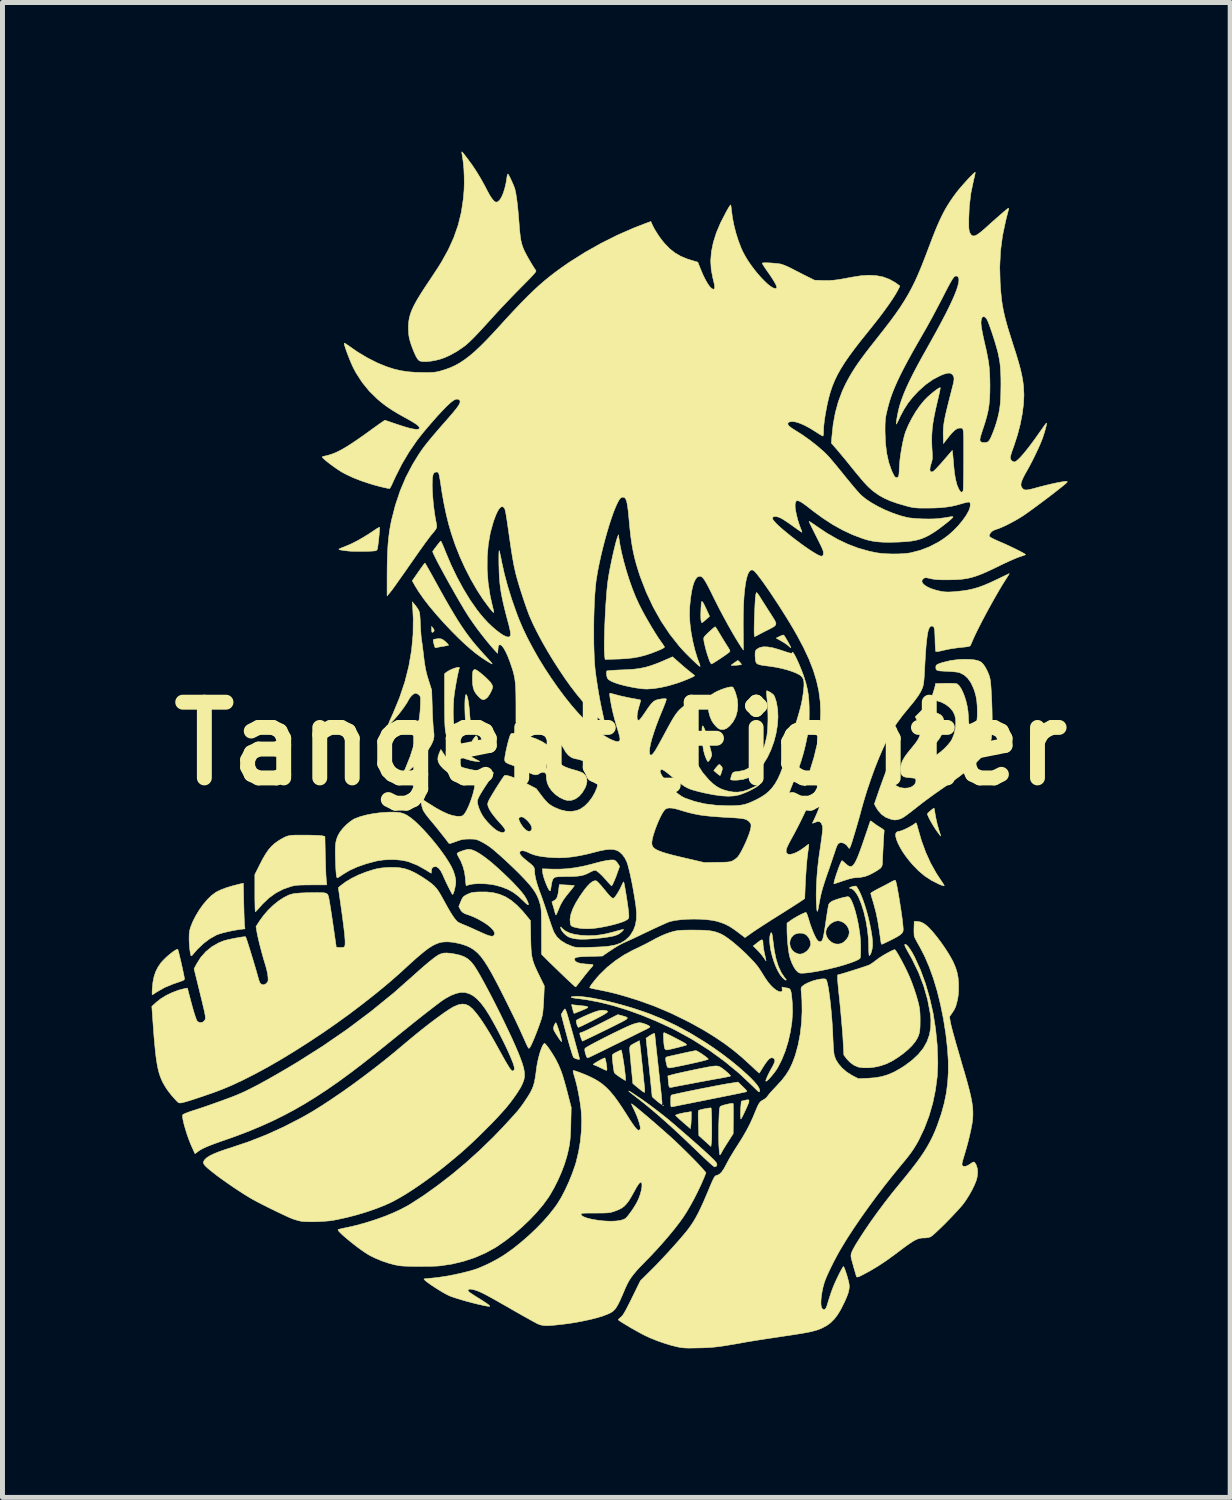
<source format=kicad_pcb>
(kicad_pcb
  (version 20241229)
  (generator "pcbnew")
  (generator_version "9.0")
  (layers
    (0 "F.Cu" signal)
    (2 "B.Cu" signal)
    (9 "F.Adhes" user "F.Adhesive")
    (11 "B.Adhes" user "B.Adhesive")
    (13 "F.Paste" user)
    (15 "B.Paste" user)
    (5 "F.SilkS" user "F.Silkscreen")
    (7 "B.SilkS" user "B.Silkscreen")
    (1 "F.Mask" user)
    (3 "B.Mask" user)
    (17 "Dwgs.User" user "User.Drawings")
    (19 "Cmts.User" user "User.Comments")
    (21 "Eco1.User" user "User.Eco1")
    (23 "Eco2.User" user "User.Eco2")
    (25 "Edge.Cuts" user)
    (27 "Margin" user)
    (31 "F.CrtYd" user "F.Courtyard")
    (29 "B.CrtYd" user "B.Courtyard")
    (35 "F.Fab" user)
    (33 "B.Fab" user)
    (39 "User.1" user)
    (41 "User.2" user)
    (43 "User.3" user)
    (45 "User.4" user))
  (footprint "Tangent_Fighter"
    (layer "F.Cu")
    (at 9.444 11.914)
    (property "Reference" "Tangent_Fighter" (at 0 0 0) (layer "F.SilkS") (effects (font (size 1.524 1.524) (thickness 0.3))))
    (attr through_hole)
    (fp_poly (pts (xy 0.856 7.279) (xy 0.849 7.286) (xy 0.842 7.279) (xy 0.849 7.272) (xy 0.856 7.279)) (stroke (width 0.01) (type solid)) (fill yes) (layer "F.SilkS"))
    (fp_poly (pts (xy -3.783 -2.328) (xy -3.764 -2.3) (xy -3.757 -2.279) (xy -3.765 -2.259) (xy -3.782 -2.243) (xy -3.799 -2.24) (xy -3.801 -2.242) (xy -3.807 -2.259) (xy -3.809 -2.293) (xy -3.81 -2.305) (xy -3.809 -2.36) (xy -3.783 -2.328)) (stroke (width 0.01) (type solid)) (fill yes) (layer "F.SilkS"))
    (fp_poly (pts (xy -2.902 -0.15) (xy -2.887 -0.126) (xy -2.877 -0.1) (xy -2.878 -0.072) (xy -2.888 -0.037) (xy -2.907 0.005) (xy -2.925 0.021) (xy -2.946 0.012) (xy -2.967 -0.013) (xy -2.996 -0.053) (xy -2.959 -0.107) (xy -2.935 -0.138) (xy -2.918 -0.157) (xy -2.913 -0.16) (xy -2.902 -0.15)) (stroke (width 0.01) (type solid)) (fill yes) (layer "F.SilkS"))
    (fp_poly (pts (xy 2.393 -1.638) (xy 2.416 -1.612) (xy 2.426 -1.595) (xy 2.425 -1.592) (xy 2.409 -1.587) (xy 2.376 -1.583) (xy 2.333 -1.579) (xy 2.289 -1.576) (xy 2.25 -1.575) (xy 2.225 -1.575) (xy 2.219 -1.577) (xy 2.229 -1.588) (xy 2.256 -1.608) (xy 2.286 -1.63) (xy 2.353 -1.676) (xy 2.393 -1.638)) (stroke (width 0.01) (type solid)) (fill yes) (layer "F.SilkS"))
    (fp_poly (pts (xy 2 0.431) (xy 2.022 0.457) (xy 2.023 0.457) (xy 2.037 0.478) (xy 2.041 0.498) (xy 2.038 0.525) (xy 2.026 0.567) (xy 2.013 0.607) (xy 2.001 0.634) (xy 1.995 0.642) (xy 1.98 0.634) (xy 1.953 0.613) (xy 1.927 0.592) (xy 1.869 0.541) (xy 1.918 0.477) (xy 1.947 0.444) (xy 1.97 0.423) (xy 1.982 0.418) (xy 2 0.431)) (stroke (width 0.01) (type solid)) (fill yes) (layer "F.SilkS"))
    (fp_poly (pts (xy 1.416 7.515) (xy 1.414 7.576) (xy 1.411 7.636) (xy 1.407 7.682) (xy 1.406 7.686) (xy 1.397 7.746) (xy 1.251 7.62) (xy 1.199 7.574) (xy 1.154 7.533) (xy 1.12 7.501) (xy 1.102 7.482) (xy 1.1 7.479) (xy 1.11 7.469) (xy 1.143 7.458) (xy 1.194 7.444) (xy 1.259 7.43) (xy 1.335 7.417) (xy 1.36 7.413) (xy 1.417 7.404) (xy 1.416 7.515)) (stroke (width 0.01) (type solid)) (fill yes) (layer "F.SilkS"))
    (fp_poly (pts (xy 3.287 -2.172) (xy 3.307 -2.141) (xy 3.332 -2.099) (xy 3.359 -2.053) (xy 3.384 -2.007) (xy 3.405 -1.967) (xy 3.418 -1.94) (xy 3.42 -1.931) (xy 3.408 -1.936) (xy 3.385 -1.956) (xy 3.375 -1.965) (xy 3.345 -1.99) (xy 3.299 -2.022) (xy 3.247 -2.054) (xy 3.23 -2.064) (xy 3.125 -2.124) (xy 3.194 -2.159) (xy 3.233 -2.176) (xy 3.263 -2.186) (xy 3.275 -2.186) (xy 3.287 -2.172)) (stroke (width 0.01) (type solid)) (fill yes) (layer "F.SilkS"))
    (fp_poly (pts (xy -2.638 0.01) (xy -2.581 0.019) (xy -2.547 0.031) (xy -2.532 0.05) (xy -2.531 0.079) (xy -2.532 0.084) (xy -2.541 0.115) (xy -2.558 0.134) (xy -2.587 0.143) (xy -2.635 0.147) (xy -2.657 0.147) (xy -2.703 0.146) (xy -2.728 0.142) (xy -2.739 0.133) (xy -2.741 0.12) (xy -2.735 0.089) (xy -2.723 0.051) (xy -2.722 0.048) (xy -2.709 0.021) (xy -2.694 0.009) (xy -2.669 0.007) (xy -2.638 0.01)) (stroke (width 0.01) (type solid)) (fill yes) (layer "F.SilkS"))
    (fp_poly (pts (xy 1.647 -2.847) (xy 1.665 -2.816) (xy 1.691 -2.765) (xy 1.719 -2.706) (xy 1.784 -2.563) (xy 1.712 -2.498) (xy 1.675 -2.466) (xy 1.646 -2.443) (xy 1.63 -2.433) (xy 1.629 -2.433) (xy 1.622 -2.445) (xy 1.613 -2.475) (xy 1.61 -2.495) (xy 1.608 -2.527) (xy 1.607 -2.574) (xy 1.608 -2.632) (xy 1.61 -2.694) (xy 1.613 -2.754) (xy 1.616 -2.806) (xy 1.62 -2.842) (xy 1.624 -2.859) (xy 1.634 -2.86) (xy 1.647 -2.847)) (stroke (width 0.01) (type solid)) (fill yes) (layer "F.SilkS"))
    (fp_poly (pts (xy -0.928 5.259) (xy -0.877 5.264) (xy -0.816 5.271) (xy -0.775 5.275) (xy -0.713 5.282) (xy -0.677 5.291) (xy -0.664 5.301) (xy -0.673 5.315) (xy -0.691 5.325) (xy -0.718 5.338) (xy -0.76 5.356) (xy -0.808 5.376) (xy -0.857 5.396) (xy -0.901 5.413) (xy -0.931 5.425) (xy -0.942 5.428) (xy -0.949 5.416) (xy -0.959 5.387) (xy -0.961 5.377) (xy -0.973 5.333) (xy -0.983 5.292) (xy -0.984 5.289) (xy -0.993 5.251) (xy -0.928 5.259)) (stroke (width 0.01) (type solid)) (fill yes) (layer "F.SilkS"))
    (fp_poly (pts (xy 2.576 7.174) (xy 2.577 7.194) (xy 2.575 7.209) (xy 2.567 7.234) (xy 2.55 7.276) (xy 2.528 7.327) (xy 2.502 7.383) (xy 2.476 7.439) (xy 2.452 7.489) (xy 2.431 7.528) (xy 2.417 7.55) (xy 2.414 7.553) (xy 2.41 7.541) (xy 2.408 7.508) (xy 2.406 7.463) (xy 2.406 7.455) (xy 2.408 7.391) (xy 2.411 7.323) (xy 2.415 7.276) (xy 2.423 7.194) (xy 2.481 7.18) (xy 2.532 7.168) (xy 2.562 7.166) (xy 2.576 7.174)) (stroke (width 0.01) (type solid)) (fill yes) (layer "F.SilkS"))
    (fp_poly (pts (xy 2.848 3.951) (xy 2.857 3.975) (xy 2.86 4.021) (xy 2.86 4.037) (xy 2.864 4.076) (xy 2.872 4.133) (xy 2.884 4.197) (xy 2.892 4.234) (xy 2.905 4.291) (xy 2.914 4.336) (xy 2.92 4.364) (xy 2.921 4.371) (xy 2.913 4.361) (xy 2.894 4.335) (xy 2.871 4.301) (xy 2.838 4.257) (xy 2.794 4.205) (xy 2.748 4.156) (xy 2.743 4.151) (xy 2.662 4.071) (xy 2.751 4.001) (xy 2.799 3.965) (xy 2.83 3.948) (xy 2.848 3.951)) (stroke (width 0.01) (type solid)) (fill yes) (layer "F.SilkS"))
    (fp_poly (pts (xy -1.301 5.627) (xy -1.287 5.659) (xy -1.27 5.707) (xy -1.251 5.763) (xy -1.232 5.824) (xy -1.216 5.883) (xy -1.202 5.935) (xy -1.194 5.974) (xy -1.193 5.996) (xy -1.194 5.997) (xy -1.203 5.99) (xy -1.223 5.964) (xy -1.25 5.926) (xy -1.259 5.912) (xy -1.302 5.847) (xy -1.331 5.799) (xy -1.349 5.764) (xy -1.356 5.736) (xy -1.355 5.711) (xy -1.348 5.685) (xy -1.344 5.673) (xy -1.328 5.639) (xy -1.315 5.618) (xy -1.31 5.615) (xy -1.301 5.627)) (stroke (width 0.01) (type solid)) (fill yes) (layer "F.SilkS"))
    (fp_poly (pts (xy -3.623 -2.11) (xy -3.579 -2.091) (xy -3.532 -2.054) (xy -3.528 -2.05) (xy -3.496 -2.018) (xy -3.475 -1.994) (xy -3.468 -1.982) (xy -3.468 -1.981) (xy -3.484 -1.976) (xy -3.519 -1.969) (xy -3.567 -1.96) (xy -3.581 -1.958) (xy -3.635 -1.949) (xy -3.681 -1.94) (xy -3.711 -1.933) (xy -3.715 -1.932) (xy -3.733 -1.931) (xy -3.745 -1.945) (xy -3.754 -1.975) (xy -3.769 -2.031) (xy -3.776 -2.067) (xy -3.776 -2.087) (xy -3.768 -2.097) (xy -3.752 -2.102) (xy -3.741 -2.104) (xy -3.675 -2.113) (xy -3.623 -2.11)) (stroke (width 0.01) (type solid)) (fill yes) (layer "F.SilkS"))
    (fp_poly (pts (xy -0.317 6.335) (xy -0.309 6.367) (xy -0.299 6.411) (xy -0.291 6.46) (xy -0.284 6.507) (xy -0.281 6.545) (xy -0.281 6.554) (xy -0.282 6.567) (xy -0.288 6.574) (xy -0.303 6.571) (xy -0.331 6.56) (xy -0.377 6.537) (xy -0.403 6.525) (xy -0.454 6.5) (xy -0.5 6.48) (xy -0.531 6.467) (xy -0.537 6.465) (xy -0.554 6.459) (xy -0.555 6.451) (xy -0.537 6.437) (xy -0.515 6.423) (xy -0.469 6.395) (xy -0.421 6.368) (xy -0.376 6.345) (xy -0.341 6.329) (xy -0.324 6.323) (xy -0.317 6.335)) (stroke (width 0.01) (type solid)) (fill yes) (layer "F.SilkS"))
    (fp_poly (pts (xy 1.813 7.33) (xy 1.817 7.346) (xy 1.82 7.385) (xy 1.823 7.441) (xy 1.825 7.511) (xy 1.827 7.59) (xy 1.828 7.674) (xy 1.828 7.758) (xy 1.828 7.838) (xy 1.827 7.909) (xy 1.826 7.967) (xy 1.823 8.008) (xy 1.823 8.014) (xy 1.811 8.106) (xy 1.69 7.996) (xy 1.568 7.886) (xy 1.559 7.637) (xy 1.556 7.541) (xy 1.555 7.468) (xy 1.556 7.419) (xy 1.56 7.39) (xy 1.565 7.379) (xy 1.586 7.371) (xy 1.624 7.361) (xy 1.672 7.35) (xy 1.722 7.341) (xy 1.767 7.333) (xy 1.8 7.329) (xy 1.813 7.33)) (stroke (width 0.01) (type solid)) (fill yes) (layer "F.SilkS"))
    (fp_poly (pts (xy 3.039 3.825) (xy 3.048 3.869) (xy 3.057 3.938) (xy 3.061 3.97) (xy 3.087 4.165) (xy 3.123 4.336) (xy 3.169 4.482) (xy 3.226 4.605) (xy 3.287 4.697) (xy 3.311 4.728) (xy 3.326 4.749) (xy 3.329 4.754) (xy 3.32 4.76) (xy 3.298 4.749) (xy 3.266 4.722) (xy 3.252 4.709) (xy 3.203 4.648) (xy 3.156 4.568) (xy 3.113 4.474) (xy 3.074 4.37) (xy 3.041 4.261) (xy 3.015 4.153) (xy 2.999 4.049) (xy 2.992 3.956) (xy 2.997 3.876) (xy 3.008 3.829) (xy 3.02 3.806) (xy 3.03 3.804) (xy 3.039 3.825)) (stroke (width 0.01) (type solid)) (fill yes) (layer "F.SilkS"))
    (fp_poly (pts (xy -3.103 -0.977) (xy -3.09 -0.941) (xy -3.077 -0.886) (xy -3.065 -0.816) (xy -3.055 -0.735) (xy -3.048 -0.662) (xy -3.043 -0.591) (xy -3.037 -0.527) (xy -3.032 -0.475) (xy -3.028 -0.443) (xy -3.027 -0.439) (xy -3.03 -0.393) (xy -3.051 -0.344) (xy -3.085 -0.303) (xy -3.103 -0.289) (xy -3.113 -0.293) (xy -3.119 -0.319) (xy -3.12 -0.324) (xy -3.123 -0.351) (xy -3.127 -0.4) (xy -3.131 -0.465) (xy -3.134 -0.541) (xy -3.137 -0.602) (xy -3.14 -0.712) (xy -3.14 -0.807) (xy -3.137 -0.885) (xy -3.132 -0.942) (xy -3.125 -0.978) (xy -3.116 -0.989) (xy -3.103 -0.977)) (stroke (width 0.01) (type solid)) (fill yes) (layer "F.SilkS"))
    (fp_poly (pts (xy 1.653 -0.353) (xy 1.668 -0.327) (xy 1.683 -0.294) (xy 1.696 -0.26) (xy 1.713 -0.206) (xy 1.733 -0.139) (xy 1.755 -0.063) (xy 1.777 0.015) (xy 1.797 0.09) (xy 1.814 0.154) (xy 1.825 0.203) (xy 1.828 0.216) (xy 1.825 0.243) (xy 1.811 0.28) (xy 1.792 0.317) (xy 1.771 0.347) (xy 1.753 0.361) (xy 1.751 0.361) (xy 1.741 0.35) (xy 1.725 0.321) (xy 1.713 0.295) (xy 1.686 0.223) (xy 1.665 0.144) (xy 1.65 0.055) (xy 1.64 -0.05) (xy 1.635 -0.15) (xy 1.632 -0.239) (xy 1.632 -0.302) (xy 1.636 -0.342) (xy 1.642 -0.358) (xy 1.653 -0.353)) (stroke (width 0.01) (type solid)) (fill yes) (layer "F.SilkS"))
    (fp_poly (pts (xy 6.305 1.313) (xy 6.312 1.348) (xy 6.32 1.399) (xy 6.329 1.449) (xy 6.344 1.528) (xy 6.364 1.615) (xy 6.386 1.696) (xy 6.395 1.727) (xy 6.412 1.781) (xy 6.426 1.824) (xy 6.433 1.852) (xy 6.434 1.858) (xy 6.425 1.848) (xy 6.404 1.822) (xy 6.375 1.783) (xy 6.364 1.768) (xy 6.328 1.716) (xy 6.29 1.657) (xy 6.253 1.595) (xy 6.22 1.535) (xy 6.193 1.482) (xy 6.174 1.44) (xy 6.167 1.415) (xy 6.167 1.411) (xy 6.18 1.395) (xy 6.205 1.371) (xy 6.236 1.344) (xy 6.267 1.319) (xy 6.291 1.302) (xy 6.301 1.298) (xy 6.305 1.313)) (stroke (width 0.01) (type solid)) (fill yes) (layer "F.SilkS"))
    (fp_poly (pts (xy 0.022 5.474) (xy 0.071 5.488) (xy 0.107 5.5) (xy 0.126 5.512) (xy 0.129 5.525) (xy 0.113 5.543) (xy 0.079 5.566) (xy 0.023 5.596) (xy -0.054 5.635) (xy -0.107 5.662) (xy -0.201 5.709) (xy -0.303 5.759) (xy -0.405 5.809) (xy -0.499 5.855) (xy -0.572 5.89) (xy -0.776 5.987) (xy -0.796 5.938) (xy -0.812 5.896) (xy -0.824 5.856) (xy -0.825 5.852) (xy -0.827 5.825) (xy -0.815 5.816) (xy -0.804 5.815) (xy -0.786 5.809) (xy -0.747 5.793) (xy -0.69 5.767) (xy -0.619 5.733) (xy -0.538 5.693) (xy -0.449 5.649) (xy -0.419 5.634) (xy -0.061 5.452) (xy 0.022 5.474)) (stroke (width 0.01) (type solid)) (fill yes) (layer "F.SilkS"))
    (fp_poly (pts (xy 0.886 5.821) (xy 0.921 5.837) (xy 0.971 5.861) (xy 1.03 5.89) (xy 1.093 5.923) (xy 1.155 5.955) (xy 1.213 5.986) (xy 1.261 6.012) (xy 1.293 6.031) (xy 1.302 6.037) (xy 1.319 6.054) (xy 1.321 6.063) (xy 1.305 6.069) (xy 1.269 6.08) (xy 1.219 6.094) (xy 1.159 6.109) (xy 1.095 6.125) (xy 1.034 6.14) (xy 0.981 6.152) (xy 0.942 6.16) (xy 0.922 6.163) (xy 0.896 6.152) (xy 0.882 6.136) (xy 0.876 6.113) (xy 0.869 6.069) (xy 0.863 6.012) (xy 0.86 5.963) (xy 0.857 5.896) (xy 0.856 5.851) (xy 0.859 5.826) (xy 0.866 5.816) (xy 0.869 5.815) (xy 0.886 5.821)) (stroke (width 0.01) (type solid)) (fill yes) (layer "F.SilkS"))
    (fp_poly (pts (xy -0.342 5.366) (xy -0.293 5.373) (xy -0.269 5.384) (xy -0.27 5.399) (xy -0.294 5.421) (xy -0.343 5.451) (xy -0.386 5.476) (xy -0.443 5.506) (xy -0.508 5.54) (xy -0.578 5.576) (xy -0.648 5.611) (xy -0.715 5.644) (xy -0.773 5.673) (xy -0.819 5.694) (xy -0.848 5.706) (xy -0.855 5.708) (xy -0.866 5.697) (xy -0.88 5.667) (xy -0.887 5.645) (xy -0.897 5.606) (xy -0.9 5.577) (xy -0.899 5.569) (xy -0.883 5.558) (xy -0.847 5.538) (xy -0.797 5.513) (xy -0.737 5.485) (xy -0.673 5.457) (xy -0.609 5.43) (xy -0.55 5.407) (xy -0.513 5.393) (xy -0.448 5.374) (xy -0.398 5.365) (xy -0.353 5.364) (xy -0.342 5.366)) (stroke (width 0.01) (type solid)) (fill yes) (layer "F.SilkS"))
    (fp_poly (pts (xy -2.929 -1.49) (xy -2.906 -1.48) (xy -2.869 -1.456) (xy -2.82 -1.418) (xy -2.766 -1.372) (xy -2.711 -1.323) (xy -2.663 -1.276) (xy -2.627 -1.237) (xy -2.62 -1.227) (xy -2.596 -1.19) (xy -2.582 -1.156) (xy -2.58 -1.144) (xy -2.588 -1.108) (xy -2.608 -1.059) (xy -2.635 -1.006) (xy -2.666 -0.957) (xy -2.695 -0.922) (xy -2.7 -0.919) (xy -2.738 -0.892) (xy -2.772 -0.884) (xy -2.807 -0.897) (xy -2.849 -0.931) (xy -2.87 -0.953) (xy -2.918 -1.009) (xy -2.951 -1.064) (xy -2.972 -1.125) (xy -2.984 -1.199) (xy -2.988 -1.291) (xy -2.988 -1.306) (xy -2.987 -1.376) (xy -2.984 -1.423) (xy -2.979 -1.454) (xy -2.971 -1.472) (xy -2.966 -1.478) (xy -2.948 -1.492) (xy -2.929 -1.49)) (stroke (width 0.01) (type solid)) (fill yes) (layer "F.SilkS"))
    (fp_poly (pts (xy -1.091 2.844) (xy -1.031 2.847) (xy -0.981 2.85) (xy -0.948 2.853) (xy -0.937 2.855) (xy -0.943 2.867) (xy -0.963 2.894) (xy -0.993 2.933) (xy -1.019 2.964) (xy -1.084 3.044) (xy -1.135 3.111) (xy -1.174 3.17) (xy -1.206 3.226) (xy -1.234 3.285) (xy -1.249 3.322) (xy -1.274 3.382) (xy -1.291 3.421) (xy -1.301 3.441) (xy -1.308 3.447) (xy -1.313 3.441) (xy -1.316 3.434) (xy -1.323 3.41) (xy -1.333 3.373) (xy -1.336 3.362) (xy -1.349 3.315) (xy -1.365 3.261) (xy -1.37 3.245) (xy -1.389 3.182) (xy -1.35 3.161) (xy -1.317 3.14) (xy -1.293 3.111) (xy -1.276 3.07) (xy -1.263 3.011) (xy -1.255 2.959) (xy -1.239 2.836) (xy -1.091 2.844)) (stroke (width 0.01) (type solid)) (fill yes) (layer "F.SilkS"))
    (fp_poly (pts (xy 2.739 -3.034) (xy 2.759 -3.01) (xy 2.777 -2.984) (xy 2.796 -2.954) (xy 2.826 -2.906) (xy 2.865 -2.844) (xy 2.911 -2.772) (xy 2.96 -2.694) (xy 2.981 -2.662) (xy 3.036 -2.577) (xy 3.077 -2.511) (xy 3.105 -2.462) (xy 3.119 -2.425) (xy 3.116 -2.395) (xy 3.097 -2.37) (xy 3.061 -2.344) (xy 3.006 -2.315) (xy 2.932 -2.277) (xy 2.889 -2.256) (xy 2.691 -2.152) (xy 2.683 -2.201) (xy 2.681 -2.228) (xy 2.681 -2.277) (xy 2.681 -2.344) (xy 2.683 -2.424) (xy 2.686 -2.512) (xy 2.689 -2.604) (xy 2.693 -2.695) (xy 2.697 -2.782) (xy 2.701 -2.858) (xy 2.705 -2.921) (xy 2.709 -2.958) (xy 2.715 -3.001) (xy 2.722 -3.031) (xy 2.727 -3.041) (xy 2.739 -3.034)) (stroke (width 0.01) (type solid)) (fill yes) (layer "F.SilkS"))
    (fp_poly (pts (xy 0.011 6.175) (xy 0.019 6.21) (xy 0.029 6.263) (xy 0.041 6.329) (xy 0.053 6.404) (xy 0.065 6.484) (xy 0.076 6.565) (xy 0.078 6.587) (xy 0.086 6.655) (xy 0.092 6.712) (xy 0.094 6.754) (xy 0.094 6.776) (xy 0.093 6.778) (xy 0.078 6.771) (xy 0.047 6.753) (xy 0.005 6.726) (xy -0.017 6.712) (xy -0.064 6.68) (xy -0.103 6.65) (xy -0.127 6.628) (xy -0.131 6.622) (xy -0.138 6.599) (xy -0.145 6.557) (xy -0.153 6.502) (xy -0.161 6.44) (xy -0.168 6.379) (xy -0.172 6.324) (xy -0.174 6.286) (xy -0.171 6.265) (xy -0.158 6.247) (xy -0.131 6.229) (xy -0.087 6.206) (xy -0.044 6.185) (xy -0.011 6.17) (xy 0.005 6.163) (xy 0.005 6.163) (xy 0.011 6.175)) (stroke (width 0.01) (type solid)) (fill yes) (layer "F.SilkS"))
    (fp_poly (pts (xy 0.38 6.026) (xy 0.383 6.05) (xy 0.388 6.097) (xy 0.396 6.162) (xy 0.405 6.243) (xy 0.414 6.334) (xy 0.425 6.433) (xy 0.436 6.534) (xy 0.446 6.635) (xy 0.456 6.731) (xy 0.465 6.819) (xy 0.473 6.894) (xy 0.477 6.935) (xy 0.48 6.978) (xy 0.478 7.008) (xy 0.473 7.018) (xy 0.457 7.01) (xy 0.427 6.99) (xy 0.394 6.965) (xy 0.35 6.93) (xy 0.307 6.895) (xy 0.284 6.876) (xy 0.24 6.838) (xy 0.215 6.577) (xy 0.206 6.487) (xy 0.198 6.398) (xy 0.19 6.317) (xy 0.184 6.249) (xy 0.18 6.205) (xy 0.176 6.151) (xy 0.177 6.113) (xy 0.187 6.086) (xy 0.21 6.064) (xy 0.249 6.041) (xy 0.296 6.016) (xy 0.372 5.976) (xy 0.38 6.026)) (stroke (width 0.01) (type solid)) (fill yes) (layer "F.SilkS"))
    (fp_poly (pts (xy -1.118 5.347) (xy -1.104 5.378) (xy -1.087 5.423) (xy -1.079 5.451) (xy -1.06 5.514) (xy -1.038 5.591) (xy -1.013 5.678) (xy -0.987 5.771) (xy -0.96 5.868) (xy -0.933 5.965) (xy -0.908 6.058) (xy -0.884 6.144) (xy -0.864 6.22) (xy -0.848 6.281) (xy -0.837 6.325) (xy -0.832 6.348) (xy -0.832 6.35) (xy -0.846 6.353) (xy -0.876 6.348) (xy -0.885 6.346) (xy -0.923 6.333) (xy -0.951 6.315) (xy -0.953 6.312) (xy -0.963 6.292) (xy -0.979 6.249) (xy -0.999 6.185) (xy -1.024 6.104) (xy -1.052 6.007) (xy -1.082 5.898) (xy -1.114 5.779) (xy -1.148 5.653) (xy -1.161 5.601) (xy -1.201 5.448) (xy -1.17 5.395) (xy -1.149 5.362) (xy -1.132 5.341) (xy -1.127 5.337) (xy -1.118 5.347)) (stroke (width 0.01) (type solid)) (fill yes) (layer "F.SilkS"))
    (fp_poly (pts (xy 2.252 -1.137) (xy 2.265 -1.118) (xy 2.283 -1.081) (xy 2.303 -1.033) (xy 2.306 -1.026) (xy 2.34 -0.904) (xy 2.352 -0.781) (xy 2.343 -0.661) (xy 2.313 -0.549) (xy 2.262 -0.449) (xy 2.246 -0.426) (xy 2.184 -0.353) (xy 2.125 -0.306) (xy 2.067 -0.284) (xy 2.01 -0.286) (xy 1.983 -0.294) (xy 1.945 -0.318) (xy 1.902 -0.36) (xy 1.86 -0.411) (xy 1.827 -0.464) (xy 1.826 -0.466) (xy 1.792 -0.547) (xy 1.768 -0.637) (xy 1.754 -0.727) (xy 1.751 -0.812) (xy 1.76 -0.885) (xy 1.77 -0.914) (xy 1.793 -0.952) (xy 1.827 -0.988) (xy 1.834 -0.994) (xy 1.882 -1.025) (xy 1.942 -1.056) (xy 2.008 -1.084) (xy 2.075 -1.109) (xy 2.139 -1.128) (xy 2.194 -1.14) (xy 2.234 -1.142) (xy 2.252 -1.137)) (stroke (width 0.01) (type solid)) (fill yes) (layer "F.SilkS"))
    (fp_poly (pts (xy -4.856 -4.353) (xy -4.855 -4.338) (xy -4.857 -4.302) (xy -4.861 -4.25) (xy -4.866 -4.188) (xy -4.873 -4.121) (xy -4.88 -4.055) (xy -4.888 -3.996) (xy -4.894 -3.947) (xy -4.9 -3.916) (xy -4.902 -3.909) (xy -4.919 -3.89) (xy -4.931 -3.883) (xy -4.954 -3.879) (xy -4.999 -3.875) (xy -5.06 -3.872) (xy -5.133 -3.87) (xy -5.211 -3.869) (xy -5.291 -3.869) (xy -5.366 -3.87) (xy -5.431 -3.872) (xy -5.482 -3.876) (xy -5.492 -3.877) (xy -5.575 -3.887) (xy -5.632 -3.896) (xy -5.665 -3.904) (xy -5.675 -3.912) (xy -5.673 -3.915) (xy -5.656 -3.925) (xy -5.62 -3.94) (xy -5.573 -3.959) (xy -5.561 -3.963) (xy -5.416 -4.025) (xy -5.261 -4.106) (xy -5.101 -4.201) (xy -4.949 -4.302) (xy -4.908 -4.329) (xy -4.876 -4.347) (xy -4.858 -4.353) (xy -4.856 -4.353)) (stroke (width 0.01) (type solid)) (fill yes) (layer "F.SilkS"))
    (fp_poly (pts (xy -1.196 3.7) (xy -1.177 3.721) (xy -1.118 3.769) (xy -1.037 3.808) (xy -0.935 3.837) (xy -0.814 3.855) (xy -0.677 3.863) (xy -0.649 3.863) (xy -0.532 3.86) (xy -0.42 3.848) (xy -0.302 3.827) (xy -0.172 3.795) (xy -0.113 3.778) (xy -0.052 3.761) (xy -0.000219 3.748) (xy 0.036 3.74) (xy 0.053 3.738) (xy 0.053 3.739) (xy 0.048 3.751) (xy 0.027 3.774) (xy 0.003 3.796) (xy -0.033 3.824) (xy -0.076 3.846) (xy -0.129 3.865) (xy -0.198 3.881) (xy -0.285 3.895) (xy -0.389 3.909) (xy -0.555 3.925) (xy -0.697 3.934) (xy -0.815 3.935) (xy -0.89 3.93) (xy -0.949 3.921) (xy -1.006 3.907) (xy -1.044 3.894) (xy -1.097 3.862) (xy -1.147 3.816) (xy -1.187 3.766) (xy -1.204 3.734) (xy -1.215 3.7) (xy -1.213 3.688) (xy -1.196 3.7)) (stroke (width 0.01) (type solid)) (fill yes) (layer "F.SilkS"))
    (fp_poly (pts (xy 1.528 6.183) (xy 1.562 6.202) (xy 1.605 6.228) (xy 1.651 6.259) (xy 1.694 6.29) (xy 1.73 6.318) (xy 1.753 6.339) (xy 1.758 6.35) (xy 1.743 6.357) (xy 1.705 6.368) (xy 1.65 6.383) (xy 1.58 6.4) (xy 1.499 6.419) (xy 1.412 6.438) (xy 1.323 6.458) (xy 1.236 6.476) (xy 1.154 6.493) (xy 1.082 6.507) (xy 1.024 6.517) (xy 0.983 6.523) (xy 0.969 6.524) (xy 0.946 6.518) (xy 0.931 6.498) (xy 0.924 6.474) (xy 0.907 6.402) (xy 0.9 6.353) (xy 0.902 6.322) (xy 0.914 6.307) (xy 0.918 6.305) (xy 0.946 6.297) (xy 0.993 6.286) (xy 1.055 6.272) (xy 1.127 6.256) (xy 1.203 6.239) (xy 1.281 6.222) (xy 1.354 6.206) (xy 1.418 6.193) (xy 1.468 6.183) (xy 1.499 6.177) (xy 1.507 6.176) (xy 1.528 6.183)) (stroke (width 0.01) (type solid)) (fill yes) (layer "F.SilkS"))
    (fp_poly (pts (xy 1.907 -2.341) (xy 1.927 -2.312) (xy 1.954 -2.268) (xy 1.985 -2.216) (xy 2.026 -2.148) (xy 2.071 -2.074) (xy 2.113 -2.007) (xy 2.135 -1.972) (xy 2.167 -1.922) (xy 2.186 -1.889) (xy 2.194 -1.868) (xy 2.192 -1.855) (xy 2.182 -1.843) (xy 2.182 -1.843) (xy 2.159 -1.824) (xy 2.121 -1.796) (xy 2.073 -1.762) (xy 2.018 -1.725) (xy 1.962 -1.688) (xy 1.91 -1.654) (xy 1.866 -1.627) (xy 1.836 -1.609) (xy 1.823 -1.604) (xy 1.81 -1.616) (xy 1.793 -1.645) (xy 1.78 -1.675) (xy 1.741 -1.789) (xy 1.706 -1.909) (xy 1.679 -2.022) (xy 1.678 -2.024) (xy 1.669 -2.078) (xy 1.666 -2.115) (xy 1.672 -2.14) (xy 1.675 -2.147) (xy 1.69 -2.165) (xy 1.718 -2.195) (xy 1.755 -2.231) (xy 1.797 -2.269) (xy 1.837 -2.305) (xy 1.87 -2.334) (xy 1.893 -2.35) (xy 1.898 -2.352) (xy 1.907 -2.341)) (stroke (width 0.01) (type solid)) (fill yes) (layer "F.SilkS"))
    (fp_poly (pts (xy 2.258 7.24) (xy 2.26 7.255) (xy 2.261 7.292) (xy 2.262 7.349) (xy 2.263 7.421) (xy 2.262 7.504) (xy 2.262 7.548) (xy 2.259 7.849) (xy 2.153 8.015) (xy 2.113 8.078) (xy 2.077 8.137) (xy 2.047 8.186) (xy 2.028 8.221) (xy 2.025 8.228) (xy 2.008 8.258) (xy 1.994 8.274) (xy 1.992 8.275) (xy 1.987 8.262) (xy 1.982 8.228) (xy 1.977 8.177) (xy 1.973 8.113) (xy 1.971 8.091) (xy 1.969 8.019) (xy 1.967 7.928) (xy 1.967 7.826) (xy 1.968 7.72) (xy 1.97 7.619) (xy 1.971 7.613) (xy 1.974 7.516) (xy 1.977 7.442) (xy 1.98 7.388) (xy 1.984 7.351) (xy 1.989 7.326) (xy 1.995 7.31) (xy 2.003 7.3) (xy 2.005 7.298) (xy 2.027 7.287) (xy 2.065 7.274) (xy 2.114 7.261) (xy 2.164 7.25) (xy 2.21 7.241) (xy 2.244 7.238) (xy 2.258 7.24)) (stroke (width 0.01) (type solid)) (fill yes) (layer "F.SilkS"))
    (fp_poly (pts (xy 4.731 2.867) (xy 4.732 2.867) (xy 4.745 2.882) (xy 4.765 2.913) (xy 4.784 2.945) (xy 4.824 3.027) (xy 4.865 3.129) (xy 4.905 3.245) (xy 4.944 3.372) (xy 4.979 3.503) (xy 5.009 3.635) (xy 5.034 3.762) (xy 5.053 3.879) (xy 5.063 3.982) (xy 5.064 4.066) (xy 5.063 4.07) (xy 5.056 4.126) (xy 5.044 4.179) (xy 5.028 4.224) (xy 5.011 4.255) (xy 4.997 4.265) (xy 4.993 4.252) (xy 4.99 4.218) (xy 4.987 4.167) (xy 4.986 4.105) (xy 4.986 4.1) (xy 4.98 3.922) (xy 4.96 3.739) (xy 4.929 3.558) (xy 4.888 3.384) (xy 4.838 3.224) (xy 4.783 3.091) (xy 4.748 3.027) (xy 4.71 2.974) (xy 4.671 2.935) (xy 4.637 2.916) (xy 4.627 2.914) (xy 4.605 2.91) (xy 4.599 2.903) (xy 4.61 2.893) (xy 4.639 2.882) (xy 4.675 2.872) (xy 4.709 2.866) (xy 4.731 2.867)) (stroke (width 0.01) (type solid)) (fill yes) (layer "F.SilkS"))
    (fp_poly (pts (xy -8.917 4.139) (xy -8.911 4.155) (xy -8.9 4.193) (xy -8.887 4.247) (xy -8.871 4.314) (xy -8.853 4.388) (xy -8.836 4.465) (xy -8.819 4.54) (xy -8.805 4.609) (xy -8.793 4.666) (xy -8.785 4.708) (xy -8.783 4.729) (xy -8.784 4.74) (xy -8.787 4.749) (xy -8.798 4.758) (xy -8.819 4.768) (xy -8.854 4.782) (xy -8.906 4.8) (xy -8.979 4.825) (xy -9.004 4.833) (xy -9.177 4.904) (xy -9.334 4.993) (xy -9.347 5.002) (xy -9.386 5.027) (xy -9.416 5.046) (xy -9.43 5.053) (xy -9.431 5.053) (xy -9.433 5.041) (xy -9.433 5.008) (xy -9.432 4.96) (xy -9.43 4.93) (xy -9.417 4.798) (xy -9.394 4.686) (xy -9.361 4.587) (xy -9.314 4.496) (xy -9.26 4.416) (xy -9.223 4.373) (xy -9.176 4.325) (xy -9.125 4.277) (xy -9.071 4.232) (xy -9.02 4.192) (xy -8.975 4.161) (xy -8.94 4.142) (xy -8.919 4.138) (xy -8.917 4.139)) (stroke (width 0.01) (type solid)) (fill yes) (layer "F.SilkS"))
    (fp_poly (pts (xy 5.945 1.602) (xy 5.955 1.629) (xy 5.969 1.676) (xy 5.975 1.702) (xy 6.047 1.95) (xy 6.133 2.186) (xy 6.233 2.406) (xy 6.345 2.606) (xy 6.393 2.68) (xy 6.438 2.747) (xy 6.47 2.795) (xy 6.491 2.828) (xy 6.502 2.847) (xy 6.506 2.857) (xy 6.503 2.86) (xy 6.497 2.86) (xy 6.494 2.86) (xy 6.474 2.855) (xy 6.437 2.842) (xy 6.392 2.823) (xy 6.39 2.822) (xy 6.249 2.751) (xy 6.117 2.665) (xy 5.992 2.56) (xy 5.869 2.434) (xy 5.8 2.353) (xy 5.73 2.262) (xy 5.668 2.172) (xy 5.616 2.083) (xy 5.574 2.001) (xy 5.545 1.926) (xy 5.529 1.864) (xy 5.528 1.816) (xy 5.541 1.787) (xy 5.569 1.769) (xy 5.588 1.765) (xy 5.624 1.758) (xy 5.675 1.74) (xy 5.735 1.713) (xy 5.797 1.682) (xy 5.855 1.649) (xy 5.903 1.618) (xy 5.927 1.598) (xy 5.936 1.593) (xy 5.945 1.602)) (stroke (width 0.01) (type solid)) (fill yes) (layer "F.SilkS"))
    (fp_poly (pts (xy 0.181 7) (xy 0.224 7.026) (xy 0.287 7.068) (xy 0.37 7.124) (xy 0.372 7.125) (xy 0.508 7.22) (xy 0.653 7.327) (xy 0.799 7.439) (xy 0.939 7.55) (xy 1.063 7.655) (xy 1.064 7.655) (xy 1.226 7.796) (xy 1.369 7.92) (xy 1.493 8.029) (xy 1.6 8.124) (xy 1.69 8.205) (xy 1.764 8.273) (xy 1.822 8.329) (xy 1.868 8.373) (xy 1.9 8.408) (xy 1.919 8.433) (xy 1.925 8.442) (xy 1.933 8.477) (xy 1.919 8.504) (xy 1.887 8.516) (xy 1.884 8.516) (xy 1.869 8.507) (xy 1.837 8.481) (xy 1.792 8.442) (xy 1.735 8.39) (xy 1.669 8.329) (xy 1.597 8.26) (xy 1.569 8.233) (xy 1.373 8.045) (xy 1.194 7.875) (xy 1.027 7.721) (xy 0.871 7.581) (xy 0.724 7.452) (xy 0.582 7.332) (xy 0.445 7.22) (xy 0.308 7.113) (xy 0.281 7.092) (xy 0.218 7.043) (xy 0.177 7.01) (xy 0.157 6.991) (xy 0.159 6.988) (xy 0.181 7)) (stroke (width 0.01) (type solid)) (fill yes) (layer "F.SilkS"))
    (fp_poly (pts (xy 2.452 6.902) (xy 2.495 6.944) (xy 2.52 6.972) (xy 2.531 6.989) (xy 2.53 6.999) (xy 2.519 7.006) (xy 2.518 7.006) (xy 2.5 7.01) (xy 2.458 7.019) (xy 2.395 7.033) (xy 2.313 7.05) (xy 2.215 7.07) (xy 2.104 7.092) (xy 1.981 7.117) (xy 1.849 7.143) (xy 1.776 7.158) (xy 1.641 7.185) (xy 1.513 7.21) (xy 1.395 7.234) (xy 1.289 7.255) (xy 1.198 7.273) (xy 1.125 7.288) (xy 1.071 7.299) (xy 1.039 7.305) (xy 1.033 7.306) (xy 1.018 7.308) (xy 1.01 7.303) (xy 1.005 7.287) (xy 1.003 7.254) (xy 1.003 7.199) (xy 1.003 7.193) (xy 1.003 7.135) (xy 1.005 7.1) (xy 1.01 7.079) (xy 1.02 7.07) (xy 1.033 7.066) (xy 1.142 7.041) (xy 1.267 7.014) (xy 1.403 6.986) (xy 1.545 6.957) (xy 1.687 6.929) (xy 1.825 6.902) (xy 1.954 6.877) (xy 2.069 6.856) (xy 2.165 6.839) (xy 2.198 6.834) (xy 2.357 6.809) (xy 2.452 6.902)) (stroke (width 0.01) (type solid)) (fill yes) (layer "F.SilkS"))
    (fp_poly (pts (xy -7.589 3.205) (xy -7.586 3.309) (xy -7.584 3.407) (xy -7.581 3.495) (xy -7.578 3.569) (xy -7.575 3.625) (xy -7.572 3.66) (xy -7.572 3.664) (xy -7.564 3.726) (xy -7.642 3.735) (xy -7.725 3.747) (xy -7.816 3.763) (xy -7.908 3.783) (xy -7.995 3.804) (xy -8.069 3.825) (xy -8.126 3.845) (xy -8.137 3.849) (xy -8.273 3.925) (xy -8.404 4.024) (xy -8.527 4.142) (xy -8.598 4.224) (xy -8.625 4.257) (xy -8.641 4.27) (xy -8.65 4.267) (xy -8.654 4.258) (xy -8.665 4.209) (xy -8.675 4.141) (xy -8.683 4.061) (xy -8.688 3.978) (xy -8.689 3.913) (xy -8.687 3.831) (xy -8.679 3.766) (xy -8.664 3.707) (xy -8.662 3.701) (xy -8.615 3.581) (xy -8.553 3.461) (xy -8.482 3.343) (xy -8.403 3.233) (xy -8.32 3.136) (xy -8.237 3.054) (xy -8.155 2.994) (xy -8.141 2.985) (xy -8.055 2.943) (xy -7.949 2.902) (xy -7.822 2.863) (xy -7.672 2.825) (xy -7.632 2.816) (xy -7.597 2.808) (xy -7.589 3.205)) (stroke (width 0.01) (type solid)) (fill yes) (layer "F.SilkS"))
    (fp_poly (pts (xy 0.412 5.619) (xy 0.456 5.631) (xy 0.503 5.648) (xy 0.544 5.666) (xy 0.574 5.684) (xy 0.585 5.698) (xy 0.585 5.699) (xy 0.571 5.712) (xy 0.54 5.731) (xy 0.501 5.751) (xy 0.472 5.765) (xy 0.422 5.789) (xy 0.354 5.823) (xy 0.271 5.864) (xy 0.176 5.911) (xy 0.071 5.963) (xy -0.041 6.019) (xy -0.117 6.056) (xy -0.229 6.111) (xy -0.333 6.163) (xy -0.428 6.209) (xy -0.51 6.249) (xy -0.578 6.282) (xy -0.629 6.306) (xy -0.66 6.32) (xy -0.669 6.323) (xy -0.683 6.312) (xy -0.695 6.292) (xy -0.719 6.218) (xy -0.728 6.165) (xy -0.723 6.133) (xy -0.72 6.129) (xy -0.696 6.112) (xy -0.652 6.086) (xy -0.59 6.051) (xy -0.515 6.011) (xy -0.428 5.966) (xy -0.335 5.918) (xy -0.237 5.869) (xy -0.139 5.82) (xy -0.043 5.774) (xy 0.046 5.731) (xy 0.126 5.694) (xy 0.193 5.665) (xy 0.23 5.65) (xy 0.284 5.632) (xy 0.337 5.619) (xy 0.375 5.615) (xy 0.412 5.619)) (stroke (width 0.01) (type solid)) (fill yes) (layer "F.SilkS"))
    (fp_poly (pts (xy 1.952 6.489) (xy 1.986 6.501) (xy 1.999 6.507) (xy 2.03 6.527) (xy 2.069 6.556) (xy 2.11 6.589) (xy 2.15 6.624) (xy 2.182 6.655) (xy 2.202 6.678) (xy 2.205 6.689) (xy 2.19 6.694) (xy 2.153 6.702) (xy 2.099 6.713) (xy 2.031 6.726) (xy 1.965 6.738) (xy 1.9 6.749) (xy 1.819 6.764) (xy 1.727 6.781) (xy 1.627 6.799) (xy 1.523 6.819) (xy 1.418 6.839) (xy 1.317 6.858) (xy 1.224 6.875) (xy 1.142 6.891) (xy 1.076 6.904) (xy 1.029 6.913) (xy 1.007 6.918) (xy 0.98 6.915) (xy 0.97 6.901) (xy 0.964 6.877) (xy 0.958 6.835) (xy 0.953 6.784) (xy 0.953 6.782) (xy 0.945 6.686) (xy 1.017 6.665) (xy 1.064 6.653) (xy 1.129 6.637) (xy 1.21 6.619) (xy 1.301 6.599) (xy 1.399 6.578) (xy 1.498 6.557) (xy 1.594 6.537) (xy 1.682 6.52) (xy 1.759 6.505) (xy 1.818 6.495) (xy 1.857 6.489) (xy 1.859 6.489) (xy 1.913 6.485) (xy 1.952 6.489)) (stroke (width 0.01) (type solid)) (fill yes) (layer "F.SilkS"))
    (fp_poly (pts (xy -3.936 -3.624) (xy -3.917 -3.592) (xy -3.888 -3.542) (xy -3.851 -3.477) (xy -3.808 -3.4) (xy -3.76 -3.313) (xy -3.73 -3.258) (xy -3.622 -3.063) (xy -3.525 -2.89) (xy -3.436 -2.736) (xy -3.354 -2.598) (xy -3.278 -2.474) (xy -3.205 -2.362) (xy -3.135 -2.259) (xy -3.064 -2.162) (xy -2.993 -2.07) (xy -2.918 -1.979) (xy -2.838 -1.888) (xy -2.753 -1.793) (xy -2.716 -1.753) (xy -2.669 -1.702) (xy -2.63 -1.658) (xy -2.603 -1.625) (xy -2.59 -1.607) (xy -2.589 -1.604) (xy -2.606 -1.611) (xy -2.638 -1.628) (xy -2.681 -1.653) (xy -2.695 -1.662) (xy -2.804 -1.733) (xy -2.912 -1.811) (xy -3.021 -1.9) (xy -3.136 -2.001) (xy -3.26 -2.118) (xy -3.396 -2.254) (xy -3.396 -2.254) (xy -3.562 -2.429) (xy -3.713 -2.598) (xy -3.85 -2.761) (xy -3.969 -2.915) (xy -4.069 -3.058) (xy -4.142 -3.176) (xy -4.199 -3.277) (xy -4.075 -3.456) (xy -4.033 -3.516) (xy -3.996 -3.567) (xy -3.967 -3.607) (xy -3.949 -3.63) (xy -3.944 -3.635) (xy -3.936 -3.624)) (stroke (width 0.01) (type solid)) (fill yes) (layer "F.SilkS"))
    (fp_poly (pts (xy -2.999 2.136) (xy -2.925 2.166) (xy -2.837 2.217) (xy -2.735 2.288) (xy -2.618 2.38) (xy -2.487 2.494) (xy -2.341 2.629) (xy -2.267 2.7) (xy -2.157 2.81) (xy -2.067 2.906) (xy -1.995 2.989) (xy -1.94 3.062) (xy -1.901 3.127) (xy -1.897 3.136) (xy -1.871 3.193) (xy -1.86 3.229) (xy -1.864 3.243) (xy -1.884 3.235) (xy -1.919 3.206) (xy -1.965 3.161) (xy -2.068 3.065) (xy -2.171 2.989) (xy -2.279 2.93) (xy -2.4 2.883) (xy -2.529 2.847) (xy -2.611 2.832) (xy -2.703 2.822) (xy -2.8 2.817) (xy -2.893 2.818) (xy -2.975 2.824) (xy -3.041 2.835) (xy -3.051 2.838) (xy -3.114 2.858) (xy -3.12 2.816) (xy -3.125 2.781) (xy -3.129 2.731) (xy -3.133 2.679) (xy -3.148 2.579) (xy -3.178 2.472) (xy -3.218 2.369) (xy -3.257 2.296) (xy -3.279 2.256) (xy -3.294 2.224) (xy -3.296 2.207) (xy -3.277 2.193) (xy -3.24 2.175) (xy -3.191 2.157) (xy -3.14 2.141) (xy -3.093 2.13) (xy -3.06 2.126) (xy -2.999 2.136)) (stroke (width 0.01) (type solid)) (fill yes) (layer "F.SilkS"))
    (fp_poly (pts (xy 1.191 -1.614) (xy 1.251 -1.562) (xy 1.311 -1.511) (xy 1.364 -1.467) (xy 1.405 -1.434) (xy 1.414 -1.427) (xy 1.449 -1.399) (xy 1.475 -1.378) (xy 1.484 -1.368) (xy 1.472 -1.358) (xy 1.44 -1.34) (xy 1.391 -1.318) (xy 1.332 -1.293) (xy 1.265 -1.266) (xy 1.196 -1.24) (xy 1.13 -1.217) (xy 1.124 -1.215) (xy 0.954 -1.165) (xy 0.795 -1.129) (xy 0.649 -1.107) (xy 0.519 -1.099) (xy 0.428 -1.104) (xy 0.3 -1.122) (xy 0.177 -1.145) (xy 0.064 -1.17) (xy -0.039 -1.198) (xy -0.126 -1.227) (xy -0.196 -1.257) (xy -0.244 -1.286) (xy -0.268 -1.311) (xy -0.281 -1.346) (xy -0.289 -1.388) (xy -0.291 -1.428) (xy -0.286 -1.457) (xy -0.281 -1.464) (xy -0.263 -1.467) (xy -0.222 -1.471) (xy -0.164 -1.476) (xy -0.09 -1.48) (xy -0.007 -1.484) (xy 0.032 -1.485) (xy 0.168 -1.492) (xy 0.285 -1.501) (xy 0.39 -1.516) (xy 0.489 -1.536) (xy 0.589 -1.565) (xy 0.695 -1.602) (xy 0.815 -1.65) (xy 0.904 -1.689) (xy 1.039 -1.748) (xy 1.191 -1.614)) (stroke (width 0.01) (type solid)) (fill yes) (layer "F.SilkS"))
    (fp_poly (pts (xy 0.677 5.832) (xy 0.682 5.847) (xy 0.682 5.847) (xy 0.683 5.864) (xy 0.687 5.904) (xy 0.694 5.966) (xy 0.702 6.046) (xy 0.712 6.141) (xy 0.724 6.249) (xy 0.737 6.368) (xy 0.748 6.465) (xy 0.766 6.63) (xy 0.781 6.771) (xy 0.794 6.889) (xy 0.805 6.986) (xy 0.813 7.064) (xy 0.819 7.126) (xy 0.823 7.173) (xy 0.826 7.208) (xy 0.827 7.232) (xy 0.827 7.247) (xy 0.826 7.255) (xy 0.823 7.258) (xy 0.821 7.259) (xy 0.806 7.251) (xy 0.775 7.229) (xy 0.736 7.199) (xy 0.719 7.184) (xy 0.678 7.15) (xy 0.647 7.122) (xy 0.63 7.103) (xy 0.628 7.1) (xy 0.627 7.085) (xy 0.623 7.046) (xy 0.617 6.986) (xy 0.609 6.909) (xy 0.6 6.817) (xy 0.589 6.713) (xy 0.577 6.601) (xy 0.575 6.583) (xy 0.563 6.466) (xy 0.551 6.354) (xy 0.54 6.252) (xy 0.531 6.162) (xy 0.523 6.088) (xy 0.517 6.034) (xy 0.514 6.002) (xy 0.514 6.001) (xy 0.506 5.926) (xy 0.579 5.877) (xy 0.629 5.847) (xy 0.66 5.832) (xy 0.677 5.832)) (stroke (width 0.01) (type solid)) (fill yes) (layer "F.SilkS"))
    (fp_poly (pts (xy -0.798 5.089) (xy -0.687 5.102) (xy -0.56 5.122) (xy -0.42 5.15) (xy -0.269 5.183) (xy -0.112 5.222) (xy 0.049 5.266) (xy 0.211 5.313) (xy 0.371 5.365) (xy 0.526 5.419) (xy 0.564 5.432) (xy 0.844 5.546) (xy 1.122 5.678) (xy 1.404 5.831) (xy 1.684 6.002) (xy 1.868 6.124) (xy 2.051 6.255) (xy 2.229 6.392) (xy 2.395 6.529) (xy 2.544 6.663) (xy 2.605 6.721) (xy 2.679 6.797) (xy 2.733 6.86) (xy 2.769 6.911) (xy 2.788 6.953) (xy 2.792 6.987) (xy 2.789 7.001) (xy 2.783 7.007) (xy 2.772 7.003) (xy 2.751 6.987) (xy 2.719 6.956) (xy 2.671 6.909) (xy 2.653 6.891) (xy 2.378 6.632) (xy 2.081 6.388) (xy 1.768 6.161) (xy 1.44 5.953) (xy 1.102 5.767) (xy 0.996 5.714) (xy 0.703 5.58) (xy 0.411 5.46) (xy 0.124 5.357) (xy -0.155 5.271) (xy -0.425 5.203) (xy -0.682 5.154) (xy -0.836 5.133) (xy -0.916 5.123) (xy -0.97 5.114) (xy -0.999 5.106) (xy -1.002 5.099) (xy -0.982 5.092) (xy -0.961 5.088) (xy -0.891 5.084) (xy -0.798 5.089)) (stroke (width 0.01) (type solid)) (fill yes) (layer "F.SilkS"))
    (fp_poly (pts (xy 5.524 2.751) (xy 5.531 2.77) (xy 5.542 2.811) (xy 5.555 2.871) (xy 5.569 2.947) (xy 5.585 3.035) (xy 5.601 3.131) (xy 5.617 3.231) (xy 5.633 3.332) (xy 5.647 3.43) (xy 5.66 3.521) (xy 5.669 3.602) (xy 5.676 3.669) (xy 5.676 3.67) (xy 5.68 3.724) (xy 5.68 3.759) (xy 5.674 3.783) (xy 5.662 3.804) (xy 5.649 3.82) (xy 5.616 3.849) (xy 5.559 3.885) (xy 5.481 3.927) (xy 5.435 3.95) (xy 5.372 3.981) (xy 5.318 4.007) (xy 5.277 4.026) (xy 5.253 4.036) (xy 5.249 4.037) (xy 5.24 4.026) (xy 5.235 4.007) (xy 5.231 3.984) (xy 5.224 3.94) (xy 5.216 3.879) (xy 5.206 3.808) (xy 5.2 3.765) (xy 5.169 3.57) (xy 5.131 3.388) (xy 5.082 3.205) (xy 5.066 3.153) (xy 5.049 3.098) (xy 5.036 3.051) (xy 5.028 3.019) (xy 5.027 3.01) (xy 5.038 2.999) (xy 5.069 2.979) (xy 5.116 2.952) (xy 5.174 2.921) (xy 5.197 2.909) (xy 5.266 2.874) (xy 5.334 2.839) (xy 5.392 2.808) (xy 5.435 2.784) (xy 5.44 2.781) (xy 5.484 2.759) (xy 5.514 2.749) (xy 5.524 2.751)) (stroke (width 0.01) (type solid)) (fill yes) (layer "F.SilkS"))
    (fp_poly (pts (xy -3.25 -1.532) (xy -3.252 -1.52) (xy -3.261 -1.489) (xy -3.273 -1.438) (xy -3.288 -1.37) (xy -3.303 -1.292) (xy -3.318 -1.209) (xy -3.332 -1.126) (xy -3.345 -1.049) (xy -3.351 -1.009) (xy -3.362 -0.911) (xy -3.369 -0.804) (xy -3.374 -0.695) (xy -3.374 -0.59) (xy -3.371 -0.496) (xy -3.364 -0.418) (xy -3.358 -0.381) (xy -3.307 -0.198) (xy -3.238 -0.035) (xy -3.15 0.111) (xy -3.136 0.13) (xy -3.067 0.21) (xy -2.996 0.272) (xy -2.914 0.32) (xy -2.899 0.327) (xy -2.86 0.346) (xy -2.843 0.356) (xy -2.847 0.36) (xy -2.868 0.36) (xy -2.874 0.36) (xy -2.912 0.356) (xy -2.963 0.349) (xy -3.015 0.339) (xy -3.137 0.303) (xy -3.239 0.253) (xy -3.324 0.184) (xy -3.393 0.096) (xy -3.437 0.019) (xy -3.462 -0.034) (xy -3.484 -0.082) (xy -3.501 -0.127) (xy -3.515 -0.173) (xy -3.526 -0.223) (xy -3.534 -0.278) (xy -3.54 -0.344) (xy -3.544 -0.422) (xy -3.546 -0.516) (xy -3.548 -0.629) (xy -3.548 -0.764) (xy -3.549 -0.853) (xy -3.549 -1.406) (xy -3.516 -1.434) (xy -3.47 -1.464) (xy -3.411 -1.494) (xy -3.348 -1.519) (xy -3.295 -1.533) (xy -3.294 -1.534) (xy -3.262 -1.537) (xy -3.25 -1.532)) (stroke (width 0.01) (type solid)) (fill yes) (layer "F.SilkS"))
    (fp_poly (pts (xy -6.402 1.84) (xy -6.357 1.84) (xy -6.267 1.841) (xy -6.184 1.843) (xy -6.111 1.846) (xy -6.053 1.849) (xy -6.016 1.853) (xy -6.009 1.854) (xy -5.956 1.866) (xy -5.948 2.246) (xy -5.945 2.351) (xy -5.942 2.453) (xy -5.939 2.546) (xy -5.936 2.628) (xy -5.932 2.692) (xy -5.929 2.734) (xy -5.929 2.734) (xy -5.919 2.841) (xy -6.225 2.842) (xy -6.327 2.843) (xy -6.407 2.844) (xy -6.469 2.846) (xy -6.519 2.85) (xy -6.56 2.855) (xy -6.597 2.862) (xy -6.635 2.872) (xy -6.637 2.872) (xy -6.797 2.928) (xy -6.945 3.005) (xy -7.082 3.104) (xy -7.212 3.228) (xy -7.265 3.288) (xy -7.301 3.329) (xy -7.331 3.361) (xy -7.351 3.38) (xy -7.356 3.382) (xy -7.358 3.369) (xy -7.361 3.333) (xy -7.363 3.277) (xy -7.364 3.204) (xy -7.366 3.118) (xy -7.366 3.023) (xy -7.366 3.008) (xy -7.366 2.633) (xy -7.271 2.443) (xy -7.208 2.321) (xy -7.149 2.22) (xy -7.093 2.138) (xy -7.035 2.07) (xy -6.973 2.012) (xy -6.904 1.962) (xy -6.851 1.929) (xy -6.801 1.901) (xy -6.759 1.879) (xy -6.719 1.863) (xy -6.678 1.852) (xy -6.63 1.845) (xy -6.571 1.841) (xy -6.497 1.84) (xy -6.402 1.84)) (stroke (width 0.01) (type solid)) (fill yes) (layer "F.SilkS"))
    (fp_poly (pts (xy -0.044 -4.164) (xy -0.021 -4.013) (xy 0.013 -3.845) (xy 0.057 -3.666) (xy 0.109 -3.481) (xy 0.167 -3.297) (xy 0.23 -3.119) (xy 0.296 -2.953) (xy 0.363 -2.806) (xy 0.369 -2.795) (xy 0.424 -2.686) (xy 0.488 -2.569) (xy 0.556 -2.45) (xy 0.625 -2.333) (xy 0.692 -2.224) (xy 0.753 -2.128) (xy 0.802 -2.058) (xy 0.834 -2.013) (xy 0.859 -1.975) (xy 0.875 -1.951) (xy 0.877 -1.946) (xy 0.868 -1.932) (xy 0.835 -1.912) (xy 0.775 -1.884) (xy 0.753 -1.875) (xy 0.616 -1.821) (xy 0.491 -1.78) (xy 0.372 -1.749) (xy 0.25 -1.727) (xy 0.118 -1.712) (xy -0.031 -1.703) (xy -0.076 -1.702) (xy -0.318 -1.694) (xy -0.328 -1.773) (xy -0.332 -1.828) (xy -0.335 -1.906) (xy -0.335 -2.003) (xy -0.333 -2.117) (xy -0.33 -2.242) (xy -0.325 -2.377) (xy -0.319 -2.517) (xy -0.312 -2.659) (xy -0.304 -2.798) (xy -0.294 -2.932) (xy -0.285 -3.058) (xy -0.274 -3.17) (xy -0.266 -3.242) (xy -0.255 -3.319) (xy -0.24 -3.412) (xy -0.221 -3.515) (xy -0.199 -3.624) (xy -0.176 -3.735) (xy -0.152 -3.843) (xy -0.128 -3.943) (xy -0.106 -4.032) (xy -0.086 -4.104) (xy -0.069 -4.156) (xy -0.065 -4.164) (xy -0.048 -4.204) (xy -0.044 -4.164)) (stroke (width 0.01) (type solid)) (fill yes) (layer "F.SilkS"))
    (fp_poly (pts (xy 2.946 -1.062) (xy 2.976 -1.049) (xy 3.011 -1.029) (xy 3.046 -1.005) (xy 3.071 -0.982) (xy 3.077 -0.976) (xy 3.091 -0.948) (xy 3.108 -0.902) (xy 3.125 -0.847) (xy 3.13 -0.829) (xy 3.155 -0.687) (xy 3.161 -0.532) (xy 3.149 -0.369) (xy 3.121 -0.202) (xy 3.078 -0.036) (xy 3.019 0.125) (xy 2.948 0.276) (xy 2.864 0.411) (xy 2.826 0.463) (xy 2.738 0.561) (xy 2.65 0.636) (xy 2.557 0.688) (xy 2.456 0.72) (xy 2.343 0.734) (xy 2.303 0.735) (xy 2.249 0.734) (xy 2.218 0.729) (xy 2.206 0.72) (xy 2.206 0.718) (xy 2.21 0.695) (xy 2.22 0.658) (xy 2.227 0.637) (xy 2.239 0.606) (xy 2.251 0.586) (xy 2.271 0.573) (xy 2.303 0.565) (xy 2.353 0.559) (xy 2.386 0.555) (xy 2.481 0.535) (xy 2.568 0.494) (xy 2.652 0.428) (xy 2.684 0.395) (xy 2.77 0.288) (xy 2.839 0.168) (xy 2.892 0.032) (xy 2.931 -0.124) (xy 2.937 -0.152) (xy 2.948 -0.239) (xy 2.955 -0.347) (xy 2.959 -0.469) (xy 2.958 -0.599) (xy 2.953 -0.73) (xy 2.944 -0.857) (xy 2.943 -0.873) (xy 2.936 -0.94) (xy 2.932 -0.997) (xy 2.93 -1.039) (xy 2.93 -1.061) (xy 2.93 -1.063) (xy 2.946 -1.062)) (stroke (width 0.01) (type solid)) (fill yes) (layer "F.SilkS"))
    (fp_poly (pts (xy -0.132 2.344) (xy -0.106 2.36) (xy -0.077 2.391) (xy -0.063 2.411) (xy -0.026 2.47) (xy -0.068 2.589) (xy -0.096 2.667) (xy -0.124 2.737) (xy -0.149 2.795) (xy -0.169 2.836) (xy -0.183 2.858) (xy -0.187 2.861) (xy -0.2 2.851) (xy -0.225 2.825) (xy -0.26 2.787) (xy -0.294 2.748) (xy -0.368 2.666) (xy -0.432 2.604) (xy -0.484 2.564) (xy -0.512 2.549) (xy -0.541 2.551) (xy -0.588 2.57) (xy -0.619 2.586) (xy -0.68 2.617) (xy -0.738 2.64) (xy -0.8 2.656) (xy -0.871 2.666) (xy -0.957 2.672) (xy -1.064 2.674) (xy -1.078 2.674) (xy -1.168 2.675) (xy -1.241 2.677) (xy -1.295 2.682) (xy -1.326 2.688) (xy -1.329 2.689) (xy -1.354 2.707) (xy -1.373 2.737) (xy -1.388 2.783) (xy -1.401 2.851) (xy -1.403 2.866) (xy -1.41 2.912) (xy -1.417 2.947) (xy -1.422 2.964) (xy -1.422 2.964) (xy -1.433 2.959) (xy -1.45 2.937) (xy -1.45 2.937) (xy -1.476 2.89) (xy -1.503 2.827) (xy -1.53 2.756) (xy -1.553 2.686) (xy -1.569 2.626) (xy -1.574 2.594) (xy -1.581 2.518) (xy -1.393 2.524) (xy -1.238 2.525) (xy -1.089 2.517) (xy -0.94 2.499) (xy -0.783 2.471) (xy -0.612 2.431) (xy -0.496 2.399) (xy -0.385 2.371) (xy -0.288 2.351) (xy -0.209 2.341) (xy -0.15 2.341) (xy -0.132 2.344)) (stroke (width 0.01) (type solid)) (fill yes) (layer "F.SilkS"))
    (fp_poly (pts (xy -0.494 2.761) (xy -0.477 2.774) (xy -0.447 2.804) (xy -0.407 2.847) (xy -0.362 2.9) (xy -0.334 2.934) (xy -0.279 3.001) (xy -0.237 3.05) (xy -0.205 3.083) (xy -0.182 3.102) (xy -0.164 3.11) (xy -0.148 3.109) (xy -0.143 3.107) (xy -0.125 3.091) (xy -0.098 3.056) (xy -0.067 3.008) (xy -0.034 2.952) (xy -0.004 2.895) (xy 0.009 2.866) (xy 0.029 2.824) (xy 0.045 2.793) (xy 0.055 2.781) (xy 0.055 2.781) (xy 0.06 2.793) (xy 0.068 2.828) (xy 0.078 2.88) (xy 0.089 2.946) (xy 0.102 3.021) (xy 0.115 3.101) (xy 0.127 3.181) (xy 0.138 3.257) (xy 0.147 3.325) (xy 0.154 3.381) (xy 0.156 3.406) (xy 0.16 3.459) (xy 0.159 3.492) (xy 0.154 3.513) (xy 0.142 3.528) (xy 0.127 3.54) (xy 0.086 3.564) (xy 0.023 3.59) (xy -0.057 3.616) (xy -0.15 3.642) (xy -0.25 3.666) (xy -0.353 3.687) (xy -0.454 3.705) (xy -0.549 3.717) (xy -0.615 3.722) (xy -0.683 3.723) (xy -0.752 3.722) (xy -0.811 3.717) (xy -0.825 3.715) (xy -0.879 3.706) (xy -0.931 3.694) (xy -0.958 3.686) (xy -0.992 3.671) (xy -1.01 3.649) (xy -1.019 3.616) (xy -1.024 3.532) (xy -1.007 3.434) (xy -0.967 3.322) (xy -0.905 3.199) (xy -0.821 3.063) (xy -0.819 3.061) (xy -0.744 2.954) (xy -0.678 2.871) (xy -0.62 2.811) (xy -0.57 2.774) (xy -0.526 2.758) (xy -0.494 2.761)) (stroke (width 0.01) (type solid)) (fill yes) (layer "F.SilkS"))
    (fp_poly (pts (xy 5.033 1.558) (xy 5.058 1.575) (xy 5.08 1.593) (xy 5.122 1.624) (xy 5.175 1.659) (xy 5.218 1.686) (xy 5.258 1.711) (xy 5.287 1.733) (xy 5.298 1.747) (xy 5.298 1.748) (xy 5.296 1.767) (xy 5.293 1.808) (xy 5.289 1.867) (xy 5.285 1.938) (xy 5.28 2.017) (xy 5.276 2.098) (xy 5.272 2.178) (xy 5.268 2.252) (xy 5.265 2.314) (xy 5.264 2.356) (xy 5.262 2.411) (xy 5.256 2.451) (xy 5.243 2.481) (xy 5.22 2.508) (xy 5.181 2.536) (xy 5.125 2.572) (xy 5.11 2.58) (xy 5.005 2.637) (xy 4.906 2.674) (xy 4.808 2.692) (xy 4.763 2.695) (xy 4.711 2.698) (xy 4.661 2.705) (xy 4.606 2.718) (xy 4.54 2.738) (xy 4.475 2.759) (xy 4.41 2.781) (xy 4.354 2.8) (xy 4.313 2.813) (xy 4.29 2.82) (xy 4.288 2.821) (xy 4.286 2.809) (xy 4.291 2.781) (xy 4.293 2.771) (xy 4.31 2.71) (xy 4.331 2.643) (xy 4.355 2.573) (xy 4.379 2.506) (xy 4.402 2.445) (xy 4.423 2.397) (xy 4.439 2.364) (xy 4.448 2.353) (xy 4.461 2.361) (xy 4.487 2.383) (xy 4.52 2.413) (xy 4.555 2.443) (xy 4.587 2.464) (xy 4.616 2.472) (xy 4.643 2.468) (xy 4.671 2.449) (xy 4.698 2.414) (xy 4.728 2.361) (xy 4.761 2.289) (xy 4.797 2.197) (xy 4.839 2.083) (xy 4.887 1.945) (xy 4.909 1.879) (xy 4.939 1.791) (xy 4.966 1.713) (xy 4.988 1.646) (xy 5.006 1.595) (xy 5.017 1.563) (xy 5.021 1.553) (xy 5.033 1.558)) (stroke (width 0.01) (type solid)) (fill yes) (layer "F.SilkS"))
    (fp_poly (pts (xy 5.524 4.156) (xy 5.546 4.188) (xy 5.576 4.236) (xy 5.611 4.298) (xy 5.65 4.369) (xy 5.69 4.446) (xy 5.73 4.525) (xy 5.768 4.603) (xy 5.8 4.675) (xy 5.801 4.675) (xy 5.847 4.789) (xy 5.893 4.915) (xy 5.936 5.044) (xy 5.972 5.166) (xy 5.991 5.24) (xy 6.004 5.302) (xy 6.013 5.362) (xy 6.018 5.428) (xy 6.021 5.508) (xy 6.021 5.575) (xy 6.02 5.677) (xy 6.015 5.758) (xy 6.004 5.824) (xy 5.986 5.881) (xy 5.96 5.935) (xy 5.925 5.992) (xy 5.922 5.996) (xy 5.859 6.074) (xy 5.777 6.155) (xy 5.68 6.236) (xy 5.575 6.312) (xy 5.467 6.38) (xy 5.362 6.433) (xy 5.339 6.443) (xy 5.228 6.481) (xy 5.11 6.508) (xy 4.992 6.522) (xy 4.881 6.522) (xy 4.784 6.509) (xy 4.772 6.506) (xy 4.695 6.473) (xy 4.618 6.419) (xy 4.549 6.349) (xy 4.538 6.334) (xy 4.486 6.266) (xy 4.476 6.071) (xy 4.467 5.915) (xy 4.453 5.736) (xy 4.436 5.536) (xy 4.416 5.317) (xy 4.392 5.082) (xy 4.391 5.073) (xy 4.377 4.944) (xy 4.368 4.841) (xy 4.361 4.761) (xy 4.359 4.704) (xy 4.359 4.668) (xy 4.363 4.653) (xy 4.364 4.652) (xy 4.383 4.648) (xy 4.423 4.637) (xy 4.48 4.621) (xy 4.548 4.6) (xy 4.625 4.576) (xy 4.704 4.551) (xy 4.783 4.526) (xy 4.856 4.502) (xy 4.919 4.481) (xy 4.967 4.464) (xy 4.997 4.453) (xy 5.002 4.451) (xy 5.039 4.428) (xy 5.087 4.395) (xy 5.136 4.357) (xy 5.142 4.353) (xy 5.183 4.322) (xy 5.237 4.286) (xy 5.297 4.249) (xy 5.359 4.214) (xy 5.417 4.183) (xy 5.466 4.159) (xy 5.501 4.146) (xy 5.511 4.144) (xy 5.524 4.156)) (stroke (width 0.01) (type solid)) (fill yes) (layer "F.SilkS"))
    (fp_poly (pts (xy -2.129 -0.203) (xy -2.075 -0.194) (xy -2 -0.18) (xy -1.96 -0.172) (xy -1.823 -0.138) (xy -1.696 -0.093) (xy -1.584 -0.04) (xy -1.489 0.021) (xy -1.425 0.078) (xy -1.387 0.119) (xy -1.44 0.263) (xy -1.469 0.34) (xy -1.488 0.397) (xy -1.499 0.436) (xy -1.504 0.464) (xy -1.501 0.483) (xy -1.493 0.499) (xy -1.487 0.508) (xy -1.46 0.527) (xy -1.426 0.527) (xy -1.383 0.505) (xy -1.328 0.462) (xy -1.316 0.451) (xy -1.242 0.384) (xy -1.213 0.411) (xy -1.166 0.445) (xy -1.103 0.476) (xy -1.018 0.506) (xy -0.944 0.527) (xy -0.882 0.545) (xy -0.825 0.564) (xy -0.782 0.582) (xy -0.766 0.59) (xy -0.716 0.635) (xy -0.688 0.693) (xy -0.683 0.763) (xy -0.701 0.842) (xy -0.72 0.889) (xy -0.776 0.984) (xy -0.842 1.059) (xy -0.914 1.111) (xy -0.991 1.139) (xy -1.072 1.143) (xy -1.136 1.128) (xy -1.231 1.083) (xy -1.317 1.023) (xy -1.389 0.952) (xy -1.446 0.872) (xy -1.483 0.789) (xy -1.497 0.707) (xy -1.497 0.701) (xy -1.5 0.655) (xy -1.506 0.616) (xy -1.511 0.601) (xy -1.536 0.58) (xy -1.573 0.575) (xy -1.615 0.586) (xy -1.641 0.602) (xy -1.676 0.622) (xy -1.716 0.628) (xy -1.764 0.619) (xy -1.826 0.595) (xy -1.895 0.559) (xy -1.963 0.525) (xy -2.045 0.489) (xy -2.128 0.454) (xy -2.178 0.436) (xy -2.247 0.411) (xy -2.294 0.39) (xy -2.323 0.37) (xy -2.337 0.344) (xy -2.339 0.308) (xy -2.333 0.258) (xy -2.326 0.221) (xy -2.313 0.151) (xy -2.296 0.075) (xy -2.278 -0.002) (xy -2.259 -0.072) (xy -2.242 -0.13) (xy -2.228 -0.169) (xy -2.225 -0.176) (xy -2.216 -0.191) (xy -2.206 -0.202) (xy -2.191 -0.207) (xy -2.167 -0.208) (xy -2.129 -0.203)) (stroke (width 0.01) (type solid)) (fill yes) (layer "F.SilkS"))
    (fp_poly (pts (xy -4.51 1.38) (xy -4.433 1.39) (xy -4.367 1.41) (xy -4.303 1.442) (xy -4.234 1.489) (xy -4.224 1.496) (xy -4.147 1.56) (xy -4.06 1.642) (xy -3.965 1.74) (xy -3.867 1.848) (xy -3.77 1.963) (xy -3.675 2.081) (xy -3.588 2.198) (xy -3.53 2.281) (xy -3.462 2.387) (xy -3.41 2.478) (xy -3.372 2.561) (xy -3.346 2.639) (xy -3.335 2.684) (xy -3.325 2.737) (xy -3.322 2.779) (xy -3.325 2.821) (xy -3.335 2.876) (xy -3.336 2.884) (xy -3.353 2.957) (xy -3.369 3.007) (xy -3.383 3.032) (xy -3.389 3.035) (xy -3.397 3.023) (xy -3.414 2.993) (xy -3.438 2.948) (xy -3.467 2.892) (xy -3.467 2.891) (xy -3.501 2.822) (xy -3.536 2.748) (xy -3.566 2.682) (xy -3.582 2.644) (xy -3.621 2.566) (xy -3.662 2.511) (xy -3.704 2.48) (xy -3.735 2.473) (xy -3.779 2.484) (xy -3.805 2.514) (xy -3.813 2.558) (xy -3.814 2.589) (xy -3.817 2.606) (xy -3.818 2.607) (xy -3.831 2.6) (xy -3.86 2.582) (xy -3.902 2.556) (xy -3.92 2.544) (xy -4.09 2.449) (xy -4.263 2.38) (xy -4.319 2.364) (xy -4.418 2.345) (xy -4.534 2.334) (xy -4.657 2.333) (xy -4.781 2.34) (xy -4.896 2.357) (xy -4.929 2.364) (xy -5.128 2.417) (xy -5.302 2.478) (xy -5.455 2.547) (xy -5.586 2.625) (xy -5.609 2.64) (xy -5.651 2.669) (xy -5.684 2.69) (xy -5.704 2.7) (xy -5.706 2.7) (xy -5.714 2.694) (xy -5.721 2.675) (xy -5.727 2.639) (xy -5.732 2.585) (xy -5.737 2.511) (xy -5.741 2.414) (xy -5.744 2.326) (xy -5.747 2.215) (xy -5.747 2.125) (xy -5.744 2.053) (xy -5.738 1.994) (xy -5.727 1.943) (xy -5.712 1.896) (xy -5.692 1.848) (xy -5.685 1.834) (xy -5.645 1.767) (xy -5.587 1.696) (xy -5.518 1.626) (xy -5.446 1.566) (xy -5.377 1.52) (xy -5.359 1.511) (xy -5.251 1.47) (xy -5.123 1.435) (xy -4.98 1.407) (xy -4.828 1.388) (xy -4.673 1.378) (xy -4.605 1.377) (xy -4.51 1.38)) (stroke (width 0.01) (type solid)) (fill yes) (layer "F.SilkS"))
    (fp_poly (pts (xy -4.157 -2.807) (xy -4.124 -2.766) (xy -4.09 -2.717) (xy -4.08 -2.701) (xy -4.067 -2.678) (xy -4.058 -2.655) (xy -4.051 -2.628) (xy -4.046 -2.592) (xy -4.042 -2.542) (xy -4.038 -2.474) (xy -4.035 -2.407) (xy -4.031 -2.324) (xy -4.026 -2.243) (xy -4.021 -2.172) (xy -4.015 -2.117) (xy -4.012 -2.092) (xy -4.006 -2.052) (xy -3.997 -1.991) (xy -3.988 -1.917) (xy -3.977 -1.835) (xy -3.971 -1.78) (xy -3.958 -1.672) (xy -3.945 -1.584) (xy -3.932 -1.508) (xy -3.917 -1.438) (xy -3.898 -1.365) (xy -3.873 -1.284) (xy -3.856 -1.23) (xy -3.807 -1.076) (xy -3.796 -0.729) (xy -3.793 -0.627) (xy -3.788 -0.528) (xy -3.783 -0.435) (xy -3.778 -0.356) (xy -3.773 -0.294) (xy -3.769 -0.264) (xy -3.761 -0.192) (xy -3.762 -0.134) (xy -3.772 -0.08) (xy -3.794 -0.022) (xy -3.83 0.049) (xy -3.833 0.053) (xy -3.903 0.163) (xy -3.996 0.28) (xy -4.112 0.401) (xy -4.248 0.526) (xy -4.285 0.557) (xy -4.335 0.598) (xy -4.367 0.624) (xy -4.385 0.635) (xy -4.392 0.633) (xy -4.389 0.619) (xy -4.386 0.612) (xy -4.375 0.586) (xy -4.357 0.543) (xy -4.335 0.492) (xy -4.327 0.474) (xy -4.242 0.262) (xy -4.17 0.037) (xy -4.112 -0.194) (xy -4.068 -0.424) (xy -4.041 -0.648) (xy -4.033 -0.818) (xy -4.032 -0.879) (xy -4.033 -0.919) (xy -4.038 -0.945) (xy -4.047 -0.963) (xy -4.061 -0.978) (xy -4.068 -0.984) (xy -4.1 -1.005) (xy -4.128 -1.016) (xy -4.131 -1.016) (xy -4.163 -1.005) (xy -4.201 -0.976) (xy -4.239 -0.935) (xy -4.267 -0.891) (xy -4.308 -0.818) (xy -4.364 -0.735) (xy -4.429 -0.646) (xy -4.498 -0.56) (xy -4.565 -0.484) (xy -4.571 -0.478) (xy -4.614 -0.433) (xy -4.65 -0.397) (xy -4.676 -0.373) (xy -4.688 -0.365) (xy -4.688 -0.365) (xy -4.684 -0.378) (xy -4.671 -0.412) (xy -4.65 -0.462) (xy -4.622 -0.525) (xy -4.59 -0.598) (xy -4.587 -0.603) (xy -4.455 -0.923) (xy -4.348 -1.241) (xy -4.268 -1.557) (xy -4.213 -1.874) (xy -4.183 -2.193) (xy -4.179 -2.515) (xy -4.188 -2.707) (xy -4.198 -2.854) (xy -4.157 -2.807)) (stroke (width 0.01) (type solid)) (fill yes) (layer "F.SilkS"))
    (fp_poly (pts (xy -1.516 6.047) (xy -1.488 6.081) (xy -1.452 6.128) (xy -1.413 6.186) (xy -1.372 6.25) (xy -1.333 6.314) (xy -1.299 6.375) (xy -1.299 6.377) (xy -1.262 6.449) (xy -1.23 6.523) (xy -1.199 6.601) (xy -1.169 6.689) (xy -1.139 6.792) (xy -1.105 6.912) (xy -1.074 7.032) (xy -1 7.319) (xy -1.007 7.633) (xy -1.01 7.764) (xy -1.016 7.875) (xy -1.023 7.97) (xy -1.034 8.057) (xy -1.049 8.141) (xy -1.069 8.229) (xy -1.089 8.31) (xy -1.135 8.46) (xy -1.196 8.622) (xy -1.268 8.785) (xy -1.348 8.943) (xy -1.43 9.086) (xy -1.463 9.137) (xy -1.569 9.282) (xy -1.696 9.432) (xy -1.839 9.583) (xy -1.994 9.73) (xy -2.157 9.871) (xy -2.323 10) (xy -2.487 10.114) (xy -2.528 10.14) (xy -2.725 10.248) (xy -2.939 10.341) (xy -3.167 10.416) (xy -3.401 10.472) (xy -3.636 10.507) (xy -3.695 10.512) (xy -3.773 10.515) (xy -3.866 10.517) (xy -3.968 10.518) (xy -4.074 10.519) (xy -4.177 10.518) (xy -4.273 10.516) (xy -4.355 10.513) (xy -4.419 10.509) (xy -4.439 10.507) (xy -4.552 10.487) (xy -4.678 10.453) (xy -4.811 10.408) (xy -4.942 10.353) (xy -5.039 10.306) (xy -5.092 10.276) (xy -5.154 10.236) (xy -5.224 10.188) (xy -5.298 10.134) (xy -5.373 10.076) (xy -5.446 10.018) (xy -5.515 9.961) (xy -5.577 9.908) (xy -5.628 9.861) (xy -5.667 9.822) (xy -5.689 9.794) (xy -5.693 9.779) (xy -5.692 9.779) (xy -5.676 9.773) (xy -5.64 9.763) (xy -5.587 9.751) (xy -5.525 9.738) (xy -5.524 9.738) (xy -5.338 9.696) (xy -5.147 9.644) (xy -4.957 9.584) (xy -4.77 9.518) (xy -4.594 9.447) (xy -4.433 9.373) (xy -4.292 9.298) (xy -4.254 9.276) (xy -3.973 9.095) (xy -3.688 8.891) (xy -3.4 8.669) (xy -3.116 8.431) (xy -2.838 8.18) (xy -2.57 7.92) (xy -2.364 7.706) (xy -2.277 7.611) (xy -2.205 7.533) (xy -2.147 7.469) (xy -2.098 7.414) (xy -2.058 7.366) (xy -2.023 7.321) (xy -1.991 7.278) (xy -1.958 7.231) (xy -1.923 7.179) (xy -1.918 7.172) (xy -1.864 7.09) (xy -1.821 7.018) (xy -1.788 6.952) (xy -1.762 6.887) (xy -1.742 6.816) (xy -1.726 6.734) (xy -1.711 6.635) (xy -1.699 6.537) (xy -1.686 6.455) (xy -1.669 6.371) (xy -1.649 6.288) (xy -1.627 6.21) (xy -1.603 6.142) (xy -1.58 6.087) (xy -1.559 6.049) (xy -1.54 6.032) (xy -1.534 6.032) (xy -1.516 6.047)) (stroke (width 0.01) (type solid)) (fill yes) (layer "F.SilkS"))
    (fp_poly (pts (xy -3.191 -11.902) (xy -3.168 -11.875) (xy -3.134 -11.832) (xy -3.091 -11.776) (xy -3.042 -11.709) (xy -2.994 -11.644) (xy -2.912 -11.521) (xy -2.828 -11.383) (xy -2.741 -11.227) (xy -2.682 -11.113) (xy -2.634 -11.026) (xy -2.589 -10.96) (xy -2.55 -10.916) (xy -2.517 -10.896) (xy -2.509 -10.895) (xy -2.472 -10.908) (xy -2.435 -10.945) (xy -2.399 -11.004) (xy -2.366 -11.081) (xy -2.337 -11.174) (xy -2.312 -11.281) (xy -2.293 -11.399) (xy -2.292 -11.408) (xy -2.285 -11.444) (xy -2.277 -11.462) (xy -2.272 -11.462) (xy -2.257 -11.439) (xy -2.235 -11.399) (xy -2.21 -11.346) (xy -2.184 -11.289) (xy -2.16 -11.233) (xy -2.141 -11.185) (xy -2.134 -11.163) (xy -2.116 -11.083) (xy -2.099 -10.977) (xy -2.082 -10.846) (xy -2.067 -10.689) (xy -2.052 -10.508) (xy -2.051 -10.501) (xy -2.042 -10.375) (xy -2.032 -10.272) (xy -2.022 -10.188) (xy -2.01 -10.117) (xy -1.995 -10.056) (xy -1.977 -10) (xy -1.956 -9.946) (xy -1.934 -9.899) (xy -1.899 -9.832) (xy -1.855 -9.753) (xy -1.806 -9.669) (xy -1.758 -9.591) (xy -1.715 -9.526) (xy -1.71 -9.518) (xy -1.709 -9.509) (xy -1.716 -9.494) (xy -1.733 -9.471) (xy -1.761 -9.438) (xy -1.803 -9.393) (xy -1.858 -9.335) (xy -1.931 -9.262) (xy -2.008 -9.184) (xy -2.099 -9.092) (xy -2.198 -8.99) (xy -2.299 -8.884) (xy -2.398 -8.78) (xy -2.488 -8.683) (xy -2.565 -8.599) (xy -2.567 -8.596) (xy -2.681 -8.471) (xy -2.779 -8.364) (xy -2.863 -8.273) (xy -2.935 -8.197) (xy -2.997 -8.135) (xy -3.05 -8.083) (xy -3.097 -8.041) (xy -3.138 -8.006) (xy -3.16 -7.99) (xy -3.307 -7.89) (xy -3.455 -7.809) (xy -3.545 -7.769) (xy -3.63 -7.739) (xy -3.719 -7.716) (xy -3.809 -7.699) (xy -3.893 -7.689) (xy -3.966 -7.687) (xy -4.025 -7.694) (xy -4.061 -7.708) (xy -4.09 -7.739) (xy -4.123 -7.793) (xy -4.158 -7.868) (xy -4.196 -7.962) (xy -4.221 -8.032) (xy -4.244 -8.106) (xy -4.26 -8.168) (xy -4.269 -8.229) (xy -4.274 -8.3) (xy -4.275 -8.323) (xy -4.276 -8.408) (xy -4.27 -8.489) (xy -4.257 -8.569) (xy -4.235 -8.649) (xy -4.203 -8.734) (xy -4.159 -8.826) (xy -4.103 -8.928) (xy -4.033 -9.043) (xy -3.949 -9.174) (xy -3.893 -9.258) (xy -3.834 -9.346) (xy -3.775 -9.435) (xy -3.72 -9.519) (xy -3.672 -9.593) (xy -3.633 -9.655) (xy -3.61 -9.692) (xy -3.473 -9.939) (xy -3.362 -10.185) (xy -3.275 -10.434) (xy -3.212 -10.69) (xy -3.172 -10.955) (xy -3.156 -11.141) (xy -3.152 -11.28) (xy -3.154 -11.425) (xy -3.16 -11.566) (xy -3.172 -11.697) (xy -3.187 -11.798) (xy -3.195 -11.848) (xy -3.201 -11.886) (xy -3.202 -11.907) (xy -3.202 -11.909) (xy -3.191 -11.902)) (stroke (width 0.01) (type solid)) (fill yes) (layer "F.SilkS"))
    (fp_poly (pts (xy 1.582 3.752) (xy 1.684 3.755) (xy 1.769 3.762) (xy 1.841 3.773) (xy 1.904 3.788) (xy 1.964 3.809) (xy 2.024 3.835) (xy 2.087 3.871) (xy 2.164 3.924) (xy 2.249 3.99) (xy 2.341 4.067) (xy 2.434 4.15) (xy 2.525 4.236) (xy 2.61 4.322) (xy 2.686 4.403) (xy 2.748 4.477) (xy 2.789 4.535) (xy 2.827 4.594) (xy 2.867 4.658) (xy 2.902 4.714) (xy 2.907 4.722) (xy 2.959 4.796) (xy 3.015 4.863) (xy 3.072 4.919) (xy 3.127 4.961) (xy 3.177 4.987) (xy 3.217 4.994) (xy 3.228 4.991) (xy 3.244 4.979) (xy 3.246 4.952) (xy 3.244 4.936) (xy 3.241 4.906) (xy 3.246 4.897) (xy 3.259 4.9) (xy 3.287 4.907) (xy 3.327 4.914) (xy 3.339 4.916) (xy 3.367 4.921) (xy 3.388 4.929) (xy 3.404 4.944) (xy 3.416 4.97) (xy 3.426 5.009) (xy 3.434 5.065) (xy 3.442 5.143) (xy 3.449 5.224) (xy 3.454 5.404) (xy 3.441 5.597) (xy 3.411 5.795) (xy 3.366 5.993) (xy 3.307 6.185) (xy 3.235 6.364) (xy 3.157 6.516) (xy 3.125 6.567) (xy 3.087 6.619) (xy 3.047 6.67) (xy 3.007 6.716) (xy 2.971 6.755) (xy 2.942 6.781) (xy 2.922 6.793) (xy 2.914 6.786) (xy 2.914 6.786) (xy 2.921 6.76) (xy 2.938 6.717) (xy 2.963 6.662) (xy 2.993 6.602) (xy 3.021 6.55) (xy 3.061 6.478) (xy 3.086 6.424) (xy 3.097 6.385) (xy 3.095 6.357) (xy 3.081 6.337) (xy 3.075 6.333) (xy 3.046 6.32) (xy 3.016 6.323) (xy 2.983 6.344) (xy 2.945 6.385) (xy 2.9 6.446) (xy 2.854 6.518) (xy 2.825 6.565) (xy 2.802 6.602) (xy 2.788 6.625) (xy 2.785 6.629) (xy 2.775 6.622) (xy 2.749 6.599) (xy 2.709 6.564) (xy 2.661 6.518) (xy 2.617 6.477) (xy 2.443 6.318) (xy 2.266 6.17) (xy 2.082 6.032) (xy 1.886 5.9) (xy 1.676 5.77) (xy 1.445 5.641) (xy 1.323 5.577) (xy 0.999 5.419) (xy 0.673 5.281) (xy 0.336 5.16) (xy 0.054 5.074) (xy -0.043 5.046) (xy -0.13 5.023) (xy -0.213 5.003) (xy -0.3 4.983) (xy -0.398 4.963) (xy -0.512 4.94) (xy -0.558 4.931) (xy -0.597 4.922) (xy -0.623 4.912) (xy -0.628 4.907) (xy -0.62 4.888) (xy -0.598 4.854) (xy -0.564 4.81) (xy -0.524 4.759) (xy -0.481 4.707) (xy -0.437 4.658) (xy -0.429 4.649) (xy -0.277 4.501) (xy -0.11 4.367) (xy 0.066 4.25) (xy 0.244 4.154) (xy 0.265 4.144) (xy 0.344 4.107) (xy 0.43 4.065) (xy 0.513 4.023) (xy 0.575 3.99) (xy 0.698 3.923) (xy 0.805 3.871) (xy 0.899 3.83) (xy 0.984 3.8) (xy 1.051 3.781) (xy 1.095 3.77) (xy 1.136 3.763) (xy 1.18 3.757) (xy 1.232 3.754) (xy 1.297 3.752) (xy 1.38 3.751) (xy 1.457 3.751) (xy 1.582 3.752)) (stroke (width 0.01) (type solid)) (fill yes) (layer "F.SilkS"))
    (fp_poly (pts (xy 4.578 3.08) (xy 4.603 3.099) (xy 4.631 3.141) (xy 4.66 3.204) (xy 4.689 3.284) (xy 4.718 3.378) (xy 4.745 3.484) (xy 4.77 3.598) (xy 4.791 3.717) (xy 4.809 3.838) (xy 4.812 3.87) (xy 4.819 3.94) (xy 4.823 4.017) (xy 4.825 4.096) (xy 4.825 4.17) (xy 4.823 4.235) (xy 4.82 4.285) (xy 4.814 4.315) (xy 4.813 4.318) (xy 4.792 4.336) (xy 4.749 4.359) (xy 4.685 4.386) (xy 4.605 4.415) (xy 4.511 4.446) (xy 4.478 4.456) (xy 4.367 4.488) (xy 4.25 4.517) (xy 4.131 4.545) (xy 4.015 4.569) (xy 3.904 4.589) (xy 3.804 4.605) (xy 3.718 4.615) (xy 3.649 4.619) (xy 3.602 4.617) (xy 3.6 4.616) (xy 3.562 4.597) (xy 3.521 4.555) (xy 3.481 4.495) (xy 3.444 4.422) (xy 3.412 4.339) (xy 3.395 4.282) (xy 3.381 4.213) (xy 3.368 4.125) (xy 3.357 4.023) (xy 3.357 4.021) (xy 3.397 4.021) (xy 3.409 4.086) (xy 3.439 4.145) (xy 3.487 4.193) (xy 3.521 4.212) (xy 3.572 4.232) (xy 3.614 4.235) (xy 3.659 4.223) (xy 3.685 4.212) (xy 3.742 4.174) (xy 3.787 4.121) (xy 3.815 4.062) (xy 3.819 4.041) (xy 3.814 3.983) (xy 3.79 3.923) (xy 3.751 3.869) (xy 3.716 3.839) (xy 3.662 3.817) (xy 3.597 3.811) (xy 3.532 3.822) (xy 3.48 3.847) (xy 3.432 3.896) (xy 3.405 3.956) (xy 3.397 4.021) (xy 3.357 4.021) (xy 3.349 3.915) (xy 3.343 3.809) (xy 3.342 3.729) (xy 3.342 3.611) (xy 3.426 3.551) (xy 3.471 3.521) (xy 3.526 3.489) (xy 3.583 3.457) (xy 3.638 3.429) (xy 3.685 3.408) (xy 3.717 3.397) (xy 3.724 3.396) (xy 3.734 3.408) (xy 3.748 3.44) (xy 3.764 3.488) (xy 3.776 3.525) (xy 3.803 3.616) (xy 3.836 3.709) (xy 3.87 3.796) (xy 3.904 3.871) (xy 3.934 3.928) (xy 3.938 3.934) (xy 3.968 3.97) (xy 3.998 3.984) (xy 4.004 3.984) (xy 4.021 3.982) (xy 4.036 3.974) (xy 4.049 3.958) (xy 4.061 3.931) (xy 4.072 3.89) (xy 4.084 3.833) (xy 4.096 3.768) (xy 4.125 3.768) (xy 4.125 3.836) (xy 4.152 3.904) (xy 4.185 3.949) (xy 4.245 4.001) (xy 4.312 4.029) (xy 4.381 4.034) (xy 4.448 4.015) (xy 4.484 3.993) (xy 4.545 3.932) (xy 4.583 3.866) (xy 4.596 3.797) (xy 4.584 3.728) (xy 4.548 3.663) (xy 4.506 3.619) (xy 4.44 3.578) (xy 4.372 3.563) (xy 4.304 3.574) (xy 4.234 3.613) (xy 4.203 3.639) (xy 4.151 3.701) (xy 4.125 3.768) (xy 4.096 3.768) (xy 4.097 3.757) (xy 4.112 3.661) (xy 4.13 3.54) (xy 4.13 3.537) (xy 4.143 3.453) (xy 4.155 3.376) (xy 4.166 3.311) (xy 4.175 3.262) (xy 4.182 3.234) (xy 4.183 3.232) (xy 4.205 3.202) (xy 4.241 3.174) (xy 4.247 3.171) (xy 4.291 3.152) (xy 4.347 3.132) (xy 4.409 3.113) (xy 4.47 3.096) (xy 4.524 3.085) (xy 4.563 3.079) (xy 4.578 3.08)) (stroke (width 0.01) (type solid)) (fill yes) (layer "F.SilkS"))
    (fp_poly (pts (xy 5.964 3.578) (xy 6.029 3.588) (xy 6.092 3.617) (xy 6.157 3.665) (xy 6.206 3.712) (xy 6.279 3.792) (xy 6.358 3.889) (xy 6.439 3.996) (xy 6.517 4.108) (xy 6.588 4.218) (xy 6.648 4.321) (xy 6.687 4.394) (xy 6.733 4.503) (xy 6.765 4.604) (xy 6.785 4.707) (xy 6.794 4.821) (xy 6.795 4.886) (xy 6.794 4.976) (xy 6.789 5.049) (xy 6.78 5.114) (xy 6.767 5.178) (xy 6.75 5.242) (xy 6.736 5.29) (xy 6.719 5.329) (xy 6.698 5.368) (xy 6.667 5.415) (xy 6.66 5.425) (xy 6.612 5.495) (xy 6.629 5.598) (xy 6.636 5.634) (xy 6.647 5.681) (xy 6.663 5.743) (xy 6.683 5.82) (xy 6.71 5.915) (xy 6.741 6.028) (xy 6.78 6.161) (xy 6.825 6.316) (xy 6.876 6.494) (xy 6.919 6.637) (xy 6.967 6.806) (xy 7.006 6.953) (xy 7.037 7.081) (xy 7.06 7.194) (xy 7.075 7.295) (xy 7.082 7.387) (xy 7.083 7.473) (xy 7.078 7.557) (xy 7.067 7.641) (xy 7.066 7.648) (xy 7.044 7.762) (xy 7.015 7.893) (xy 6.98 8.034) (xy 6.941 8.176) (xy 6.903 8.304) (xy 6.881 8.376) (xy 6.868 8.427) (xy 6.863 8.461) (xy 6.865 8.482) (xy 6.867 8.487) (xy 6.894 8.505) (xy 6.934 8.505) (xy 6.982 8.487) (xy 7.027 8.458) (xy 7.063 8.433) (xy 7.092 8.419) (xy 7.106 8.417) (xy 7.122 8.433) (xy 7.143 8.464) (xy 7.151 8.481) (xy 7.173 8.552) (xy 7.178 8.637) (xy 7.167 8.728) (xy 7.151 8.787) (xy 7.116 8.875) (xy 7.068 8.975) (xy 7.01 9.079) (xy 6.947 9.179) (xy 6.901 9.245) (xy 6.865 9.291) (xy 6.815 9.348) (xy 6.755 9.414) (xy 6.688 9.486) (xy 6.616 9.561) (xy 6.543 9.636) (xy 6.471 9.708) (xy 6.402 9.774) (xy 6.341 9.832) (xy 6.289 9.879) (xy 6.249 9.911) (xy 6.226 9.926) (xy 6.183 9.938) (xy 6.13 9.945) (xy 6.104 9.946) (xy 6.063 9.947) (xy 6.025 9.952) (xy 5.988 9.961) (xy 5.948 9.976) (xy 5.902 9.999) (xy 5.849 10.032) (xy 5.785 10.075) (xy 5.708 10.13) (xy 5.615 10.2) (xy 5.517 10.274) (xy 5.344 10.4) (xy 5.177 10.51) (xy 5.01 10.61) (xy 4.914 10.662) (xy 4.849 10.696) (xy 4.803 10.719) (xy 4.773 10.73) (xy 4.754 10.733) (xy 4.744 10.728) (xy 4.741 10.725) (xy 4.735 10.708) (xy 4.724 10.671) (xy 4.709 10.619) (xy 4.691 10.559) (xy 4.674 10.496) (xy 4.657 10.436) (xy 4.643 10.385) (xy 4.634 10.348) (xy 4.632 10.337) (xy 4.629 10.31) (xy 4.631 10.28) (xy 4.64 10.245) (xy 4.657 10.203) (xy 4.684 10.152) (xy 4.72 10.088) (xy 4.768 10.01) (xy 4.829 9.915) (xy 4.903 9.801) (xy 4.914 9.785) (xy 5.03 9.615) (xy 5.161 9.432) (xy 5.302 9.243) (xy 5.449 9.054) (xy 5.597 8.871) (xy 5.613 8.852) (xy 5.741 8.696) (xy 5.853 8.555) (xy 5.95 8.429) (xy 6.034 8.313) (xy 6.107 8.204) (xy 6.17 8.1) (xy 6.226 7.998) (xy 6.277 7.896) (xy 6.324 7.789) (xy 6.369 7.675) (xy 6.374 7.66) (xy 6.448 7.446) (xy 6.505 7.238) (xy 6.548 7.031) (xy 6.575 6.821) (xy 6.588 6.605) (xy 6.587 6.379) (xy 6.571 6.137) (xy 6.542 5.877) (xy 6.536 5.829) (xy 6.489 5.533) (xy 6.431 5.248) (xy 6.364 4.978) (xy 6.288 4.725) (xy 6.203 4.49) (xy 6.111 4.276) (xy 6.013 4.086) (xy 5.994 4.054) (xy 5.961 3.995) (xy 5.932 3.941) (xy 5.911 3.897) (xy 5.901 3.87) (xy 5.899 3.839) (xy 5.897 3.79) (xy 5.897 3.731) (xy 5.898 3.703) (xy 5.902 3.576) (xy 5.964 3.578)) (stroke (width 0.01) (type solid)) (fill yes) (layer "F.SilkS"))
    (fp_poly (pts (xy 7.031 -1.695) (xy 7.117 -1.686) (xy 7.184 -1.671) (xy 7.235 -1.649) (xy 7.258 -1.633) (xy 7.296 -1.592) (xy 7.336 -1.532) (xy 7.373 -1.461) (xy 7.405 -1.386) (xy 7.426 -1.314) (xy 7.432 -1.283) (xy 7.44 -1.22) (xy 7.447 -1.135) (xy 7.453 -1.033) (xy 7.459 -0.92) (xy 7.464 -0.801) (xy 7.468 -0.68) (xy 7.47 -0.562) (xy 7.471 -0.454) (xy 7.47 -0.36) (xy 7.47 -0.347) (xy 7.465 -0.221) (xy 7.455 -0.117) (xy 7.439 -0.03) (xy 7.413 0.047) (xy 7.377 0.119) (xy 7.327 0.189) (xy 7.261 0.265) (xy 7.178 0.35) (xy 7.174 0.354) (xy 7.067 0.453) (xy 6.941 0.558) (xy 6.795 0.671) (xy 6.626 0.793) (xy 6.544 0.849) (xy 6.421 0.934) (xy 6.315 1.008) (xy 6.221 1.076) (xy 6.132 1.141) (xy 6.044 1.208) (xy 5.951 1.281) (xy 5.949 1.283) (xy 5.861 1.352) (xy 5.79 1.406) (xy 5.734 1.448) (xy 5.689 1.478) (xy 5.653 1.499) (xy 5.621 1.513) (xy 5.592 1.522) (xy 5.586 1.523) (xy 5.541 1.533) (xy 5.506 1.535) (xy 5.471 1.53) (xy 5.427 1.519) (xy 5.328 1.481) (xy 5.244 1.422) (xy 5.173 1.341) (xy 5.133 1.277) (xy 5.1 1.215) (xy 5.179 0.985) (xy 5.205 0.909) (xy 5.235 0.826) (xy 5.265 0.743) (xy 5.295 0.661) (xy 5.324 0.585) (xy 5.349 0.518) (xy 5.37 0.465) (xy 5.385 0.429) (xy 5.393 0.415) (xy 5.393 0.414) (xy 5.395 0.427) (xy 5.396 0.46) (xy 5.397 0.508) (xy 5.397 0.531) (xy 5.401 0.615) (xy 5.414 0.68) (xy 5.439 0.736) (xy 5.477 0.789) (xy 5.483 0.796) (xy 5.547 0.852) (xy 5.619 0.885) (xy 5.705 0.896) (xy 5.707 0.896) (xy 5.781 0.891) (xy 5.837 0.875) (xy 5.884 0.845) (xy 5.899 0.832) (xy 5.923 0.799) (xy 5.935 0.76) (xy 5.935 0.724) (xy 5.921 0.701) (xy 5.921 0.701) (xy 5.901 0.695) (xy 5.862 0.69) (xy 5.817 0.686) (xy 5.742 0.678) (xy 5.689 0.663) (xy 5.655 0.637) (xy 5.636 0.598) (xy 5.629 0.543) (xy 5.628 0.514) (xy 5.632 0.454) (xy 5.646 0.395) (xy 5.671 0.334) (xy 5.71 0.268) (xy 5.764 0.193) (xy 5.836 0.104) (xy 5.86 0.075) (xy 5.932 -0.015) (xy 5.984 -0.093) (xy 6.015 -0.164) (xy 6.028 -0.232) (xy 6.023 -0.302) (xy 6 -0.377) (xy 5.972 -0.441) (xy 5.923 -0.541) (xy 5.996 -0.614) (xy 6.068 -0.687) (xy 6.203 -0.658) (xy 6.302 -0.635) (xy 6.377 -0.61) (xy 6.432 -0.581) (xy 6.469 -0.546) (xy 6.491 -0.5) (xy 6.501 -0.443) (xy 6.503 -0.388) (xy 6.502 -0.332) (xy 6.495 -0.288) (xy 6.481 -0.244) (xy 6.456 -0.188) (xy 6.454 -0.185) (xy 6.431 -0.14) (xy 6.405 -0.097) (xy 6.371 -0.053) (xy 6.326 -0.001) (xy 6.267 0.063) (xy 6.25 0.08) (xy 6.188 0.145) (xy 6.144 0.195) (xy 6.116 0.231) (xy 6.101 0.256) (xy 6.098 0.271) (xy 6.113 0.297) (xy 6.147 0.306) (xy 6.199 0.298) (xy 6.267 0.273) (xy 6.295 0.26) (xy 6.363 0.219) (xy 6.437 0.163) (xy 6.51 0.098) (xy 6.576 0.029) (xy 6.631 -0.038) (xy 6.663 -0.09) (xy 6.702 -0.188) (xy 6.727 -0.294) (xy 6.738 -0.401) (xy 6.734 -0.501) (xy 6.716 -0.579) (xy 6.677 -0.656) (xy 6.616 -0.727) (xy 6.537 -0.788) (xy 6.447 -0.835) (xy 6.35 -0.865) (xy 6.338 -0.867) (xy 6.293 -0.875) (xy 6.26 -0.883) (xy 6.246 -0.888) (xy 6.248 -0.902) (xy 6.256 -0.936) (xy 6.27 -0.984) (xy 6.281 -1.018) (xy 6.299 -1.076) (xy 6.314 -1.127) (xy 6.324 -1.165) (xy 6.326 -1.176) (xy 6.33 -1.21) (xy 6.534 -1.214) (xy 6.618 -1.214) (xy 6.686 -1.213) (xy 6.736 -1.209) (xy 6.763 -1.204) (xy 6.764 -1.203) (xy 6.803 -1.17) (xy 6.842 -1.114) (xy 6.879 -1.041) (xy 6.914 -0.954) (xy 6.944 -0.857) (xy 6.968 -0.755) (xy 6.984 -0.653) (xy 6.992 -0.554) (xy 6.992 -0.536) (xy 6.997 -0.446) (xy 7.009 -0.375) (xy 7.028 -0.323) (xy 7.052 -0.293) (xy 7.082 -0.287) (xy 7.096 -0.293) (xy 7.125 -0.321) (xy 7.147 -0.373) (xy 7.162 -0.447) (xy 7.17 -0.546) (xy 7.172 -0.635) (xy 7.169 -0.76) (xy 7.16 -0.866) (xy 7.143 -0.961) (xy 7.118 -1.052) (xy 7.097 -1.111) (xy 7.043 -1.227) (xy 6.978 -1.318) (xy 6.902 -1.385) (xy 6.815 -1.428) (xy 6.799 -1.433) (xy 6.766 -1.439) (xy 6.712 -1.445) (xy 6.645 -1.451) (xy 6.572 -1.455) (xy 6.553 -1.456) (xy 6.473 -1.46) (xy 6.415 -1.464) (xy 6.377 -1.471) (xy 6.354 -1.482) (xy 6.342 -1.498) (xy 6.337 -1.521) (xy 6.337 -1.539) (xy 6.339 -1.563) (xy 6.349 -1.581) (xy 6.371 -1.596) (xy 6.41 -1.613) (xy 6.469 -1.633) (xy 6.478 -1.635) (xy 6.639 -1.674) (xy 6.812 -1.695) (xy 6.922 -1.698) (xy 7.031 -1.695)) (stroke (width 0.01) (type solid)) (fill yes) (layer "F.SilkS"))
    (fp_poly (pts (xy -3.432 4.218) (xy -3.351 4.231) (xy -3.245 4.254) (xy -3.157 4.286) (xy -3.083 4.329) (xy -3.018 4.387) (xy -2.955 4.465) (xy -2.896 4.557) (xy -2.829 4.672) (xy -2.755 4.806) (xy -2.675 4.955) (xy -2.591 5.115) (xy -2.506 5.282) (xy -2.421 5.452) (xy -2.339 5.621) (xy -2.26 5.786) (xy -2.187 5.942) (xy -2.123 6.086) (xy -2.068 6.214) (xy -2.034 6.299) (xy -1.99 6.419) (xy -1.959 6.52) (xy -1.942 6.607) (xy -1.939 6.687) (xy -1.951 6.762) (xy -1.979 6.839) (xy -2.021 6.923) (xy -2.08 7.017) (xy -2.101 7.048) (xy -2.166 7.141) (xy -2.235 7.233) (xy -2.31 7.326) (xy -2.396 7.423) (xy -2.494 7.53) (xy -2.607 7.648) (xy -2.7 7.741) (xy -2.843 7.883) (xy -2.975 8.01) (xy -3.101 8.127) (xy -3.226 8.238) (xy -3.357 8.349) (xy -3.498 8.465) (xy -3.552 8.509) (xy -3.709 8.632) (xy -3.869 8.751) (xy -4.029 8.865) (xy -4.185 8.971) (xy -4.333 9.066) (xy -4.47 9.147) (xy -4.591 9.213) (xy -4.599 9.217) (xy -4.75 9.287) (xy -4.923 9.355) (xy -5.111 9.42) (xy -5.309 9.48) (xy -5.512 9.533) (xy -5.713 9.577) (xy -5.795 9.592) (xy -5.864 9.602) (xy -5.949 9.609) (xy -6.045 9.615) (xy -6.145 9.619) (xy -6.241 9.62) (xy -6.328 9.618) (xy -6.399 9.614) (xy -6.429 9.611) (xy -6.484 9.599) (xy -6.551 9.58) (xy -6.614 9.559) (xy -6.618 9.557) (xy -6.666 9.537) (xy -6.733 9.507) (xy -6.814 9.469) (xy -6.907 9.425) (xy -7.005 9.377) (xy -7.105 9.328) (xy -7.202 9.279) (xy -7.292 9.233) (xy -7.37 9.191) (xy -7.406 9.172) (xy -7.49 9.123) (xy -7.586 9.064) (xy -7.691 8.996) (xy -7.801 8.923) (xy -7.911 8.847) (xy -8.019 8.771) (xy -8.119 8.698) (xy -8.207 8.63) (xy -8.281 8.571) (xy -8.331 8.528) (xy -8.375 8.483) (xy -8.398 8.448) (xy -8.401 8.417) (xy -8.385 8.385) (xy -8.367 8.363) (xy -8.326 8.326) (xy -8.265 8.288) (xy -8.183 8.249) (xy -8.077 8.207) (xy -7.948 8.162) (xy -7.861 8.135) (xy -7.49 8.01) (xy -7.133 7.87) (xy -6.783 7.711) (xy -6.432 7.53) (xy -6.376 7.499) (xy -6.209 7.403) (xy -6.026 7.289) (xy -5.831 7.161) (xy -5.625 7.021) (xy -5.413 6.871) (xy -5.198 6.713) (xy -4.982 6.549) (xy -4.768 6.382) (xy -4.56 6.213) (xy -4.365 6.049) (xy -4.243 5.947) (xy -4.119 5.845) (xy -3.995 5.745) (xy -3.874 5.65) (xy -3.758 5.562) (xy -3.649 5.482) (xy -3.552 5.412) (xy -3.467 5.355) (xy -3.398 5.312) (xy -3.364 5.293) (xy -3.273 5.255) (xy -3.194 5.239) (xy -3.123 5.247) (xy -3.057 5.277) (xy -2.991 5.332) (xy -2.971 5.353) (xy -2.912 5.422) (xy -2.851 5.502) (xy -2.786 5.595) (xy -2.716 5.704) (xy -2.639 5.829) (xy -2.555 5.974) (xy -2.462 6.141) (xy -2.425 6.208) (xy -2.379 6.291) (xy -2.335 6.37) (xy -2.294 6.439) (xy -2.26 6.495) (xy -2.235 6.534) (xy -2.224 6.549) (xy -2.197 6.577) (xy -2.181 6.588) (xy -2.167 6.583) (xy -2.158 6.575) (xy -2.145 6.558) (xy -2.142 6.537) (xy -2.148 6.503) (xy -2.151 6.488) (xy -2.169 6.431) (xy -2.199 6.355) (xy -2.238 6.263) (xy -2.285 6.158) (xy -2.339 6.045) (xy -2.398 5.926) (xy -2.459 5.806) (xy -2.522 5.688) (xy -2.584 5.576) (xy -2.643 5.473) (xy -2.649 5.462) (xy -2.734 5.329) (xy -2.816 5.221) (xy -2.895 5.136) (xy -2.973 5.073) (xy -3.053 5.031) (xy -3.135 5.007) (xy -3.138 5.007) (xy -3.221 5.005) (xy -3.317 5.026) (xy -3.422 5.067) (xy -3.533 5.128) (xy -3.58 5.158) (xy -3.622 5.188) (xy -3.682 5.233) (xy -3.758 5.291) (xy -3.848 5.361) (xy -3.949 5.439) (xy -4.058 5.525) (xy -4.174 5.617) (xy -4.293 5.713) (xy -4.414 5.81) (xy -4.534 5.907) (xy -4.651 6.002) (xy -4.653 6.003) (xy -4.933 6.229) (xy -5.197 6.437) (xy -5.448 6.628) (xy -5.687 6.803) (xy -5.918 6.963) (xy -6.142 7.11) (xy -6.361 7.245) (xy -6.578 7.37) (xy -6.795 7.485) (xy -7.014 7.593) (xy -7.238 7.694) (xy -7.468 7.79) (xy -7.707 7.882) (xy -7.948 7.968) (xy -8.077 8.013) (xy -8.185 8.052) (xy -8.272 8.085) (xy -8.344 8.115) (xy -8.401 8.141) (xy -8.448 8.166) (xy -8.487 8.19) (xy -8.502 8.201) (xy -8.57 8.251) (xy -8.624 8.133) (xy -8.66 8.051) (xy -8.695 7.962) (xy -8.728 7.869) (xy -8.757 7.776) (xy -8.783 7.689) (xy -8.803 7.61) (xy -8.816 7.544) (xy -8.822 7.494) (xy -8.819 7.469) (xy -8.803 7.457) (xy -8.764 7.439) (xy -8.702 7.415) (xy -8.621 7.387) (xy -8.576 7.373) (xy -8.463 7.336) (xy -8.336 7.293) (xy -8.2 7.245) (xy -8.063 7.196) (xy -7.932 7.148) (xy -7.814 7.104) (xy -7.734 7.072) (xy -7.613 7.02) (xy -7.472 6.952) (xy -7.309 6.869) (xy -7.127 6.769) (xy -6.924 6.654) (xy -6.701 6.524) (xy -6.506 6.407) (xy -6.002 6.088) (xy -5.508 5.748) (xy -5.03 5.389) (xy -4.569 5.014) (xy -4.198 4.686) (xy -4.065 4.567) (xy -3.948 4.465) (xy -3.848 4.381) (xy -3.766 4.316) (xy -3.701 4.27) (xy -3.659 4.245) (xy -3.611 4.225) (xy -3.562 4.214) (xy -3.504 4.212) (xy -3.432 4.218)) (stroke (width 0.01) (type solid)) (fill yes) (layer "F.SilkS"))
    (fp_poly (pts (xy -0.929 6.582) (xy -0.884 6.597) (xy -0.825 6.618) (xy -0.757 6.645) (xy -0.686 6.674) (xy -0.618 6.705) (xy -0.617 6.705) (xy -0.526 6.751) (xy -0.443 6.801) (xy -0.365 6.857) (xy -0.291 6.922) (xy -0.217 6.998) (xy -0.142 7.088) (xy -0.063 7.195) (xy 0.022 7.32) (xy 0.117 7.467) (xy 0.127 7.484) (xy 0.193 7.587) (xy 0.248 7.668) (xy 0.291 7.726) (xy 0.325 7.763) (xy 0.348 7.779) (xy 0.354 7.78) (xy 0.376 7.771) (xy 0.388 7.76) (xy 0.392 7.737) (xy 0.386 7.694) (xy 0.371 7.636) (xy 0.349 7.567) (xy 0.321 7.491) (xy 0.287 7.413) (xy 0.264 7.363) (xy 0.24 7.313) (xy 0.222 7.274) (xy 0.213 7.25) (xy 0.212 7.246) (xy 0.227 7.254) (xy 0.259 7.278) (xy 0.306 7.316) (xy 0.366 7.365) (xy 0.436 7.424) (xy 0.514 7.489) (xy 0.597 7.56) (xy 0.683 7.634) (xy 0.769 7.709) (xy 0.853 7.783) (xy 0.932 7.853) (xy 1.005 7.918) (xy 1.029 7.94) (xy 1.113 8.018) (xy 1.203 8.104) (xy 1.294 8.193) (xy 1.384 8.282) (xy 1.468 8.367) (xy 1.543 8.444) (xy 1.604 8.51) (xy 1.635 8.544) (xy 1.712 8.633) (xy 1.673 8.732) (xy 1.617 8.862) (xy 1.551 9.002) (xy 1.478 9.147) (xy 1.402 9.287) (xy 1.326 9.417) (xy 1.258 9.523) (xy 1.181 9.63) (xy 1.088 9.751) (xy 0.981 9.882) (xy 0.864 10.019) (xy 0.74 10.158) (xy 0.612 10.296) (xy 0.49 10.421) (xy 0.396 10.517) (xy 0.319 10.6) (xy 0.257 10.674) (xy 0.205 10.743) (xy 0.161 10.811) (xy 0.123 10.883) (xy 0.087 10.961) (xy 0.073 10.994) (xy 0.024 11.109) (xy -0.017 11.202) (xy -0.053 11.276) (xy -0.086 11.333) (xy -0.117 11.378) (xy -0.15 11.412) (xy -0.185 11.438) (xy -0.225 11.461) (xy -0.254 11.474) (xy -0.349 11.511) (xy -0.467 11.548) (xy -0.601 11.583) (xy -0.749 11.615) (xy -0.905 11.645) (xy -1.064 11.67) (xy -1.18 11.684) (xy -1.296 11.697) (xy -1.39 11.706) (xy -1.465 11.71) (xy -1.526 11.71) (xy -1.575 11.705) (xy -1.617 11.696) (xy -1.656 11.682) (xy -1.678 11.673) (xy -1.708 11.657) (xy -1.759 11.63) (xy -1.826 11.593) (xy -1.906 11.548) (xy -1.996 11.498) (xy -2.092 11.443) (xy -2.166 11.401) (xy -2.303 11.322) (xy -2.42 11.256) (xy -2.518 11.2) (xy -2.6 11.154) (xy -2.667 11.117) (xy -2.723 11.087) (xy -2.77 11.063) (xy -2.809 11.044) (xy -2.844 11.029) (xy -2.876 11.016) (xy -2.892 11.009) (xy -2.959 10.988) (xy -3.014 10.977) (xy -3.053 10.977) (xy -3.073 10.99) (xy -3.075 10.997) (xy -3.074 11.008) (xy -3.069 11.019) (xy -3.056 11.031) (xy -3.034 11.049) (xy -2.999 11.072) (xy -2.949 11.105) (xy -2.88 11.149) (xy -2.845 11.17) (xy -2.763 11.222) (xy -2.702 11.263) (xy -2.662 11.292) (xy -2.641 11.311) (xy -2.638 11.321) (xy -2.647 11.323) (xy -2.685 11.319) (xy -2.745 11.309) (xy -2.82 11.292) (xy -2.908 11.272) (xy -3.002 11.248) (xy -3.1 11.222) (xy -3.195 11.195) (xy -3.284 11.168) (xy -3.362 11.143) (xy -3.425 11.121) (xy -3.438 11.116) (xy -3.485 11.094) (xy -3.543 11.064) (xy -3.607 11.027) (xy -3.675 10.985) (xy -3.743 10.942) (xy -3.808 10.899) (xy -3.865 10.859) (xy -3.913 10.824) (xy -3.946 10.795) (xy -3.962 10.777) (xy -3.961 10.771) (xy -3.944 10.768) (xy -3.906 10.763) (xy -3.855 10.758) (xy -3.823 10.756) (xy -3.681 10.741) (xy -3.522 10.717) (xy -3.356 10.686) (xy -3.19 10.649) (xy -3.033 10.609) (xy -2.934 10.579) (xy -2.839 10.544) (xy -2.73 10.496) (xy -2.613 10.44) (xy -2.496 10.377) (xy -2.387 10.313) (xy -2.324 10.272) (xy -2.168 10.161) (xy -2.011 10.035) (xy -1.855 9.9) (xy -1.705 9.758) (xy -1.565 9.614) (xy -1.439 9.471) (xy -1.436 9.467) (xy -0.802 9.467) (xy -0.802 9.471) (xy -0.789 9.495) (xy -0.754 9.518) (xy -0.699 9.54) (xy -0.628 9.56) (xy -0.546 9.577) (xy -0.456 9.591) (xy -0.362 9.602) (xy -0.268 9.608) (xy -0.177 9.609) (xy -0.093 9.605) (xy -0.02 9.594) (xy -0.017 9.594) (xy 0.032 9.581) (xy 0.074 9.564) (xy 0.095 9.551) (xy 0.13 9.515) (xy 0.172 9.461) (xy 0.219 9.397) (xy 0.264 9.328) (xy 0.305 9.26) (xy 0.334 9.207) (xy 0.365 9.136) (xy 0.391 9.063) (xy 0.409 8.993) (xy 0.421 8.93) (xy 0.424 8.878) (xy 0.419 8.842) (xy 0.406 8.827) (xy 0.39 8.829) (xy 0.37 8.845) (xy 0.344 8.879) (xy 0.311 8.932) (xy 0.27 9.007) (xy 0.263 9.02) (xy 0.207 9.12) (xy 0.158 9.2) (xy 0.111 9.261) (xy 0.065 9.309) (xy 0.014 9.346) (xy -0.045 9.377) (xy -0.115 9.404) (xy -0.125 9.407) (xy -0.163 9.42) (xy -0.197 9.43) (xy -0.23 9.436) (xy -0.269 9.441) (xy -0.317 9.443) (xy -0.38 9.445) (xy -0.463 9.445) (xy -0.501 9.446) (xy -0.598 9.446) (xy -0.672 9.446) (xy -0.725 9.447) (xy -0.762 9.449) (xy -0.784 9.451) (xy -0.796 9.455) (xy -0.801 9.46) (xy -0.802 9.467) (xy -1.436 9.467) (xy -1.331 9.333) (xy -1.281 9.263) (xy -1.201 9.132) (xy -1.122 8.981) (xy -1.047 8.818) (xy -0.979 8.65) (xy -0.921 8.484) (xy -0.902 8.422) (xy -0.853 8.219) (xy -0.817 8.008) (xy -0.796 7.793) (xy -0.79 7.584) (xy -0.8 7.386) (xy -0.808 7.313) (xy -0.829 7.168) (xy -0.855 7.026) (xy -0.883 6.891) (xy -0.913 6.772) (xy -0.935 6.697) (xy -0.953 6.638) (xy -0.961 6.6) (xy -0.961 6.581) (xy -0.955 6.577) (xy -0.929 6.582)) (stroke (width 0.01) (type solid)) (fill yes) (layer "F.SilkS"))
    (fp_poly (pts (xy 5.747 4.049) (xy 5.779 4.082) (xy 5.817 4.134) (xy 5.859 4.201) (xy 5.903 4.281) (xy 5.908 4.291) (xy 6.026 4.549) (xy 6.128 4.827) (xy 6.213 5.12) (xy 6.282 5.425) (xy 6.332 5.741) (xy 6.364 6.062) (xy 6.376 6.387) (xy 6.377 6.434) (xy 6.365 6.698) (xy 6.33 6.966) (xy 6.275 7.233) (xy 6.199 7.494) (xy 6.104 7.744) (xy 5.992 7.979) (xy 5.968 8.023) (xy 5.925 8.096) (xy 5.882 8.165) (xy 5.834 8.234) (xy 5.779 8.307) (xy 5.712 8.391) (xy 5.641 8.476) (xy 5.474 8.68) (xy 5.306 8.892) (xy 5.14 9.109) (xy 4.98 9.327) (xy 4.827 9.542) (xy 4.685 9.751) (xy 4.555 9.95) (xy 4.442 10.136) (xy 4.404 10.2) (xy 4.347 10.302) (xy 4.291 10.408) (xy 4.237 10.515) (xy 4.188 10.617) (xy 4.145 10.71) (xy 4.113 10.788) (xy 4.093 10.844) (xy 4.065 10.945) (xy 4.045 11.044) (xy 4.031 11.138) (xy 4.025 11.222) (xy 4.026 11.291) (xy 4.036 11.342) (xy 4.045 11.361) (xy 4.073 11.387) (xy 4.099 11.388) (xy 4.124 11.362) (xy 4.146 11.311) (xy 4.148 11.303) (xy 4.189 11.169) (xy 4.226 11.055) (xy 4.263 10.954) (xy 4.302 10.86) (xy 4.345 10.766) (xy 4.366 10.723) (xy 4.399 10.657) (xy 4.429 10.599) (xy 4.454 10.555) (xy 4.471 10.528) (xy 4.478 10.521) (xy 4.487 10.533) (xy 4.502 10.566) (xy 4.519 10.613) (xy 4.538 10.67) (xy 4.557 10.731) (xy 4.573 10.791) (xy 4.586 10.845) (xy 4.593 10.885) (xy 4.595 10.938) (xy 4.588 10.995) (xy 4.571 11.06) (xy 4.542 11.138) (xy 4.5 11.233) (xy 4.493 11.247) (xy 4.427 11.38) (xy 4.361 11.49) (xy 4.293 11.579) (xy 4.22 11.652) (xy 4.139 11.711) (xy 4.046 11.76) (xy 3.997 11.781) (xy 3.956 11.796) (xy 3.91 11.81) (xy 3.856 11.824) (xy 3.792 11.839) (xy 3.714 11.854) (xy 3.621 11.87) (xy 3.51 11.888) (xy 3.378 11.908) (xy 3.222 11.931) (xy 3.179 11.938) (xy 3.058 11.956) (xy 2.935 11.974) (xy 2.814 11.993) (xy 2.702 12.011) (xy 2.602 12.027) (xy 2.522 12.04) (xy 2.49 12.046) (xy 2.343 12.073) (xy 2.217 12.094) (xy 2.109 12.112) (xy 2.016 12.126) (xy 1.933 12.137) (xy 1.856 12.145) (xy 1.781 12.151) (xy 1.705 12.155) (xy 1.622 12.158) (xy 1.557 12.159) (xy 1.457 12.161) (xy 1.378 12.162) (xy 1.316 12.161) (xy 1.265 12.158) (xy 1.221 12.153) (xy 1.179 12.146) (xy 1.136 12.138) (xy 1.008 12.106) (xy 0.869 12.063) (xy 0.728 12.014) (xy 0.594 11.96) (xy 0.477 11.906) (xy 0.475 11.905) (xy 0.412 11.872) (xy 0.342 11.834) (xy 0.268 11.792) (xy 0.193 11.75) (xy 0.123 11.708) (xy 0.059 11.669) (xy 0.006 11.636) (xy -0.032 11.611) (xy -0.051 11.595) (xy -0.053 11.592) (xy -0.044 11.578) (xy -0.019 11.555) (xy 0.000354 11.538) (xy 0.018 11.522) (xy 0.036 11.501) (xy 0.056 11.471) (xy 0.08 11.431) (xy 0.11 11.377) (xy 0.146 11.306) (xy 0.192 11.215) (xy 0.223 11.152) (xy 0.392 10.808) (xy 0.608 10.594) (xy 0.689 10.513) (xy 0.777 10.421) (xy 0.871 10.321) (xy 0.966 10.219) (xy 1.058 10.116) (xy 1.146 10.018) (xy 1.225 9.927) (xy 1.292 9.847) (xy 1.345 9.782) (xy 1.352 9.772) (xy 1.406 9.698) (xy 1.457 9.621) (xy 1.505 9.54) (xy 1.554 9.449) (xy 1.604 9.346) (xy 1.659 9.227) (xy 1.718 9.089) (xy 1.76 8.991) (xy 1.798 8.898) (xy 1.829 8.826) (xy 1.853 8.774) (xy 1.872 8.737) (xy 1.887 8.713) (xy 1.902 8.698) (xy 1.917 8.69) (xy 1.934 8.686) (xy 1.934 8.686) (xy 1.979 8.666) (xy 2.024 8.624) (xy 2.07 8.558) (xy 2.12 8.467) (xy 2.125 8.457) (xy 2.154 8.402) (xy 2.194 8.33) (xy 2.242 8.25) (xy 2.293 8.167) (xy 2.339 8.095) (xy 2.439 7.937) (xy 2.523 7.792) (xy 2.594 7.656) (xy 2.656 7.521) (xy 2.686 7.448) (xy 2.721 7.364) (xy 2.748 7.301) (xy 2.771 7.255) (xy 2.792 7.223) (xy 2.812 7.201) (xy 2.835 7.184) (xy 2.844 7.179) (xy 2.892 7.151) (xy 2.926 7.124) (xy 2.955 7.089) (xy 2.967 7.072) (xy 2.988 7.045) (xy 3.023 7.005) (xy 3.069 6.955) (xy 3.12 6.901) (xy 3.135 6.885) (xy 3.238 6.773) (xy 3.321 6.665) (xy 3.39 6.555) (xy 3.448 6.434) (xy 3.5 6.296) (xy 3.515 6.25) (xy 3.568 6.054) (xy 3.608 5.841) (xy 3.634 5.617) (xy 3.645 5.388) (xy 3.642 5.161) (xy 3.627 4.978) (xy 3.624 4.936) (xy 3.629 4.909) (xy 3.644 4.887) (xy 3.651 4.88) (xy 3.702 4.843) (xy 3.772 4.808) (xy 3.853 4.776) (xy 3.938 4.752) (xy 4.019 4.736) (xy 4.072 4.732) (xy 4.109 4.734) (xy 4.128 4.744) (xy 4.14 4.767) (xy 4.143 4.776) (xy 4.158 4.833) (xy 4.174 4.913) (xy 4.189 5.013) (xy 4.204 5.128) (xy 4.219 5.255) (xy 4.232 5.39) (xy 4.244 5.53) (xy 4.254 5.67) (xy 4.262 5.808) (xy 4.264 5.869) (xy 4.268 5.964) (xy 4.273 6.054) (xy 4.278 6.135) (xy 4.284 6.201) (xy 4.289 6.248) (xy 4.292 6.266) (xy 4.323 6.354) (xy 4.377 6.442) (xy 4.45 6.526) (xy 4.539 6.604) (xy 4.64 6.669) (xy 4.669 6.685) (xy 4.779 6.741) (xy 4.966 6.733) (xy 5.113 6.722) (xy 5.246 6.699) (xy 5.37 6.662) (xy 5.494 6.609) (xy 5.622 6.537) (xy 5.709 6.482) (xy 5.859 6.37) (xy 5.984 6.253) (xy 6.084 6.13) (xy 6.158 5.999) (xy 6.208 5.86) (xy 6.234 5.712) (xy 6.237 5.554) (xy 6.225 5.434) (xy 6.171 5.15) (xy 6.093 4.876) (xy 5.991 4.608) (xy 5.864 4.345) (xy 5.809 4.246) (xy 5.767 4.171) (xy 5.737 4.116) (xy 5.719 4.078) (xy 5.711 4.054) (xy 5.712 4.041) (xy 5.721 4.037) (xy 5.723 4.037) (xy 5.747 4.049)) (stroke (width 0.01) (type solid)) (fill yes) (layer "F.SilkS"))
    (fp_poly (pts (xy -4.443 2.498) (xy -4.345 2.517) (xy -4.25 2.549) (xy -4.151 2.595) (xy -4.043 2.657) (xy -3.952 2.715) (xy -3.873 2.769) (xy -3.809 2.817) (xy -3.757 2.863) (xy -3.712 2.913) (xy -3.67 2.97) (xy -3.627 3.041) (xy -3.577 3.13) (xy -3.565 3.153) (xy -3.494 3.282) (xy -3.431 3.39) (xy -3.377 3.475) (xy -3.331 3.538) (xy -3.295 3.578) (xy -3.284 3.587) (xy -3.255 3.603) (xy -3.21 3.624) (xy -3.158 3.646) (xy -3.15 3.649) (xy -3.102 3.669) (xy -3.036 3.697) (xy -2.962 3.731) (xy -2.885 3.766) (xy -2.861 3.777) (xy -2.77 3.818) (xy -2.699 3.848) (xy -2.645 3.866) (xy -2.606 3.874) (xy -2.578 3.873) (xy -2.56 3.864) (xy -2.541 3.833) (xy -2.546 3.794) (xy -2.572 3.749) (xy -2.619 3.699) (xy -2.684 3.645) (xy -2.767 3.59) (xy -2.866 3.534) (xy -2.894 3.519) (xy -2.953 3.491) (xy -3.014 3.466) (xy -3.065 3.447) (xy -3.074 3.444) (xy -3.138 3.422) (xy -3.182 3.396) (xy -3.214 3.364) (xy -3.235 3.329) (xy -3.262 3.276) (xy -3.225 3.185) (xy -3.202 3.131) (xy -3.181 3.095) (xy -3.154 3.068) (xy -3.116 3.045) (xy -3.075 3.025) (xy -3.036 3.008) (xy -2.998 2.997) (xy -2.952 2.99) (xy -2.891 2.985) (xy -2.854 2.984) (xy -2.7 2.984) (xy -2.562 3) (xy -2.436 3.033) (xy -2.318 3.084) (xy -2.206 3.155) (xy -2.095 3.248) (xy -1.983 3.364) (xy -1.924 3.434) (xy -1.821 3.559) (xy -1.815 3.895) (xy -1.812 4.018) (xy -1.808 4.12) (xy -1.802 4.205) (xy -1.792 4.279) (xy -1.777 4.346) (xy -1.756 4.413) (xy -1.729 4.483) (xy -1.693 4.562) (xy -1.648 4.655) (xy -1.646 4.66) (xy -1.541 4.875) (xy -1.552 5.134) (xy -1.557 5.224) (xy -1.563 5.309) (xy -1.569 5.384) (xy -1.577 5.442) (xy -1.583 5.475) (xy -1.598 5.531) (xy -1.621 5.601) (xy -1.649 5.68) (xy -1.68 5.764) (xy -1.713 5.849) (xy -1.745 5.929) (xy -1.776 6.001) (xy -1.803 6.06) (xy -1.825 6.102) (xy -1.838 6.121) (xy -1.844 6.127) (xy -1.851 6.13) (xy -1.858 6.126) (xy -1.868 6.112) (xy -1.882 6.087) (xy -1.901 6.048) (xy -1.926 5.991) (xy -1.96 5.915) (xy -1.999 5.829) (xy -2.037 5.744) (xy -2.086 5.64) (xy -2.142 5.522) (xy -2.205 5.394) (xy -2.271 5.26) (xy -2.338 5.125) (xy -2.404 4.994) (xy -2.467 4.871) (xy -2.525 4.76) (xy -2.575 4.667) (xy -2.601 4.619) (xy -2.678 4.486) (xy -2.749 4.375) (xy -2.816 4.284) (xy -2.883 4.211) (xy -2.952 4.152) (xy -3.027 4.104) (xy -3.109 4.066) (xy -3.203 4.035) (xy -3.242 4.024) (xy -3.365 3.998) (xy -3.48 3.987) (xy -3.582 3.991) (xy -3.644 4.003) (xy -3.699 4.022) (xy -3.754 4.046) (xy -3.812 4.078) (xy -3.876 4.12) (xy -3.947 4.173) (xy -4.027 4.239) (xy -4.121 4.319) (xy -4.229 4.416) (xy -4.298 4.479) (xy -4.413 4.585) (xy -4.516 4.677) (xy -4.613 4.762) (xy -4.71 4.845) (xy -4.814 4.931) (xy -4.931 5.027) (xy -4.946 5.039) (xy -5.203 5.241) (xy -5.467 5.441) (xy -5.737 5.636) (xy -6.011 5.826) (xy -6.286 6.008) (xy -6.559 6.182) (xy -6.828 6.346) (xy -7.091 6.498) (xy -7.345 6.636) (xy -7.588 6.76) (xy -7.817 6.868) (xy -8.021 6.954) (xy -8.1 6.984) (xy -8.19 7.018) (xy -8.288 7.052) (xy -8.389 7.087) (xy -8.49 7.121) (xy -8.586 7.153) (xy -8.673 7.181) (xy -8.747 7.203) (xy -8.805 7.219) (xy -8.842 7.227) (xy -8.844 7.228) (xy -8.869 7.23) (xy -8.89 7.228) (xy -8.91 7.217) (xy -8.936 7.194) (xy -8.972 7.155) (xy -8.988 7.138) (xy -9.036 7.083) (xy -9.085 7.022) (xy -9.127 6.966) (xy -9.137 6.951) (xy -9.178 6.887) (xy -9.214 6.824) (xy -9.245 6.759) (xy -9.272 6.69) (xy -9.296 6.615) (xy -9.317 6.53) (xy -9.335 6.434) (xy -9.352 6.324) (xy -9.367 6.198) (xy -9.381 6.052) (xy -9.396 5.885) (xy -9.41 5.694) (xy -9.412 5.668) (xy -9.439 5.287) (xy -9.349 5.204) (xy -9.259 5.133) (xy -9.15 5.066) (xy -9.028 5.008) (xy -8.902 4.96) (xy -8.778 4.928) (xy -8.769 4.927) (xy -8.723 4.918) (xy -8.692 5.036) (xy -8.654 5.181) (xy -8.62 5.306) (xy -8.59 5.409) (xy -8.564 5.49) (xy -8.544 5.547) (xy -8.529 5.579) (xy -8.526 5.582) (xy -8.491 5.608) (xy -8.449 5.614) (xy -8.408 5.6) (xy -8.376 5.568) (xy -8.367 5.552) (xy -8.363 5.539) (xy -8.361 5.524) (xy -8.361 5.505) (xy -8.364 5.479) (xy -8.37 5.443) (xy -8.379 5.396) (xy -8.393 5.334) (xy -8.412 5.255) (xy -8.435 5.157) (xy -8.465 5.036) (xy -8.486 4.949) (xy -8.589 4.53) (xy -8.543 4.442) (xy -8.457 4.304) (xy -8.352 4.185) (xy -8.23 4.086) (xy -8.092 4.007) (xy -7.998 3.969) (xy -7.955 3.956) (xy -7.897 3.942) (xy -7.832 3.928) (xy -7.763 3.914) (xy -7.695 3.902) (xy -7.636 3.892) (xy -7.588 3.886) (xy -7.559 3.885) (xy -7.551 3.887) (xy -7.545 3.902) (xy -7.532 3.939) (xy -7.513 3.995) (xy -7.491 4.066) (xy -7.465 4.147) (xy -7.438 4.237) (xy -7.409 4.33) (xy -7.381 4.424) (xy -7.354 4.514) (xy -7.33 4.598) (xy -7.309 4.671) (xy -7.293 4.73) (xy -7.286 4.755) (xy -7.264 4.811) (xy -7.232 4.844) (xy -7.194 4.853) (xy -7.152 4.837) (xy -7.13 4.818) (xy -7.112 4.798) (xy -7.102 4.778) (xy -7.099 4.749) (xy -7.101 4.705) (xy -7.102 4.688) (xy -7.11 4.629) (xy -7.126 4.554) (xy -7.147 4.474) (xy -7.158 4.438) (xy -7.187 4.343) (xy -7.217 4.237) (xy -7.246 4.128) (xy -7.274 4.02) (xy -7.297 3.922) (xy -7.316 3.837) (xy -7.326 3.781) (xy -7.343 3.679) (xy -7.266 3.561) (xy -7.186 3.452) (xy -7.095 3.347) (xy -6.995 3.251) (xy -6.891 3.167) (xy -6.788 3.099) (xy -6.689 3.049) (xy -6.647 3.034) (xy -6.61 3.024) (xy -6.571 3.016) (xy -6.523 3.011) (xy -6.463 3.006) (xy -6.386 3.002) (xy -6.288 2.999) (xy -6.283 2.999) (xy -6.197 2.998) (xy -6.116 2.997) (xy -6.046 2.998) (xy -5.992 3) (xy -5.959 3.003) (xy -5.957 3.004) (xy -5.922 3.015) (xy -5.902 3.033) (xy -5.886 3.068) (xy -5.885 3.072) (xy -5.879 3.098) (xy -5.87 3.147) (xy -5.858 3.216) (xy -5.844 3.301) (xy -5.829 3.399) (xy -5.813 3.506) (xy -5.797 3.613) (xy -5.727 4.097) (xy -5.657 4.101) (xy -5.61 4.101) (xy -5.576 4.095) (xy -5.567 4.09) (xy -5.558 4.077) (xy -5.552 4.054) (xy -5.55 4.019) (xy -5.55 3.971) (xy -5.554 3.908) (xy -5.561 3.828) (xy -5.572 3.73) (xy -5.587 3.611) (xy -5.605 3.471) (xy -5.628 3.308) (xy -5.649 3.157) (xy -5.686 2.898) (xy -5.634 2.853) (xy -5.535 2.779) (xy -5.415 2.708) (xy -5.278 2.641) (xy -5.129 2.582) (xy -4.973 2.533) (xy -4.973 2.533) (xy -4.901 2.515) (xy -4.829 2.503) (xy -4.748 2.495) (xy -4.665 2.49) (xy -4.547 2.489) (xy -4.443 2.498)) (stroke (width 0.01) (type solid)) (fill yes) (layer "F.SilkS"))
    (fp_poly (pts (xy -3.616 -4.066) (xy -3.601 -4.033) (xy -3.579 -3.983) (xy -3.553 -3.921) (xy -3.53 -3.862) (xy -3.42 -3.602) (xy -3.3 -3.352) (xy -3.172 -3.116) (xy -3.038 -2.896) (xy -2.9 -2.698) (xy -2.829 -2.607) (xy -2.753 -2.518) (xy -2.674 -2.433) (xy -2.594 -2.357) (xy -2.516 -2.289) (xy -2.442 -2.232) (xy -2.376 -2.187) (xy -2.318 -2.158) (xy -2.273 -2.145) (xy -2.241 -2.151) (xy -2.239 -2.153) (xy -2.225 -2.174) (xy -2.22 -2.208) (xy -2.226 -2.259) (xy -2.241 -2.33) (xy -2.253 -2.38) (xy -2.298 -2.549) (xy -2.336 -2.697) (xy -2.367 -2.827) (xy -2.392 -2.944) (xy -2.412 -3.05) (xy -2.427 -3.151) (xy -2.438 -3.25) (xy -2.446 -3.35) (xy -2.451 -3.456) (xy -2.454 -3.572) (xy -2.455 -3.589) (xy -2.456 -3.685) (xy -2.456 -3.765) (xy -2.455 -3.826) (xy -2.453 -3.867) (xy -2.45 -3.884) (xy -2.448 -3.884) (xy -2.442 -3.861) (xy -2.432 -3.818) (xy -2.419 -3.76) (xy -2.405 -3.691) (xy -2.4 -3.663) (xy -2.347 -3.423) (xy -2.279 -3.169) (xy -2.197 -2.905) (xy -2.103 -2.638) (xy -2.056 -2.513) (xy -1.975 -2.322) (xy -1.88 -2.124) (xy -1.773 -1.922) (xy -1.657 -1.717) (xy -1.532 -1.514) (xy -1.401 -1.315) (xy -1.266 -1.122) (xy -1.129 -0.938) (xy -0.991 -0.766) (xy -0.854 -0.609) (xy -0.721 -0.469) (xy -0.593 -0.349) (xy -0.489 -0.265) (xy -0.388 -0.193) (xy -0.293 -0.133) (xy -0.208 -0.087) (xy -0.136 -0.057) (xy -0.117 -0.051) (xy -0.077 -0.042) (xy -0.053 -0.042) (xy -0.036 -0.052) (xy -0.031 -0.056) (xy -0.023 -0.067) (xy -0.019 -0.081) (xy -0.019 -0.102) (xy -0.024 -0.133) (xy -0.035 -0.178) (xy -0.052 -0.24) (xy -0.077 -0.321) (xy -0.097 -0.388) (xy -0.125 -0.486) (xy -0.153 -0.595) (xy -0.179 -0.706) (xy -0.2 -0.813) (xy -0.216 -0.905) (xy -0.221 -0.941) (xy -0.226 -0.985) (xy -0.226 -1.008) (xy -0.219 -1.015) (xy -0.203 -1.012) (xy -0.199 -1.011) (xy -0.01 -0.961) (xy 0.161 -0.924) (xy 0.236 -0.91) (xy 0.297 -0.899) (xy 0.348 -0.889) (xy 0.383 -0.882) (xy 0.397 -0.877) (xy 0.396 -0.863) (xy 0.388 -0.829) (xy 0.375 -0.782) (xy 0.368 -0.761) (xy 0.345 -0.677) (xy 0.33 -0.604) (xy 0.325 -0.544) (xy 0.328 -0.5) (xy 0.34 -0.475) (xy 0.36 -0.471) (xy 0.371 -0.476) (xy 0.387 -0.492) (xy 0.414 -0.526) (xy 0.448 -0.573) (xy 0.486 -0.628) (xy 0.492 -0.636) (xy 0.546 -0.717) (xy 0.591 -0.778) (xy 0.629 -0.822) (xy 0.665 -0.854) (xy 0.703 -0.875) (xy 0.747 -0.888) (xy 0.801 -0.898) (xy 0.837 -0.903) (xy 0.883 -0.906) (xy 0.91 -0.902) (xy 0.914 -0.898) (xy 0.912 -0.882) (xy 0.901 -0.845) (xy 0.882 -0.794) (xy 0.857 -0.731) (xy 0.842 -0.693) (xy 0.772 -0.524) (xy 0.712 -0.367) (xy 0.663 -0.225) (xy 0.623 -0.098) (xy 0.595 0.01) (xy 0.579 0.099) (xy 0.575 0.154) (xy 0.579 0.204) (xy 0.592 0.23) (xy 0.613 0.23) (xy 0.643 0.205) (xy 0.681 0.154) (xy 0.7 0.125) (xy 0.716 0.096) (xy 0.743 0.049) (xy 0.778 -0.014) (xy 0.818 -0.087) (xy 0.861 -0.166) (xy 0.877 -0.196) (xy 0.931 -0.296) (xy 0.975 -0.377) (xy 1.011 -0.441) (xy 1.04 -0.492) (xy 1.066 -0.533) (xy 1.089 -0.569) (xy 1.113 -0.603) (xy 1.139 -0.637) (xy 1.14 -0.638) (xy 1.171 -0.673) (xy 1.212 -0.712) (xy 1.258 -0.75) (xy 1.303 -0.783) (xy 1.341 -0.806) (xy 1.365 -0.815) (xy 1.366 -0.815) (xy 1.37 -0.803) (xy 1.372 -0.765) (xy 1.372 -0.706) (xy 1.371 -0.628) (xy 1.369 -0.545) (xy 1.366 -0.402) (xy 1.368 -0.279) (xy 1.374 -0.171) (xy 1.386 -0.071) (xy 1.404 0.026) (xy 1.419 0.092) (xy 1.475 0.272) (xy 1.551 0.436) (xy 1.648 0.586) (xy 1.768 0.726) (xy 1.771 0.729) (xy 1.851 0.805) (xy 1.926 0.862) (xy 2.003 0.905) (xy 2.09 0.937) (xy 2.153 0.954) (xy 2.256 0.973) (xy 2.354 0.975) (xy 2.452 0.961) (xy 2.555 0.928) (xy 2.669 0.876) (xy 2.7 0.86) (xy 2.752 0.834) (xy 2.782 0.819) (xy 2.793 0.816) (xy 2.788 0.823) (xy 2.769 0.84) (xy 2.767 0.842) (xy 2.724 0.873) (xy 2.662 0.909) (xy 2.589 0.947) (xy 2.509 0.983) (xy 2.431 1.013) (xy 2.38 1.031) (xy 2.28 1.051) (xy 2.161 1.058) (xy 2.022 1.05) (xy 1.862 1.028) (xy 1.681 0.992) (xy 1.551 0.961) (xy 1.466 0.938) (xy 1.395 0.915) (xy 1.333 0.888) (xy 1.274 0.855) (xy 1.21 0.81) (xy 1.136 0.753) (xy 1.102 0.725) (xy 1.023 0.661) (xy 0.962 0.611) (xy 0.916 0.575) (xy 0.882 0.55) (xy 0.857 0.534) (xy 0.84 0.525) (xy 0.826 0.522) (xy 0.818 0.521) (xy 0.795 0.531) (xy 0.789 0.557) (xy 0.8 0.597) (xy 0.828 0.648) (xy 0.831 0.653) (xy 0.93 0.787) (xy 1.029 0.901) (xy 1.127 0.993) (xy 1.222 1.061) (xy 1.289 1.095) (xy 1.482 1.162) (xy 1.691 1.211) (xy 1.915 1.239) (xy 2.146 1.249) (xy 2.257 1.248) (xy 2.347 1.244) (xy 2.424 1.236) (xy 2.493 1.222) (xy 2.561 1.2) (xy 2.634 1.17) (xy 2.719 1.13) (xy 2.721 1.129) (xy 2.816 1.078) (xy 2.9 1.024) (xy 2.974 0.963) (xy 3.04 0.893) (xy 3.1 0.811) (xy 3.155 0.716) (xy 3.206 0.605) (xy 3.255 0.475) (xy 3.304 0.324) (xy 3.354 0.15) (xy 3.368 0.098) (xy 3.392 0.014) (xy 3.42 -0.086) (xy 3.452 -0.192) (xy 3.484 -0.294) (xy 3.502 -0.35) (xy 3.546 -0.489) (xy 3.581 -0.609) (xy 3.61 -0.714) (xy 3.633 -0.81) (xy 3.651 -0.903) (xy 3.666 -0.997) (xy 3.676 -1.074) (xy 3.684 -1.171) (xy 3.682 -1.246) (xy 3.668 -1.303) (xy 3.642 -1.346) (xy 3.638 -1.351) (xy 3.594 -1.385) (xy 3.527 -1.42) (xy 3.441 -1.454) (xy 3.341 -1.486) (xy 3.23 -1.515) (xy 3.112 -1.539) (xy 2.991 -1.557) (xy 2.989 -1.558) (xy 2.9 -1.569) (xy 2.833 -1.579) (xy 2.786 -1.59) (xy 2.754 -1.601) (xy 2.733 -1.615) (xy 2.721 -1.633) (xy 2.715 -1.646) (xy 2.707 -1.682) (xy 2.702 -1.732) (xy 2.7 -1.779) (xy 2.701 -1.828) (xy 2.706 -1.859) (xy 2.717 -1.881) (xy 2.737 -1.9) (xy 2.74 -1.903) (xy 2.794 -1.934) (xy 2.863 -1.949) (xy 2.949 -1.947) (xy 3.053 -1.93) (xy 3.176 -1.895) (xy 3.231 -1.877) (xy 3.312 -1.85) (xy 3.372 -1.831) (xy 3.412 -1.821) (xy 3.436 -1.82) (xy 3.447 -1.825) (xy 3.449 -1.831) (xy 3.454 -1.842) (xy 3.466 -1.831) (xy 3.486 -1.801) (xy 3.511 -1.756) (xy 3.54 -1.697) (xy 3.571 -1.629) (xy 3.603 -1.554) (xy 3.635 -1.475) (xy 3.665 -1.396) (xy 3.69 -1.323) (xy 3.725 -1.209) (xy 3.751 -1.1) (xy 3.77 -0.99) (xy 3.782 -0.872) (xy 3.788 -0.741) (xy 3.789 -0.608) (xy 3.788 -0.508) (xy 3.786 -0.428) (xy 3.782 -0.361) (xy 3.776 -0.3) (xy 3.767 -0.239) (xy 3.755 -0.169) (xy 3.752 -0.154) (xy 3.715 0.023) (xy 3.673 0.19) (xy 3.624 0.355) (xy 3.566 0.526) (xy 3.496 0.709) (xy 3.469 0.775) (xy 3.427 0.88) (xy 3.395 0.964) (xy 3.372 1.029) (xy 3.358 1.078) (xy 3.351 1.115) (xy 3.351 1.141) (xy 3.355 1.155) (xy 3.38 1.188) (xy 3.423 1.203) (xy 3.482 1.201) (xy 3.554 1.183) (xy 3.637 1.149) (xy 3.729 1.1) (xy 3.76 1.08) (xy 3.796 1.059) (xy 3.823 1.048) (xy 3.833 1.048) (xy 3.833 1.065) (xy 3.821 1.103) (xy 3.8 1.159) (xy 3.771 1.229) (xy 3.734 1.312) (xy 3.692 1.403) (xy 3.645 1.501) (xy 3.596 1.601) (xy 3.544 1.702) (xy 3.493 1.8) (xy 3.453 1.873) (xy 3.415 1.942) (xy 3.381 2.006) (xy 3.354 2.062) (xy 3.336 2.102) (xy 3.331 2.117) (xy 3.324 2.169) (xy 3.337 2.205) (xy 3.366 2.224) (xy 3.41 2.227) (xy 3.466 2.215) (xy 3.534 2.187) (xy 3.61 2.144) (xy 3.693 2.086) (xy 3.716 2.068) (xy 3.749 2.043) (xy 3.773 2.027) (xy 3.78 2.025) (xy 3.781 2.039) (xy 3.777 2.074) (xy 3.771 2.125) (xy 3.764 2.174) (xy 3.745 2.329) (xy 3.73 2.504) (xy 3.717 2.704) (xy 3.708 2.885) (xy 3.699 3.117) (xy 3.598 3.185) (xy 3.56 3.21) (xy 3.504 3.246) (xy 3.433 3.292) (xy 3.35 3.344) (xy 3.261 3.401) (xy 3.168 3.459) (xy 3.142 3.476) (xy 3.045 3.536) (xy 2.949 3.598) (xy 2.857 3.657) (xy 2.773 3.712) (xy 2.703 3.758) (xy 2.65 3.794) (xy 2.642 3.8) (xy 2.497 3.902) (xy 2.358 3.796) (xy 2.263 3.727) (xy 2.18 3.674) (xy 2.1 3.633) (xy 2.018 3.601) (xy 1.926 3.573) (xy 1.926 3.573) (xy 1.83 3.554) (xy 1.716 3.54) (xy 1.591 3.532) (xy 1.461 3.53) (xy 1.331 3.533) (xy 1.207 3.542) (xy 1.095 3.556) (xy 1.002 3.576) (xy 0.97 3.585) (xy 0.937 3.598) (xy 0.884 3.621) (xy 0.815 3.652) (xy 0.734 3.689) (xy 0.645 3.73) (xy 0.552 3.775) (xy 0.549 3.776) (xy 0.454 3.821) (xy 0.363 3.865) (xy 0.278 3.905) (xy 0.204 3.939) (xy 0.146 3.966) (xy 0.108 3.983) (xy 0.031 4.018) (xy -0.048 4.06) (xy -0.134 4.112) (xy -0.233 4.178) (xy -0.263 4.198) (xy -0.373 4.274) (xy -0.625 4.281) (xy -0.726 4.284) (xy -0.804 4.288) (xy -0.86 4.294) (xy -0.898 4.302) (xy -0.921 4.313) (xy -0.932 4.328) (xy -0.934 4.347) (xy -0.933 4.349) (xy -0.916 4.38) (xy -0.873 4.405) (xy -0.806 4.423) (xy -0.716 4.433) (xy -0.706 4.434) (xy -0.649 4.437) (xy -0.602 4.441) (xy -0.57 4.445) (xy -0.563 4.446) (xy -0.56 4.458) (xy -0.576 4.484) (xy -0.604 4.515) (xy -0.635 4.551) (xy -0.677 4.602) (xy -0.724 4.66) (xy -0.769 4.718) (xy -0.819 4.782) (xy -0.855 4.828) (xy -0.879 4.86) (xy -0.895 4.879) (xy -0.904 4.889) (xy -0.91 4.892) (xy -0.914 4.893) (xy -0.915 4.893) (xy -0.927 4.884) (xy -0.955 4.859) (xy -0.997 4.82) (xy -1.051 4.77) (xy -1.113 4.712) (xy -1.174 4.653) (xy -1.247 4.583) (xy -1.319 4.513) (xy -1.386 4.448) (xy -1.444 4.392) (xy -1.489 4.347) (xy -1.51 4.326) (xy -1.597 4.238) (xy -1.598 3.78) (xy -1.598 3.655) (xy -1.599 3.554) (xy -1.6 3.473) (xy -1.602 3.409) (xy -1.604 3.359) (xy -1.608 3.319) (xy -1.612 3.286) (xy -1.618 3.256) (xy -1.626 3.227) (xy -1.628 3.22) (xy -1.653 3.139) (xy -1.684 3.065) (xy -1.723 2.993) (xy -1.773 2.919) (xy -1.836 2.839) (xy -1.916 2.75) (xy -1.988 2.674) (xy -2.063 2.597) (xy -2.148 2.514) (xy -2.238 2.428) (xy -2.329 2.343) (xy -2.418 2.262) (xy -2.489 2.2) (xy -2.038 2.2) (xy -2.021 2.238) (xy -1.98 2.284) (xy -1.917 2.339) (xy -1.915 2.34) (xy -1.85 2.392) (xy -1.803 2.431) (xy -1.771 2.462) (xy -1.752 2.487) (xy -1.742 2.512) (xy -1.738 2.538) (xy -1.738 2.559) (xy -1.732 2.631) (xy -1.715 2.72) (xy -1.688 2.819) (xy -1.654 2.923) (xy -1.636 2.971) (xy -1.618 3.02) (xy -1.593 3.088) (xy -1.564 3.172) (xy -1.532 3.264) (xy -1.5 3.36) (xy -1.484 3.409) (xy -1.453 3.501) (xy -1.423 3.588) (xy -1.396 3.667) (xy -1.372 3.733) (xy -1.353 3.78) (xy -1.345 3.799) (xy -1.289 3.886) (xy -1.209 3.962) (xy -1.104 4.027) (xy -0.976 4.08) (xy -0.948 4.088) (xy -0.918 4.095) (xy -0.883 4.099) (xy -0.838 4.101) (xy -0.777 4.101) (xy -0.698 4.1) (xy -0.635 4.098) (xy -0.543 4.095) (xy -0.452 4.091) (xy -0.367 4.087) (xy -0.295 4.081) (xy -0.247 4.076) (xy -0.117 4.052) (xy -0.007 4.013) (xy 0.086 3.958) (xy 0.163 3.887) (xy 0.195 3.848) (xy 0.252 3.754) (xy 0.291 3.651) (xy 0.311 3.537) (xy 0.314 3.409) (xy 0.302 3.269) (xy 0.282 3.139) (xy 0.26 3.006) (xy 0.237 2.874) (xy 0.212 2.748) (xy 0.187 2.631) (xy 0.162 2.528) (xy 0.14 2.443) (xy 0.119 2.38) (xy 0.117 2.375) (xy 0.079 2.299) (xy 0.029 2.231) (xy -0.029 2.178) (xy -0.073 2.151) (xy -0.136 2.132) (xy -0.213 2.126) (xy -0.307 2.134) (xy -0.42 2.156) (xy -0.488 2.173) (xy -0.667 2.219) (xy -0.826 2.253) (xy -0.972 2.277) (xy -1.108 2.292) (xy -1.24 2.297) (xy -1.374 2.293) (xy -1.456 2.287) (xy -1.572 2.274) (xy -1.668 2.258) (xy -1.749 2.237) (xy -1.822 2.21) (xy -1.86 2.191) (xy -1.928 2.163) (xy -1.982 2.153) (xy -2.02 2.162) (xy -2.031 2.171) (xy -2.038 2.2) (xy -2.489 2.2) (xy -2.5 2.19) (xy -2.571 2.129) (xy -2.624 2.087) (xy -2.683 2.046) (xy -2.731 2.016) (xy 0.622 2.016) (xy 0.63 2.05) (xy 0.646 2.08) (xy 0.674 2.108) (xy 0.715 2.134) (xy 0.771 2.159) (xy 0.843 2.186) (xy 0.933 2.213) (xy 1.044 2.243) (xy 1.176 2.275) (xy 1.333 2.312) (xy 1.394 2.326) (xy 1.678 2.392) (xy 1.932 2.388) (xy 2.023 2.387) (xy 2.092 2.385) (xy 2.143 2.382) (xy 2.181 2.378) (xy 2.21 2.371) (xy 2.235 2.363) (xy 2.246 2.358) (xy 2.293 2.33) (xy 2.339 2.292) (xy 2.35 2.281) (xy 2.383 2.235) (xy 2.422 2.169) (xy 2.463 2.089) (xy 2.504 2.002) (xy 2.543 1.912) (xy 2.576 1.827) (xy 2.601 1.751) (xy 2.615 1.691) (xy 2.616 1.681) (xy 2.619 1.639) (xy 2.613 1.611) (xy 2.595 1.586) (xy 2.592 1.582) (xy 2.569 1.56) (xy 2.546 1.541) (xy 2.519 1.527) (xy 2.484 1.516) (xy 2.439 1.507) (xy 2.38 1.5) (xy 2.303 1.494) (xy 2.205 1.488) (xy 2.132 1.484) (xy 1.967 1.474) (xy 1.824 1.463) (xy 1.699 1.45) (xy 1.586 1.435) (xy 1.483 1.415) (xy 1.382 1.392) (xy 1.282 1.364) (xy 1.21 1.342) (xy 1.109 1.313) (xy 1.028 1.297) (xy 0.965 1.294) (xy 0.918 1.305) (xy 0.887 1.325) (xy 0.858 1.362) (xy 0.823 1.419) (xy 0.786 1.492) (xy 0.748 1.576) (xy 0.712 1.665) (xy 0.679 1.755) (xy 0.652 1.841) (xy 0.632 1.917) (xy 0.629 1.936) (xy 0.623 1.979) (xy 0.622 2.016) (xy -2.731 2.016) (xy -2.751 2.004) (xy -2.814 1.97) (xy -2.821 1.966) (xy -2.869 1.944) (xy -2.907 1.93) (xy -2.943 1.923) (xy -2.987 1.92) (xy -3.049 1.919) (xy -3.055 1.919) (xy -3.12 1.921) (xy -3.171 1.925) (xy -3.218 1.935) (xy -3.271 1.952) (xy -3.321 1.97) (xy -3.38 1.991) (xy -3.419 2.004) (xy -3.443 2.009) (xy -3.457 2.007) (xy -3.467 1.999) (xy -3.471 1.993) (xy -3.5 1.953) (xy -3.543 1.898) (xy -3.595 1.832) (xy -3.652 1.76) (xy -3.71 1.687) (xy -3.766 1.619) (xy -3.815 1.56) (xy -3.83 1.543) (xy -3.877 1.486) (xy -3.92 1.43) (xy -3.955 1.38) (xy -3.977 1.344) (xy -3.977 1.344) (xy -3.991 1.308) (xy -4.004 1.262) (xy -4.015 1.212) (xy -4.023 1.166) (xy -4.026 1.131) (xy -4.022 1.111) (xy -4.02 1.11) (xy -4.006 1.116) (xy -3.975 1.135) (xy -3.929 1.164) (xy -3.875 1.199) (xy -3.858 1.209) (xy -3.719 1.296) (xy -3.596 1.363) (xy -3.487 1.413) (xy -3.391 1.445) (xy -3.306 1.461) (xy -3.274 1.462) (xy -3.225 1.461) (xy -3.193 1.453) (xy -3.167 1.436) (xy -3.165 1.433) (xy -3.136 1.396) (xy -3.103 1.339) (xy -3.068 1.266) (xy -3.034 1.183) (xy -3.003 1.095) (xy -2.976 1.008) (xy -2.956 0.928) (xy -2.945 0.867) (xy -2.942 0.828) (xy -2.947 0.806) (xy -2.964 0.791) (xy -2.982 0.782) (xy -3.014 0.768) (xy -3.064 0.749) (xy -3.123 0.729) (xy -3.154 0.719) (xy -3.287 0.672) (xy -3.404 0.619) (xy -3.501 0.562) (xy -3.575 0.502) (xy -3.634 0.438) (xy -3.67 0.379) (xy -3.684 0.321) (xy -3.679 0.259) (xy -3.654 0.187) (xy -3.651 0.18) (xy -3.623 0.117) (xy -3.557 0.218) (xy -3.495 0.301) (xy -3.426 0.365) (xy -3.344 0.416) (xy -3.262 0.453) (xy -3.171 0.484) (xy -3.062 0.512) (xy -2.947 0.536) (xy -2.833 0.554) (xy -2.732 0.564) (xy -2.708 0.565) (xy -2.651 0.568) (xy -2.605 0.572) (xy -2.575 0.578) (xy -2.568 0.582) (xy -2.57 0.599) (xy -2.588 0.636) (xy -2.622 0.694) (xy -2.67 0.769) (xy -2.736 0.868) (xy -2.787 0.949) (xy -2.826 1.013) (xy -2.854 1.063) (xy -2.873 1.102) (xy -2.883 1.133) (xy -2.887 1.158) (xy -2.888 1.164) (xy -2.88 1.224) (xy -2.857 1.298) (xy -2.823 1.378) (xy -2.785 1.448) (xy -2.744 1.506) (xy -2.691 1.57) (xy -2.632 1.633) (xy -2.572 1.69) (xy -2.516 1.735) (xy -2.47 1.763) (xy -2.412 1.785) (xy -2.367 1.789) (xy -2.338 1.774) (xy -2.329 1.75) (xy -2.331 1.731) (xy -2.342 1.707) (xy -2.366 1.674) (xy -2.404 1.629) (xy -2.44 1.59) (xy -2.512 1.508) (xy -2.056 1.508) (xy -2.048 1.546) (xy -2.021 1.602) (xy -2.012 1.617) (xy -1.965 1.685) (xy -1.918 1.733) (xy -1.874 1.76) (xy -1.835 1.764) (xy -1.807 1.749) (xy -1.791 1.715) (xy -1.797 1.671) (xy -1.823 1.619) (xy -1.868 1.563) (xy -1.908 1.524) (xy -1.949 1.491) (xy -1.981 1.476) (xy -2.01 1.473) (xy -2.011 1.473) (xy -2.043 1.484) (xy -2.056 1.508) (xy -2.512 1.508) (xy -2.527 1.49) (xy -2.596 1.401) (xy -2.645 1.325) (xy -2.672 1.262) (xy -2.674 1.256) (xy -2.68 1.225) (xy -2.679 1.199) (xy -2.668 1.166) (xy -2.646 1.12) (xy -2.626 1.084) (xy -2.596 1.034) (xy -2.559 0.972) (xy -2.518 0.905) (xy -2.475 0.837) (xy -2.433 0.772) (xy -2.396 0.716) (xy -2.366 0.672) (xy -2.347 0.646) (xy -2.345 0.643) (xy -2.322 0.637) (xy -2.278 0.643) (xy -2.216 0.661) (xy -2.137 0.691) (xy -2.045 0.732) (xy -1.94 0.782) (xy -1.905 0.8) (xy -1.704 0.904) (xy -1.618 1.019) (xy -1.56 1.095) (xy -1.511 1.152) (xy -1.468 1.196) (xy -1.425 1.23) (xy -1.377 1.26) (xy -1.334 1.283) (xy -1.217 1.331) (xy -1.102 1.358) (xy -0.993 1.363) (xy -0.892 1.347) (xy -0.817 1.316) (xy -0.732 1.258) (xy -0.653 1.18) (xy -0.583 1.088) (xy -0.525 0.988) (xy -0.482 0.885) (xy -0.458 0.784) (xy -0.455 0.73) (xy -0.468 0.636) (xy -0.505 0.55) (xy -0.564 0.473) (xy -0.643 0.407) (xy -0.74 0.354) (xy -0.852 0.316) (xy -0.927 0.302) (xy -0.993 0.279) (xy -1.056 0.233) (xy -1.111 0.168) (xy -1.145 0.109) (xy -1.188 0.037) (xy -1.251 -0.039) (xy -1.327 -0.115) (xy -1.41 -0.186) (xy -1.496 -0.245) (xy -1.578 -0.289) (xy -1.591 -0.295) (xy -1.668 -0.322) (xy -1.76 -0.351) (xy -1.857 -0.378) (xy -1.95 -0.401) (xy -2.016 -0.414) (xy -2.112 -0.43) (xy -2.112 -0.787) (xy -2.113 -0.926) (xy -2.115 -1.042) (xy -2.119 -1.139) (xy -2.125 -1.222) (xy -2.134 -1.295) (xy -2.146 -1.362) (xy -2.162 -1.428) (xy -2.181 -1.495) (xy -2.188 -1.516) (xy -2.233 -1.647) (xy -2.276 -1.759) (xy -2.318 -1.85) (xy -2.357 -1.92) (xy -2.392 -1.966) (xy -2.423 -1.988) (xy -2.438 -1.989) (xy -2.454 -1.984) (xy -2.464 -1.969) (xy -2.47 -1.938) (xy -2.473 -1.901) (xy -2.48 -1.817) (xy -2.528 -1.867) (xy -2.61 -1.959) (xy -2.701 -2.068) (xy -2.796 -2.188) (xy -2.891 -2.312) (xy -2.98 -2.436) (xy -3.059 -2.552) (xy -3.065 -2.56) (xy -3.106 -2.626) (xy -3.155 -2.705) (xy -3.209 -2.796) (xy -3.268 -2.896) (xy -3.329 -3.002) (xy -3.391 -3.112) (xy -3.454 -3.223) (xy -3.515 -3.333) (xy -3.573 -3.439) (xy -3.627 -3.539) (xy -3.676 -3.63) (xy -3.717 -3.71) (xy -3.75 -3.777) (xy -3.774 -3.827) (xy -3.786 -3.858) (xy -3.788 -3.868) (xy -3.77 -3.894) (xy -3.744 -3.93) (xy -3.712 -3.972) (xy -3.68 -4.013) (xy -3.652 -4.048) (xy -3.631 -4.071) (xy -3.624 -4.077) (xy -3.616 -4.066)) (stroke (width 0.01) (type solid)) (fill yes) (layer "F.SilkS"))
    (fp_poly (pts (xy 7.129 -11.482) (xy 7.122 -11.447) (xy 7.111 -11.396) (xy 7.097 -11.339) (xy 7.042 -11.076) (xy 7.01 -10.809) (xy 7 -10.568) (xy 7 -10.48) (xy 7 -10.415) (xy 7.002 -10.367) (xy 7.006 -10.332) (xy 7.012 -10.306) (xy 7.02 -10.284) (xy 7.025 -10.274) (xy 7.047 -10.239) (xy 7.073 -10.219) (xy 7.104 -10.216) (xy 7.144 -10.228) (xy 7.194 -10.259) (xy 7.257 -10.307) (xy 7.334 -10.374) (xy 7.354 -10.392) (xy 7.441 -10.471) (xy 7.525 -10.545) (xy 7.601 -10.612) (xy 7.668 -10.671) (xy 7.723 -10.718) (xy 7.765 -10.752) (xy 7.791 -10.771) (xy 7.798 -10.775) (xy 7.804 -10.765) (xy 7.802 -10.752) (xy 7.796 -10.731) (xy 7.785 -10.69) (xy 7.77 -10.632) (xy 7.753 -10.564) (xy 7.742 -10.521) (xy 7.678 -10.217) (xy 7.638 -9.908) (xy 7.623 -9.592) (xy 7.631 -9.287) (xy 7.639 -9.153) (xy 7.65 -9.033) (xy 7.662 -8.921) (xy 7.678 -8.814) (xy 7.698 -8.707) (xy 7.723 -8.597) (xy 7.754 -8.478) (xy 7.791 -8.348) (xy 7.837 -8.201) (xy 7.89 -8.033) (xy 7.893 -8.023) (xy 7.944 -7.866) (xy 7.985 -7.73) (xy 8.019 -7.612) (xy 8.046 -7.507) (xy 8.067 -7.412) (xy 8.084 -7.323) (xy 8.096 -7.236) (xy 8.102 -7.183) (xy 8.11 -7.017) (xy 8.101 -6.834) (xy 8.076 -6.637) (xy 8.036 -6.43) (xy 7.981 -6.217) (xy 7.911 -6) (xy 7.889 -5.939) (xy 7.867 -5.877) (xy 7.85 -5.821) (xy 7.838 -5.778) (xy 7.834 -5.755) (xy 7.845 -5.717) (xy 7.873 -5.685) (xy 7.91 -5.669) (xy 7.917 -5.668) (xy 7.946 -5.679) (xy 7.987 -5.712) (xy 8.039 -5.763) (xy 8.101 -5.833) (xy 8.172 -5.92) (xy 8.25 -6.021) (xy 8.334 -6.135) (xy 8.423 -6.261) (xy 8.432 -6.274) (xy 8.474 -6.334) (xy 8.511 -6.386) (xy 8.54 -6.425) (xy 8.559 -6.448) (xy 8.565 -6.452) (xy 8.565 -6.436) (xy 8.559 -6.4) (xy 8.546 -6.349) (xy 8.53 -6.289) (xy 8.51 -6.225) (xy 8.49 -6.163) (xy 8.473 -6.117) (xy 8.435 -6.024) (xy 8.386 -5.915) (xy 8.33 -5.797) (xy 8.271 -5.678) (xy 8.211 -5.565) (xy 8.176 -5.502) (xy 8.124 -5.41) (xy 8.087 -5.336) (xy 8.063 -5.278) (xy 8.051 -5.233) (xy 8.05 -5.196) (xy 8.06 -5.166) (xy 8.079 -5.138) (xy 8.098 -5.12) (xy 8.119 -5.109) (xy 8.146 -5.105) (xy 8.184 -5.107) (xy 8.236 -5.117) (xy 8.306 -5.134) (xy 8.395 -5.159) (xy 8.488 -5.183) (xy 8.584 -5.207) (xy 8.678 -5.229) (xy 8.766 -5.248) (xy 8.845 -5.263) (xy 8.908 -5.273) (xy 8.953 -5.278) (xy 8.969 -5.278) (xy 8.98 -5.275) (xy 8.981 -5.267) (xy 8.971 -5.253) (xy 8.946 -5.23) (xy 8.904 -5.195) (xy 8.844 -5.146) (xy 8.843 -5.146) (xy 8.761 -5.081) (xy 8.669 -5.01) (xy 8.57 -4.934) (xy 8.468 -4.858) (xy 8.369 -4.784) (xy 8.275 -4.715) (xy 8.191 -4.655) (xy 8.122 -4.606) (xy 8.088 -4.583) (xy 8.016 -4.538) (xy 7.933 -4.49) (xy 7.845 -4.442) (xy 7.759 -4.398) (xy 7.679 -4.361) (xy 7.613 -4.333) (xy 7.582 -4.322) (xy 7.517 -4.3) (xy 7.472 -4.276) (xy 7.442 -4.248) (xy 7.424 -4.219) (xy 7.411 -4.191) (xy 7.413 -4.173) (xy 7.434 -4.155) (xy 7.438 -4.152) (xy 7.463 -4.137) (xy 7.507 -4.115) (xy 7.565 -4.088) (xy 7.629 -4.06) (xy 7.637 -4.057) (xy 7.718 -4.022) (xy 7.801 -3.984) (xy 7.883 -3.945) (xy 7.959 -3.908) (xy 8.026 -3.874) (xy 8.082 -3.844) (xy 8.121 -3.821) (xy 8.14 -3.806) (xy 8.141 -3.803) (xy 8.13 -3.797) (xy 8.098 -3.785) (xy 8.051 -3.769) (xy 8.015 -3.757) (xy 7.964 -3.738) (xy 7.895 -3.709) (xy 7.814 -3.673) (xy 7.727 -3.633) (xy 7.638 -3.591) (xy 7.617 -3.58) (xy 7.474 -3.511) (xy 7.35 -3.453) (xy 7.241 -3.407) (xy 7.143 -3.371) (xy 7.051 -3.343) (xy 6.961 -3.323) (xy 6.869 -3.31) (xy 6.771 -3.302) (xy 6.662 -3.298) (xy 6.591 -3.297) (xy 6.493 -3.297) (xy 6.415 -3.298) (xy 6.354 -3.302) (xy 6.302 -3.308) (xy 6.254 -3.316) (xy 6.234 -3.321) (xy 6.179 -3.333) (xy 6.144 -3.339) (xy 6.121 -3.338) (xy 6.103 -3.331) (xy 6.09 -3.324) (xy 6.061 -3.294) (xy 6.057 -3.26) (xy 6.075 -3.224) (xy 6.114 -3.187) (xy 6.173 -3.151) (xy 6.248 -3.118) (xy 6.339 -3.089) (xy 6.339 -3.089) (xy 6.413 -3.071) (xy 6.476 -3.059) (xy 6.536 -3.053) (xy 6.602 -3.052) (xy 6.682 -3.056) (xy 6.737 -3.061) (xy 6.865 -3.074) (xy 6.98 -3.091) (xy 7.088 -3.115) (xy 7.195 -3.146) (xy 7.307 -3.187) (xy 7.429 -3.239) (xy 7.567 -3.304) (xy 7.578 -3.309) (xy 7.65 -3.344) (xy 7.714 -3.375) (xy 7.765 -3.399) (xy 7.8 -3.416) (xy 7.815 -3.422) (xy 7.815 -3.422) (xy 7.81 -3.412) (xy 7.793 -3.383) (xy 7.767 -3.341) (xy 7.735 -3.291) (xy 7.679 -3.203) (xy 7.616 -3.098) (xy 7.548 -2.98) (xy 7.477 -2.855) (xy 7.405 -2.725) (xy 7.334 -2.594) (xy 7.267 -2.467) (xy 7.206 -2.348) (xy 7.152 -2.239) (xy 7.108 -2.147) (xy 7.078 -2.079) (xy 7.058 -2.031) (xy 7.041 -1.993) (xy 7.029 -1.971) (xy 7.028 -1.969) (xy 7.01 -1.96) (xy 6.973 -1.951) (xy 6.927 -1.945) (xy 6.806 -1.933) (xy 6.704 -1.919) (xy 6.615 -1.905) (xy 6.529 -1.887) (xy 6.485 -1.877) (xy 6.428 -1.864) (xy 6.38 -1.855) (xy 6.347 -1.852) (xy 6.336 -1.854) (xy 6.333 -1.87) (xy 6.329 -1.909) (xy 6.325 -1.965) (xy 6.322 -2.034) (xy 6.321 -2.094) (xy 6.318 -2.187) (xy 6.314 -2.256) (xy 6.308 -2.305) (xy 6.3 -2.337) (xy 6.288 -2.356) (xy 6.271 -2.365) (xy 6.255 -2.366) (xy 6.235 -2.362) (xy 6.217 -2.347) (xy 6.201 -2.321) (xy 6.186 -2.281) (xy 6.173 -2.226) (xy 6.162 -2.155) (xy 6.151 -2.065) (xy 6.14 -1.955) (xy 6.131 -1.824) (xy 6.121 -1.67) (xy 6.111 -1.49) (xy 6.11 -1.461) (xy 6.104 -1.36) (xy 6.098 -1.282) (xy 6.091 -1.221) (xy 6.083 -1.174) (xy 6.072 -1.136) (xy 6.069 -1.127) (xy 6.034 -1.048) (xy 5.977 -0.956) (xy 5.898 -0.849) (xy 5.811 -0.743) (xy 5.673 -0.576) (xy 5.556 -0.419) (xy 5.461 -0.274) (xy 5.433 -0.226) (xy 5.352 -0.072) (xy 5.27 0.104) (xy 5.186 0.298) (xy 5.104 0.505) (xy 5.026 0.722) (xy 4.951 0.944) (xy 4.883 1.167) (xy 4.839 1.323) (xy 4.813 1.422) (xy 4.784 1.525) (xy 4.754 1.63) (xy 4.724 1.733) (xy 4.695 1.829) (xy 4.669 1.914) (xy 4.647 1.986) (xy 4.629 2.039) (xy 4.618 2.068) (xy 4.604 2.099) (xy 4.594 2.108) (xy 4.584 2.099) (xy 4.581 2.093) (xy 4.539 2.039) (xy 4.489 2.004) (xy 4.439 1.992) (xy 4.407 1.995) (xy 4.382 2.006) (xy 4.361 2.029) (xy 4.342 2.068) (xy 4.32 2.128) (xy 4.308 2.166) (xy 4.291 2.217) (xy 4.267 2.287) (xy 4.239 2.371) (xy 4.208 2.463) (xy 4.176 2.556) (xy 4.166 2.583) (xy 4.123 2.708) (xy 4.089 2.812) (xy 4.061 2.901) (xy 4.039 2.98) (xy 4.021 3.054) (xy 4.005 3.129) (xy 3.991 3.209) (xy 3.989 3.215) (xy 3.976 3.292) (xy 3.965 3.344) (xy 3.957 3.371) (xy 3.951 3.375) (xy 3.945 3.358) (xy 3.94 3.32) (xy 3.939 3.308) (xy 3.931 3.176) (xy 3.929 3.023) (xy 3.934 2.856) (xy 3.944 2.678) (xy 3.959 2.497) (xy 3.98 2.316) (xy 3.992 2.226) (xy 4.012 2.094) (xy 4.027 1.986) (xy 4.039 1.9) (xy 4.048 1.831) (xy 4.054 1.777) (xy 4.058 1.736) (xy 4.059 1.705) (xy 4.058 1.681) (xy 4.055 1.662) (xy 4.051 1.646) (xy 4.031 1.598) (xy 4.002 1.574) (xy 3.983 1.567) (xy 3.964 1.566) (xy 3.939 1.572) (xy 3.899 1.587) (xy 3.872 1.598) (xy 3.858 1.602) (xy 3.856 1.595) (xy 3.866 1.572) (xy 3.876 1.553) (xy 3.91 1.48) (xy 3.948 1.392) (xy 3.988 1.292) (xy 4.028 1.184) (xy 4.068 1.072) (xy 4.106 0.96) (xy 4.141 0.851) (xy 4.172 0.75) (xy 4.196 0.661) (xy 4.214 0.586) (xy 4.223 0.531) (xy 4.224 0.512) (xy 4.222 0.487) (xy 4.215 0.471) (xy 4.2 0.467) (xy 4.176 0.475) (xy 4.141 0.495) (xy 4.093 0.53) (xy 4.03 0.58) (xy 3.95 0.646) (xy 3.886 0.701) (xy 3.816 0.76) (xy 3.764 0.803) (xy 3.728 0.832) (xy 3.705 0.847) (xy 3.694 0.851) (xy 3.692 0.845) (xy 3.695 0.834) (xy 3.801 0.549) (xy 3.885 0.275) (xy 3.949 0.01) (xy 3.992 -0.249) (xy 4.011 -0.428) (xy 4.019 -0.64) (xy 4.01 -0.849) (xy 3.983 -1.057) (xy 3.936 -1.268) (xy 3.87 -1.482) (xy 3.783 -1.704) (xy 3.675 -1.935) (xy 3.546 -2.178) (xy 3.543 -2.182) (xy 3.477 -2.298) (xy 3.404 -2.421) (xy 3.326 -2.548) (xy 3.245 -2.677) (xy 3.163 -2.805) (xy 3.081 -2.929) (xy 3.002 -3.048) (xy 2.926 -3.158) (xy 2.857 -3.256) (xy 2.794 -3.341) (xy 2.741 -3.409) (xy 2.699 -3.458) (xy 2.683 -3.474) (xy 2.646 -3.496) (xy 2.613 -3.492) (xy 2.582 -3.463) (xy 2.554 -3.41) (xy 2.53 -3.333) (xy 2.509 -3.233) (xy 2.492 -3.11) (xy 2.478 -2.967) (xy 2.468 -2.802) (xy 2.463 -2.617) (xy 2.461 -2.414) (xy 2.462 -2.291) (xy 2.463 -2.19) (xy 2.464 -2.098) (xy 2.464 -2.019) (xy 2.465 -1.955) (xy 2.464 -1.91) (xy 2.464 -1.887) (xy 2.463 -1.885) (xy 2.455 -1.895) (xy 2.436 -1.924) (xy 2.408 -1.965) (xy 2.384 -2.002) (xy 2.314 -2.115) (xy 2.236 -2.248) (xy 2.152 -2.396) (xy 2.066 -2.554) (xy 1.979 -2.718) (xy 1.895 -2.884) (xy 1.855 -2.964) (xy 1.801 -3.075) (xy 1.755 -3.164) (xy 1.718 -3.233) (xy 1.687 -3.285) (xy 1.662 -3.322) (xy 1.639 -3.347) (xy 1.618 -3.361) (xy 1.597 -3.368) (xy 1.582 -3.369) (xy 1.542 -3.356) (xy 1.506 -3.317) (xy 1.474 -3.253) (xy 1.445 -3.165) (xy 1.421 -3.053) (xy 1.401 -2.918) (xy 1.385 -2.761) (xy 1.383 -2.727) (xy 1.38 -2.579) (xy 1.39 -2.415) (xy 1.412 -2.241) (xy 1.445 -2.064) (xy 1.487 -1.889) (xy 1.537 -1.724) (xy 1.576 -1.62) (xy 1.589 -1.583) (xy 1.594 -1.558) (xy 1.591 -1.553) (xy 1.572 -1.566) (xy 1.538 -1.594) (xy 1.493 -1.636) (xy 1.44 -1.686) (xy 1.382 -1.743) (xy 1.323 -1.802) (xy 1.267 -1.86) (xy 1.217 -1.914) (xy 1.177 -1.959) (xy 0.985 -2.202) (xy 0.809 -2.465) (xy 0.651 -2.747) (xy 0.511 -3.045) (xy 0.39 -3.357) (xy 0.356 -3.461) (xy 0.311 -3.606) (xy 0.274 -3.746) (xy 0.243 -3.887) (xy 0.217 -4.034) (xy 0.195 -4.194) (xy 0.176 -4.372) (xy 0.167 -4.47) (xy 0.155 -4.6) (xy 0.144 -4.705) (xy 0.132 -4.788) (xy 0.121 -4.852) (xy 0.108 -4.898) (xy 0.093 -4.93) (xy 0.076 -4.949) (xy 0.056 -4.958) (xy 0.04 -4.96) (xy 0.01 -4.954) (xy -0.016 -4.933) (xy -0.034 -4.908) (xy -0.07 -4.844) (xy -0.109 -4.756) (xy -0.152 -4.649) (xy -0.195 -4.525) (xy -0.24 -4.387) (xy -0.284 -4.238) (xy -0.327 -4.083) (xy -0.368 -3.924) (xy -0.406 -3.764) (xy -0.44 -3.607) (xy -0.47 -3.455) (xy -0.493 -3.312) (xy -0.5 -3.269) (xy -0.512 -3.156) (xy -0.523 -3.021) (xy -0.532 -2.869) (xy -0.539 -2.704) (xy -0.544 -2.531) (xy -0.546 -2.354) (xy -0.546 -2.177) (xy -0.545 -2.005) (xy -0.54 -1.842) (xy -0.534 -1.694) (xy -0.525 -1.564) (xy -0.516 -1.471) (xy -0.497 -1.326) (xy -0.473 -1.17) (xy -0.447 -1.01) (xy -0.419 -0.855) (xy -0.39 -0.712) (xy -0.369 -0.615) (xy -0.354 -0.547) (xy -0.341 -0.488) (xy -0.333 -0.445) (xy -0.329 -0.42) (xy -0.329 -0.416) (xy -0.342 -0.42) (xy -0.371 -0.441) (xy -0.413 -0.478) (xy -0.465 -0.527) (xy -0.525 -0.587) (xy -0.591 -0.655) (xy -0.66 -0.728) (xy -0.73 -0.805) (xy -0.777 -0.858) (xy -0.888 -0.993) (xy -1.005 -1.145) (xy -1.125 -1.313) (xy -1.244 -1.49) (xy -1.362 -1.674) (xy -1.475 -1.86) (xy -1.581 -2.045) (xy -1.676 -2.223) (xy -1.76 -2.391) (xy -1.829 -2.545) (xy -1.849 -2.593) (xy -1.884 -2.688) (xy -1.924 -2.8) (xy -1.965 -2.922) (xy -2.006 -3.048) (xy -2.045 -3.171) (xy -2.078 -3.284) (xy -2.105 -3.381) (xy -2.112 -3.407) (xy -2.127 -3.471) (xy -2.142 -3.537) (xy -2.157 -3.608) (xy -2.171 -3.688) (xy -2.187 -3.779) (xy -2.204 -3.884) (xy -2.222 -4.007) (xy -2.243 -4.15) (xy -2.266 -4.31) (xy -2.283 -4.429) (xy -2.297 -4.523) (xy -2.309 -4.597) (xy -2.319 -4.653) (xy -2.328 -4.693) (xy -2.336 -4.721) (xy -2.344 -4.739) (xy -2.352 -4.751) (xy -2.353 -4.751) (xy -2.382 -4.769) (xy -2.413 -4.763) (xy -2.446 -4.733) (xy -2.48 -4.679) (xy -2.517 -4.599) (xy -2.557 -4.493) (xy -2.566 -4.466) (xy -2.628 -4.243) (xy -2.669 -4.006) (xy -2.69 -3.758) (xy -2.691 -3.502) (xy -2.672 -3.241) (xy -2.632 -2.979) (xy -2.6 -2.834) (xy -2.586 -2.773) (xy -2.573 -2.719) (xy -2.563 -2.679) (xy -2.56 -2.663) (xy -2.557 -2.643) (xy -2.564 -2.64) (xy -2.582 -2.655) (xy -2.611 -2.689) (xy -2.651 -2.738) (xy -2.776 -2.907) (xy -2.9 -3.099) (xy -3.019 -3.306) (xy -3.132 -3.526) (xy -3.236 -3.753) (xy -3.327 -3.981) (xy -3.345 -4.031) (xy -3.409 -4.221) (xy -3.465 -4.412) (xy -3.514 -4.609) (xy -3.558 -4.818) (xy -3.599 -5.046) (xy -3.617 -5.167) (xy -3.632 -5.264) (xy -3.644 -5.338) (xy -3.654 -5.391) (xy -3.663 -5.428) (xy -3.673 -5.45) (xy -3.684 -5.462) (xy -3.698 -5.466) (xy -3.716 -5.466) (xy -3.72 -5.465) (xy -3.751 -5.458) (xy -3.77 -5.437) (xy -3.779 -5.414) (xy -3.79 -5.364) (xy -3.795 -5.292) (xy -3.797 -5.202) (xy -3.794 -5.097) (xy -3.787 -4.981) (xy -3.777 -4.859) (xy -3.763 -4.734) (xy -3.746 -4.61) (xy -3.728 -4.503) (xy -3.716 -4.443) (xy -3.709 -4.4) (xy -3.707 -4.368) (xy -3.712 -4.34) (xy -3.727 -4.311) (xy -3.753 -4.276) (xy -3.792 -4.229) (xy -3.825 -4.189) (xy -3.852 -4.155) (xy -3.891 -4.102) (xy -3.941 -4.035) (xy -3.997 -3.956) (xy -4.059 -3.87) (xy -4.122 -3.78) (xy -4.143 -3.75) (xy -4.242 -3.608) (xy -4.326 -3.487) (xy -4.398 -3.385) (xy -4.459 -3.299) (xy -4.509 -3.228) (xy -4.55 -3.17) (xy -4.583 -3.124) (xy -4.61 -3.088) (xy -4.632 -3.06) (xy -4.649 -3.039) (xy -4.658 -3.028) (xy -4.705 -2.974) (xy -4.705 -3.322) (xy -4.704 -3.526) (xy -4.701 -3.707) (xy -4.695 -3.869) (xy -4.686 -4.014) (xy -4.673 -4.146) (xy -4.658 -4.269) (xy -4.638 -4.386) (xy -4.617 -4.492) (xy -4.538 -4.8) (xy -4.441 -5.09) (xy -4.325 -5.364) (xy -4.189 -5.623) (xy -4.07 -5.816) (xy -4.036 -5.867) (xy -4.001 -5.917) (xy -3.965 -5.967) (xy -3.924 -6.02) (xy -3.878 -6.078) (xy -3.824 -6.143) (xy -3.761 -6.218) (xy -3.687 -6.305) (xy -3.599 -6.406) (xy -3.496 -6.523) (xy -3.443 -6.584) (xy -3.367 -6.673) (xy -3.309 -6.745) (xy -3.268 -6.802) (xy -3.244 -6.847) (xy -3.235 -6.88) (xy -3.24 -6.905) (xy -3.259 -6.923) (xy -3.263 -6.925) (xy -3.293 -6.934) (xy -3.327 -6.929) (xy -3.369 -6.907) (xy -3.42 -6.869) (xy -3.483 -6.812) (xy -3.53 -6.766) (xy -3.609 -6.683) (xy -3.699 -6.586) (xy -3.793 -6.479) (xy -3.888 -6.369) (xy -3.978 -6.262) (xy -4.057 -6.163) (xy -4.103 -6.103) (xy -4.261 -5.874) (xy -4.409 -5.625) (xy -4.542 -5.36) (xy -4.586 -5.264) (xy -4.61 -5.21) (xy -4.632 -5.168) (xy -4.648 -5.141) (xy -4.655 -5.133) (xy -4.685 -5.137) (xy -4.735 -5.147) (xy -4.801 -5.162) (xy -4.875 -5.181) (xy -4.954 -5.202) (xy -5.031 -5.225) (xy -5.046 -5.229) (xy -5.226 -5.289) (xy -5.39 -5.353) (xy -5.532 -5.42) (xy -5.616 -5.465) (xy -5.673 -5.501) (xy -5.738 -5.545) (xy -5.805 -5.593) (xy -5.871 -5.642) (xy -5.928 -5.687) (xy -5.972 -5.725) (xy -5.994 -5.746) (xy -6.01 -5.766) (xy -6.006 -5.775) (xy -5.981 -5.782) (xy -5.906 -5.799) (xy -5.835 -5.82) (xy -5.762 -5.847) (xy -5.687 -5.881) (xy -5.606 -5.924) (xy -5.517 -5.976) (xy -5.417 -6.04) (xy -5.304 -6.116) (xy -5.174 -6.207) (xy -5.06 -6.289) (xy -4.993 -6.338) (xy -4.929 -6.384) (xy -4.873 -6.424) (xy -4.83 -6.454) (xy -4.811 -6.467) (xy -4.75 -6.509) (xy -4.494 -6.422) (xy -4.364 -6.38) (xy -4.257 -6.349) (xy -4.173 -6.331) (xy -4.112 -6.324) (xy -4.073 -6.328) (xy -4.056 -6.343) (xy -4.055 -6.363) (xy -4.07 -6.386) (xy -4.101 -6.415) (xy -4.15 -6.449) (xy -4.22 -6.492) (xy -4.312 -6.544) (xy -4.338 -6.558) (xy -4.485 -6.64) (xy -4.611 -6.717) (xy -4.722 -6.792) (xy -4.823 -6.869) (xy -4.896 -6.931) (xy -5.063 -7.094) (xy -5.207 -7.271) (xy -5.331 -7.463) (xy -5.389 -7.573) (xy -5.416 -7.632) (xy -5.445 -7.699) (xy -5.474 -7.772) (xy -5.502 -7.844) (xy -5.527 -7.913) (xy -5.547 -7.973) (xy -5.562 -8.021) (xy -5.568 -8.051) (xy -5.567 -8.06) (xy -5.554 -8.056) (xy -5.527 -8.04) (xy -5.504 -8.024) (xy -5.306 -7.886) (xy -5.105 -7.765) (xy -4.908 -7.665) (xy -4.873 -7.65) (xy -4.721 -7.588) (xy -4.578 -7.541) (xy -4.437 -7.507) (xy -4.29 -7.484) (xy -4.131 -7.472) (xy -3.99 -7.469) (xy -3.9 -7.468) (xy -3.83 -7.469) (xy -3.776 -7.472) (xy -3.731 -7.477) (xy -3.69 -7.484) (xy -3.646 -7.495) (xy -3.637 -7.497) (xy -3.53 -7.53) (xy -3.429 -7.567) (xy -3.331 -7.612) (xy -3.235 -7.666) (xy -3.138 -7.731) (xy -3.037 -7.808) (xy -2.932 -7.898) (xy -2.819 -8.005) (xy -2.697 -8.128) (xy -2.563 -8.27) (xy -2.448 -8.395) (xy -2.288 -8.571) (xy -2.141 -8.729) (xy -2.007 -8.87) (xy -1.882 -8.996) (xy -1.765 -9.11) (xy -1.652 -9.215) (xy -1.541 -9.311) (xy -1.43 -9.402) (xy -1.317 -9.489) (xy -1.199 -9.575) (xy -1.074 -9.662) (xy -1.013 -9.703) (xy -0.716 -9.89) (xy -0.401 -10.067) (xy -0.076 -10.23) (xy 0.252 -10.374) (xy 0.478 -10.462) (xy 0.602 -10.507) (xy 0.635 -10.432) (xy 0.67 -10.364) (xy 0.718 -10.285) (xy 0.773 -10.201) (xy 0.832 -10.122) (xy 0.882 -10.062) (xy 0.981 -9.959) (xy 1.085 -9.877) (xy 1.199 -9.81) (xy 1.33 -9.755) (xy 1.418 -9.727) (xy 1.547 -9.689) (xy 1.604 -9.547) (xy 1.651 -9.435) (xy 1.699 -9.338) (xy 1.744 -9.259) (xy 1.786 -9.199) (xy 1.824 -9.16) (xy 1.856 -9.144) (xy 1.86 -9.144) (xy 1.877 -9.149) (xy 1.886 -9.165) (xy 1.887 -9.196) (xy 1.88 -9.245) (xy 1.864 -9.314) (xy 1.85 -9.371) (xy 1.817 -9.541) (xy 1.807 -9.716) (xy 1.821 -9.897) (xy 1.859 -10.084) (xy 1.92 -10.279) (xy 2.006 -10.482) (xy 2.116 -10.695) (xy 2.135 -10.73) (xy 2.163 -10.778) (xy 2.187 -10.816) (xy 2.203 -10.838) (xy 2.207 -10.842) (xy 2.212 -10.829) (xy 2.218 -10.797) (xy 2.223 -10.75) (xy 2.225 -10.732) (xy 2.244 -10.586) (xy 2.275 -10.429) (xy 2.316 -10.268) (xy 2.366 -10.112) (xy 2.421 -9.969) (xy 2.453 -9.899) (xy 2.5 -9.811) (xy 2.555 -9.72) (xy 2.617 -9.63) (xy 2.683 -9.541) (xy 2.752 -9.456) (xy 2.821 -9.378) (xy 2.888 -9.309) (xy 2.951 -9.249) (xy 3.009 -9.203) (xy 3.059 -9.172) (xy 3.099 -9.158) (xy 3.127 -9.163) (xy 3.135 -9.171) (xy 3.135 -9.194) (xy 3.119 -9.236) (xy 3.087 -9.294) (xy 3.042 -9.367) (xy 2.985 -9.452) (xy 2.955 -9.493) (xy 2.915 -9.551) (xy 2.881 -9.602) (xy 2.857 -9.641) (xy 2.845 -9.665) (xy 2.844 -9.67) (xy 2.86 -9.675) (xy 2.896 -9.676) (xy 2.948 -9.676) (xy 3.009 -9.673) (xy 3.074 -9.668) (xy 3.137 -9.662) (xy 3.192 -9.655) (xy 3.211 -9.652) (xy 3.251 -9.64) (xy 3.307 -9.619) (xy 3.371 -9.591) (xy 3.429 -9.563) (xy 3.503 -9.524) (xy 3.589 -9.48) (xy 3.675 -9.436) (xy 3.735 -9.406) (xy 3.895 -9.326) (xy 4.059 -9.32) (xy 4.133 -9.319) (xy 4.203 -9.32) (xy 4.273 -9.325) (xy 4.348 -9.334) (xy 4.435 -9.347) (xy 4.538 -9.366) (xy 4.645 -9.386) (xy 4.826 -9.415) (xy 4.99 -9.426) (xy 5.138 -9.418) (xy 5.274 -9.392) (xy 5.398 -9.346) (xy 5.515 -9.281) (xy 5.549 -9.257) (xy 5.614 -9.209) (xy 5.573 -9.126) (xy 5.527 -9.044) (xy 5.463 -8.944) (xy 5.384 -8.828) (xy 5.291 -8.699) (xy 5.184 -8.557) (xy 5.064 -8.405) (xy 4.96 -8.275) (xy 4.821 -8.102) (xy 4.699 -7.944) (xy 4.593 -7.8) (xy 4.502 -7.668) (xy 4.424 -7.543) (xy 4.357 -7.424) (xy 4.301 -7.308) (xy 4.254 -7.193) (xy 4.214 -7.075) (xy 4.18 -6.952) (xy 4.152 -6.831) (xy 4.119 -6.66) (xy 4.095 -6.511) (xy 4.081 -6.384) (xy 4.077 -6.293) (xy 4.076 -6.243) (xy 4.072 -6.207) (xy 4.066 -6.19) (xy 4.064 -6.19) (xy 4.049 -6.197) (xy 4.016 -6.215) (xy 3.971 -6.243) (xy 3.927 -6.271) (xy 3.807 -6.346) (xy 3.697 -6.405) (xy 3.598 -6.448) (xy 3.514 -6.474) (xy 3.445 -6.483) (xy 3.392 -6.474) (xy 3.375 -6.465) (xy 3.358 -6.443) (xy 3.363 -6.417) (xy 3.39 -6.385) (xy 3.44 -6.347) (xy 3.505 -6.306) (xy 3.655 -6.211) (xy 3.808 -6.102) (xy 3.955 -5.986) (xy 4.089 -5.869) (xy 4.144 -5.815) (xy 4.171 -5.786) (xy 4.212 -5.74) (xy 4.264 -5.679) (xy 4.324 -5.607) (xy 4.39 -5.527) (xy 4.459 -5.442) (xy 4.487 -5.407) (xy 4.556 -5.322) (xy 4.624 -5.24) (xy 4.686 -5.165) (xy 4.742 -5.1) (xy 4.788 -5.048) (xy 4.82 -5.013) (xy 4.829 -5.004) (xy 4.924 -4.925) (xy 5.041 -4.847) (xy 5.174 -4.772) (xy 5.317 -4.702) (xy 5.468 -4.64) (xy 5.619 -4.588) (xy 5.756 -4.552) (xy 5.805 -4.543) (xy 5.874 -4.536) (xy 5.956 -4.529) (xy 6.045 -4.524) (xy 6.076 -4.523) (xy 6.195 -4.521) (xy 6.301 -4.523) (xy 6.403 -4.531) (xy 6.512 -4.545) (xy 6.636 -4.566) (xy 6.641 -4.567) (xy 6.671 -4.569) (xy 6.684 -4.562) (xy 6.684 -4.562) (xy 6.674 -4.547) (xy 6.646 -4.52) (xy 6.604 -4.483) (xy 6.551 -4.44) (xy 6.492 -4.394) (xy 6.431 -4.347) (xy 6.371 -4.303) (xy 6.316 -4.265) (xy 6.305 -4.258) (xy 6.213 -4.201) (xy 6.127 -4.157) (xy 6.041 -4.122) (xy 5.95 -4.096) (xy 5.85 -4.077) (xy 5.734 -4.065) (xy 5.599 -4.057) (xy 5.541 -4.055) (xy 5.396 -4.052) (xy 5.272 -4.054) (xy 5.164 -4.062) (xy 5.068 -4.075) (xy 4.977 -4.094) (xy 4.886 -4.121) (xy 4.87 -4.126) (xy 4.663 -4.204) (xy 4.462 -4.298) (xy 4.262 -4.409) (xy 4.061 -4.54) (xy 3.853 -4.692) (xy 3.815 -4.723) (xy 3.728 -4.79) (xy 3.659 -4.84) (xy 3.606 -4.872) (xy 3.567 -4.888) (xy 3.539 -4.889) (xy 3.521 -4.873) (xy 3.51 -4.843) (xy 3.505 -4.801) (xy 3.507 -4.747) (xy 3.518 -4.675) (xy 3.536 -4.592) (xy 3.558 -4.504) (xy 3.585 -4.418) (xy 3.607 -4.357) (xy 3.625 -4.311) (xy 3.638 -4.274) (xy 3.643 -4.255) (xy 3.643 -4.254) (xy 3.631 -4.26) (xy 3.602 -4.279) (xy 3.558 -4.309) (xy 3.504 -4.348) (xy 3.46 -4.379) (xy 3.395 -4.426) (xy 3.331 -4.469) (xy 3.275 -4.506) (xy 3.231 -4.532) (xy 3.215 -4.54) (xy 3.157 -4.563) (xy 3.108 -4.571) (xy 3.072 -4.567) (xy 3.053 -4.55) (xy 3.054 -4.522) (xy 3.059 -4.509) (xy 3.085 -4.474) (xy 3.128 -4.427) (xy 3.187 -4.371) (xy 3.258 -4.309) (xy 3.338 -4.242) (xy 3.425 -4.172) (xy 3.516 -4.102) (xy 3.608 -4.033) (xy 3.698 -3.968) (xy 3.784 -3.909) (xy 3.862 -3.858) (xy 3.93 -3.817) (xy 3.985 -3.788) (xy 4.024 -3.774) (xy 4.037 -3.773) (xy 4.059 -3.779) (xy 4.07 -3.797) (xy 4.075 -3.83) (xy 4.074 -3.85) (xy 4.07 -3.874) (xy 4.06 -3.905) (xy 4.043 -3.946) (xy 4.017 -4) (xy 3.982 -4.071) (xy 3.936 -4.162) (xy 3.93 -4.175) (xy 3.889 -4.256) (xy 3.853 -4.329) (xy 3.823 -4.39) (xy 3.801 -4.436) (xy 3.788 -4.465) (xy 3.786 -4.473) (xy 3.799 -4.467) (xy 3.828 -4.449) (xy 3.871 -4.421) (xy 3.922 -4.386) (xy 3.925 -4.383) (xy 4.143 -4.237) (xy 4.356 -4.114) (xy 4.566 -4.014) (xy 4.777 -3.934) (xy 4.994 -3.873) (xy 5.14 -3.842) (xy 5.234 -3.829) (xy 5.344 -3.821) (xy 5.463 -3.817) (xy 5.582 -3.818) (xy 5.693 -3.824) (xy 5.79 -3.834) (xy 5.831 -3.841) (xy 6.024 -3.891) (xy 6.209 -3.962) (xy 6.389 -4.056) (xy 6.483 -4.116) (xy 6.586 -4.192) (xy 6.689 -4.283) (xy 6.787 -4.384) (xy 6.875 -4.49) (xy 6.948 -4.593) (xy 7 -4.686) (xy 7.02 -4.74) (xy 7.03 -4.791) (xy 7.03 -4.832) (xy 7.018 -4.857) (xy 7.012 -4.861) (xy 6.99 -4.861) (xy 6.951 -4.854) (xy 6.9 -4.841) (xy 6.881 -4.836) (xy 6.764 -4.802) (xy 6.655 -4.777) (xy 6.545 -4.76) (xy 6.43 -4.748) (xy 6.301 -4.742) (xy 6.163 -4.74) (xy 6.073 -4.74) (xy 6.003 -4.741) (xy 5.948 -4.744) (xy 5.902 -4.748) (xy 5.859 -4.755) (xy 5.812 -4.765) (xy 5.756 -4.779) (xy 5.722 -4.789) (xy 5.56 -4.836) (xy 5.421 -4.885) (xy 5.3 -4.939) (xy 5.194 -4.998) (xy 5.097 -5.066) (xy 5.044 -5.109) (xy 5.007 -5.142) (xy 4.971 -5.176) (xy 4.934 -5.214) (xy 4.893 -5.259) (xy 4.846 -5.313) (xy 4.791 -5.379) (xy 4.724 -5.459) (xy 4.644 -5.558) (xy 4.625 -5.581) (xy 4.562 -5.66) (xy 4.498 -5.738) (xy 4.437 -5.811) (xy 4.384 -5.875) (xy 4.342 -5.924) (xy 4.327 -5.941) (xy 4.235 -6.047) (xy 4.244 -6.168) (xy 4.255 -6.27) (xy 5.315 -6.27) (xy 5.324 -6.045) (xy 5.349 -5.841) (xy 5.39 -5.657) (xy 5.447 -5.494) (xy 5.472 -5.441) (xy 5.496 -5.394) (xy 5.515 -5.368) (xy 5.533 -5.356) (xy 5.547 -5.354) (xy 5.57 -5.359) (xy 5.585 -5.378) (xy 5.594 -5.413) (xy 5.599 -5.468) (xy 5.6 -5.508) (xy 5.605 -5.605) (xy 5.615 -5.716) (xy 5.631 -5.835) (xy 5.651 -5.954) (xy 5.673 -6.069) (xy 5.697 -6.171) (xy 5.721 -6.255) (xy 5.729 -6.278) (xy 5.787 -6.415) (xy 5.857 -6.551) (xy 5.935 -6.682) (xy 6.018 -6.802) (xy 6.102 -6.905) (xy 6.17 -6.974) (xy 6.235 -7.031) (xy 6.295 -7.081) (xy 6.348 -7.121) (xy 6.389 -7.149) (xy 6.417 -7.163) (xy 6.427 -7.162) (xy 6.425 -7.144) (xy 6.418 -7.105) (xy 6.406 -7.048) (xy 6.39 -6.979) (xy 6.372 -6.9) (xy 6.371 -6.896) (xy 6.332 -6.729) (xy 6.302 -6.583) (xy 6.279 -6.451) (xy 6.264 -6.329) (xy 6.256 -6.211) (xy 6.254 -6.093) (xy 6.258 -5.968) (xy 6.262 -5.902) (xy 6.266 -5.829) (xy 6.268 -5.775) (xy 6.266 -5.734) (xy 6.261 -5.701) (xy 6.252 -5.667) (xy 6.245 -5.645) (xy 6.224 -5.572) (xy 6.217 -5.518) (xy 6.224 -5.483) (xy 6.237 -5.472) (xy 6.249 -5.469) (xy 6.262 -5.469) (xy 6.277 -5.474) (xy 6.295 -5.486) (xy 6.319 -5.508) (xy 6.351 -5.54) (xy 6.392 -5.585) (xy 6.445 -5.643) (xy 6.51 -5.718) (xy 6.59 -5.811) (xy 6.633 -5.861) (xy 6.668 -5.902) (xy 6.675 -5.842) (xy 6.679 -5.806) (xy 6.684 -5.751) (xy 6.69 -5.683) (xy 6.696 -5.609) (xy 6.697 -5.595) (xy 6.712 -5.447) (xy 6.734 -5.318) (xy 6.762 -5.21) (xy 6.796 -5.127) (xy 6.801 -5.118) (xy 6.829 -5.075) (xy 6.854 -5.058) (xy 6.873 -5.066) (xy 6.886 -5.093) (xy 6.888 -5.113) (xy 6.89 -5.157) (xy 6.892 -5.222) (xy 6.893 -5.305) (xy 6.895 -5.403) (xy 6.896 -5.514) (xy 6.896 -5.634) (xy 6.897 -5.73) (xy 6.897 -5.875) (xy 6.897 -5.996) (xy 6.897 -6.094) (xy 6.897 -6.119) (xy 7.224 -6.119) (xy 7.226 -6.099) (xy 7.234 -6.084) (xy 7.24 -6.077) (xy 7.268 -6.061) (xy 7.313 -6.058) (xy 7.324 -6.059) (xy 7.365 -6.064) (xy 7.392 -6.079) (xy 7.415 -6.107) (xy 7.44 -6.151) (xy 7.468 -6.215) (xy 7.499 -6.293) (xy 7.53 -6.379) (xy 7.558 -6.467) (xy 7.581 -6.55) (xy 7.585 -6.564) (xy 7.605 -6.652) (xy 7.621 -6.738) (xy 7.632 -6.827) (xy 7.64 -6.924) (xy 7.644 -7.034) (xy 7.646 -7.164) (xy 7.647 -7.226) (xy 7.646 -7.359) (xy 7.642 -7.472) (xy 7.636 -7.57) (xy 7.627 -7.659) (xy 7.613 -7.744) (xy 7.595 -7.832) (xy 7.586 -7.874) (xy 7.568 -7.942) (xy 7.545 -8.021) (xy 7.519 -8.109) (xy 7.49 -8.199) (xy 7.461 -8.288) (xy 7.432 -8.37) (xy 7.406 -8.443) (xy 7.383 -8.5) (xy 7.365 -8.538) (xy 7.361 -8.546) (xy 7.327 -8.583) (xy 7.297 -8.595) (xy 7.272 -8.583) (xy 7.255 -8.548) (xy 7.246 -8.492) (xy 7.246 -8.473) (xy 7.247 -8.441) (xy 7.251 -8.401) (xy 7.259 -8.352) (xy 7.27 -8.289) (xy 7.286 -8.21) (xy 7.307 -8.113) (xy 7.334 -7.993) (xy 7.345 -7.948) (xy 7.373 -7.814) (xy 7.395 -7.694) (xy 7.41 -7.579) (xy 7.419 -7.462) (xy 7.424 -7.333) (xy 7.426 -7.206) (xy 7.424 -7.057) (xy 7.418 -6.928) (xy 7.407 -6.812) (xy 7.389 -6.701) (xy 7.363 -6.588) (xy 7.328 -6.466) (xy 7.286 -6.337) (xy 7.259 -6.254) (xy 7.24 -6.193) (xy 7.229 -6.149) (xy 7.224 -6.119) (xy 6.897 -6.119) (xy 6.896 -6.173) (xy 6.894 -6.233) (xy 6.891 -6.278) (xy 6.886 -6.31) (xy 6.879 -6.331) (xy 6.87 -6.344) (xy 6.858 -6.349) (xy 6.843 -6.351) (xy 6.824 -6.35) (xy 6.81 -6.35) (xy 6.77 -6.341) (xy 6.724 -6.312) (xy 6.67 -6.262) (xy 6.608 -6.19) (xy 6.568 -6.139) (xy 6.49 -6.039) (xy 6.486 -6.191) (xy 6.485 -6.247) (xy 6.486 -6.3) (xy 6.489 -6.352) (xy 6.494 -6.407) (xy 6.503 -6.467) (xy 6.515 -6.535) (xy 6.531 -6.614) (xy 6.553 -6.706) (xy 6.579 -6.814) (xy 6.611 -6.941) (xy 6.649 -7.09) (xy 6.67 -7.172) (xy 6.69 -7.251) (xy 6.701 -7.31) (xy 6.703 -7.353) (xy 6.696 -7.386) (xy 6.681 -7.413) (xy 6.668 -7.429) (xy 6.638 -7.451) (xy 6.601 -7.458) (xy 6.551 -7.451) (xy 6.486 -7.43) (xy 6.433 -7.409) (xy 6.281 -7.33) (xy 6.133 -7.226) (xy 5.99 -7.098) (xy 5.876 -6.977) (xy 5.78 -6.857) (xy 5.698 -6.73) (xy 5.622 -6.589) (xy 5.595 -6.53) (xy 5.573 -6.484) (xy 5.555 -6.45) (xy 5.544 -6.432) (xy 5.542 -6.431) (xy 5.541 -6.448) (xy 5.544 -6.485) (xy 5.552 -6.537) (xy 5.563 -6.599) (xy 5.576 -6.665) (xy 5.59 -6.728) (xy 5.605 -6.785) (xy 5.608 -6.798) (xy 5.644 -6.909) (xy 5.688 -7.029) (xy 5.743 -7.159) (xy 5.809 -7.301) (xy 5.887 -7.457) (xy 5.978 -7.63) (xy 6.083 -7.821) (xy 6.132 -7.907) (xy 6.253 -8.124) (xy 6.361 -8.319) (xy 6.455 -8.495) (xy 6.537 -8.651) (xy 6.606 -8.79) (xy 6.664 -8.913) (xy 6.711 -9.02) (xy 6.748 -9.113) (xy 6.775 -9.194) (xy 6.793 -9.264) (xy 6.794 -9.267) (xy 6.802 -9.334) (xy 6.794 -9.38) (xy 6.77 -9.406) (xy 6.745 -9.411) (xy 6.731 -9.409) (xy 6.717 -9.402) (xy 6.7 -9.387) (xy 6.681 -9.362) (xy 6.658 -9.326) (xy 6.629 -9.276) (xy 6.592 -9.209) (xy 6.548 -9.125) (xy 6.494 -9.02) (xy 6.448 -8.93) (xy 6.39 -8.819) (xy 6.326 -8.698) (xy 6.26 -8.574) (xy 6.194 -8.454) (xy 6.134 -8.346) (xy 6.089 -8.268) (xy 5.971 -8.063) (xy 5.866 -7.878) (xy 5.774 -7.711) (xy 5.693 -7.559) (xy 5.623 -7.421) (xy 5.563 -7.295) (xy 5.511 -7.177) (xy 5.466 -7.067) (xy 5.428 -6.961) (xy 5.396 -6.857) (xy 5.368 -6.754) (xy 5.345 -6.657) (xy 5.333 -6.601) (xy 5.325 -6.549) (xy 5.32 -6.494) (xy 5.316 -6.432) (xy 5.315 -6.355) (xy 5.315 -6.27) (xy 4.255 -6.27) (xy 4.271 -6.424) (xy 4.315 -6.662) (xy 4.376 -6.884) (xy 4.455 -7.095) (xy 4.519 -7.232) (xy 4.564 -7.318) (xy 4.61 -7.401) (xy 4.659 -7.483) (xy 4.713 -7.568) (xy 4.774 -7.658) (xy 4.844 -7.755) (xy 4.925 -7.864) (xy 5.019 -7.986) (xy 5.128 -8.124) (xy 5.17 -8.178) (xy 5.306 -8.351) (xy 5.426 -8.507) (xy 5.531 -8.651) (xy 5.625 -8.787) (xy 5.709 -8.918) (xy 5.786 -9.048) (xy 5.857 -9.18) (xy 5.925 -9.318) (xy 5.991 -9.467) (xy 6.058 -9.628) (xy 6.128 -9.808) (xy 6.183 -9.953) (xy 6.249 -10.127) (xy 6.308 -10.279) (xy 6.363 -10.413) (xy 6.415 -10.53) (xy 6.465 -10.635) (xy 6.515 -10.731) (xy 6.567 -10.82) (xy 6.622 -10.907) (xy 6.682 -10.995) (xy 6.749 -11.086) (xy 6.753 -11.091) (xy 6.789 -11.137) (xy 6.834 -11.19) (xy 6.884 -11.248) (xy 6.936 -11.306) (xy 6.988 -11.363) (xy 7.036 -11.413) (xy 7.077 -11.454) (xy 7.108 -11.483) (xy 7.127 -11.496) (xy 7.13 -11.497) (xy 7.129 -11.482)) (stroke (width 0.01) (type solid)) (fill yes) (layer "F.SilkS")))
  (gr_rect
    (start -3 -3)
    (end 21.704 27.081)
    (stroke (width 0.1) (type default))
    (fill no)
    (layer "Edge.Cuts")))
</source>
